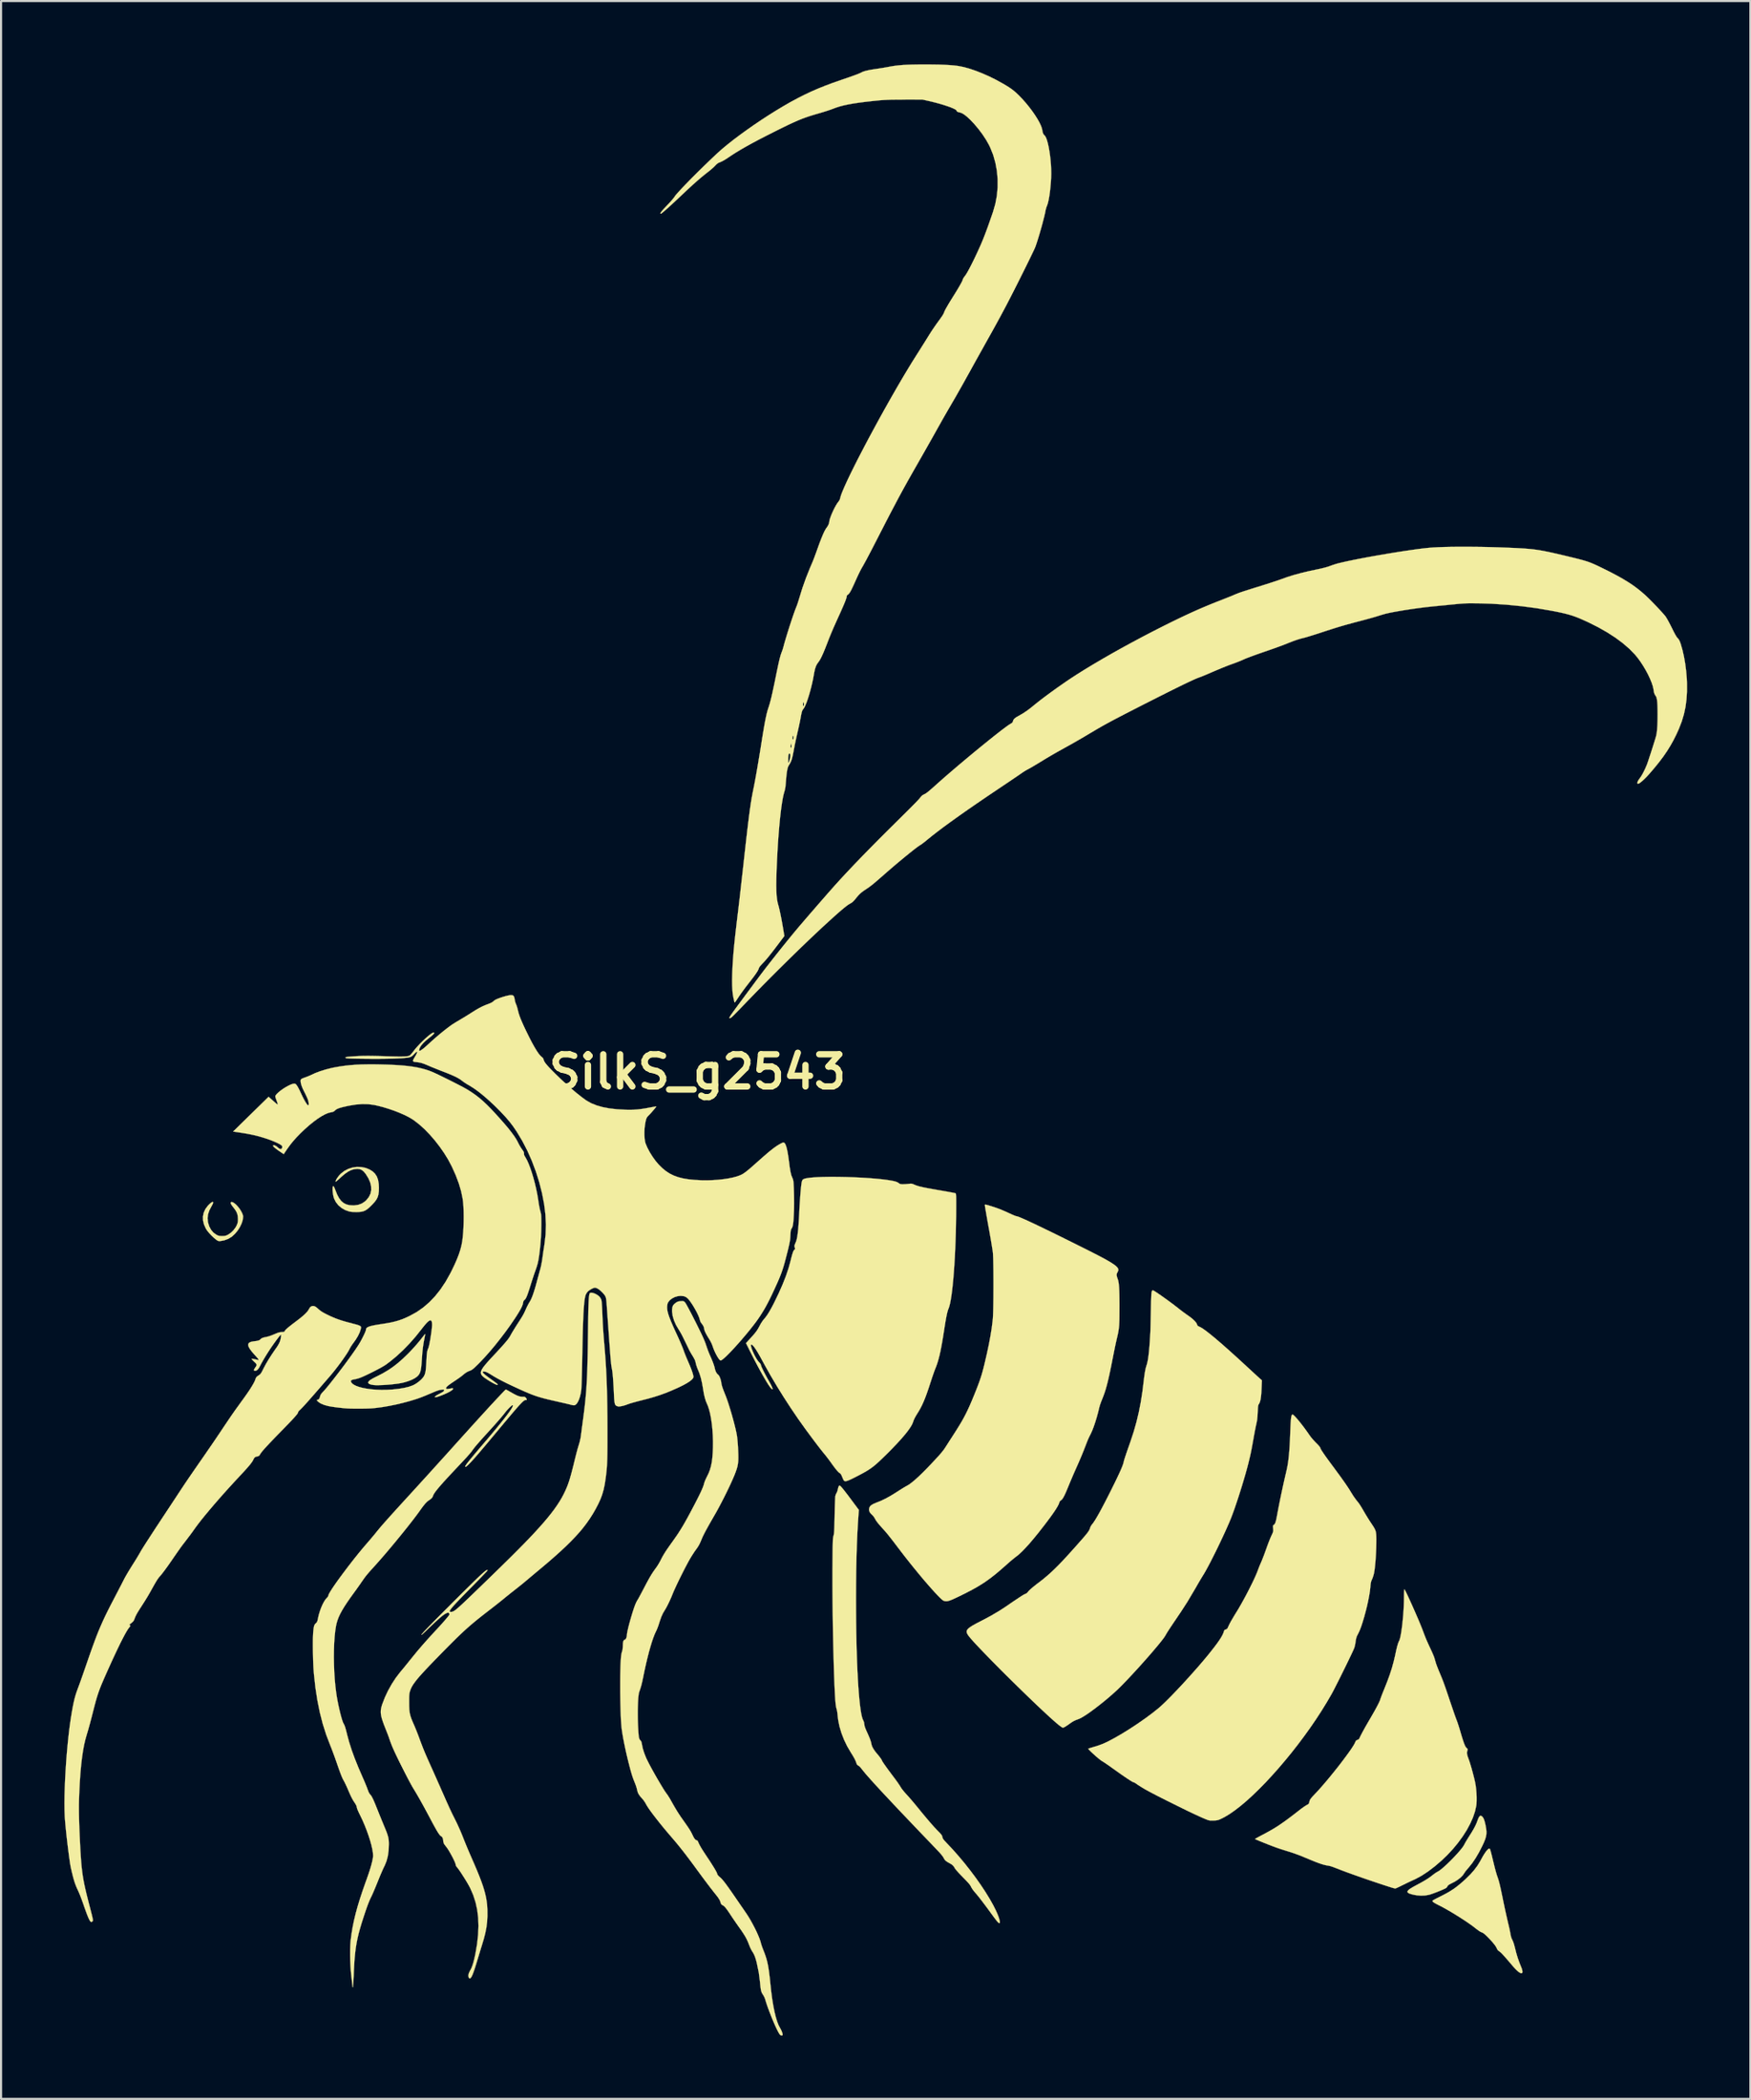
<source format=kicad_pcb>
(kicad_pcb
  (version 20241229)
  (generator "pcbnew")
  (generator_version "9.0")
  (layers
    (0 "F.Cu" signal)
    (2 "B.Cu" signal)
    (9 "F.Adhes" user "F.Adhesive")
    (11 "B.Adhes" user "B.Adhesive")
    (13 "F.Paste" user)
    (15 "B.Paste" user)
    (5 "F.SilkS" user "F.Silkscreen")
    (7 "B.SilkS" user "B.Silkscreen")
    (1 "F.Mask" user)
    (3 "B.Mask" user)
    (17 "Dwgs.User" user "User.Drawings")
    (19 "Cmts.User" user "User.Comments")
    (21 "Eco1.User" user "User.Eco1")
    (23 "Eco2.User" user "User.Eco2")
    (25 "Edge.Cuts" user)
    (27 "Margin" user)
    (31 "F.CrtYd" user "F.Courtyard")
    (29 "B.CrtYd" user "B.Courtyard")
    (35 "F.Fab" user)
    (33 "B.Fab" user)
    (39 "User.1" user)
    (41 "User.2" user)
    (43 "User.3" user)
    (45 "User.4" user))
  (footprint "F.SilkS_g2543"
    (layer "F.Cu")
    (at 28.978 47.736)
    (property "Reference" "F.SilkS_g2543" (at 0 0 0) (layer "F.SilkS") (effects (font (size 1.524 1.524) (thickness 0.3))))
    (attr through_hole)
    (fp_poly (pts (xy -11.888 12.45) (xy -11.896 12.504) (xy -11.911 12.58) (xy -11.918 12.615) (xy -11.96 12.832) (xy -11.995 13.065) (xy -12.022 13.325) (xy -12.043 13.618) (xy -12.044 13.631) (xy -12.057 13.824) (xy -12.072 13.98) (xy -12.091 14.104) (xy -12.115 14.204) (xy -12.147 14.283) (xy -12.186 14.349) (xy -12.237 14.406) (xy -12.28 14.446) (xy -12.387 14.519) (xy -12.528 14.59) (xy -12.694 14.655) (xy -12.876 14.71) (xy -13.007 14.74) (xy -13.15 14.766) (xy -13.319 14.788) (xy -13.502 14.808) (xy -13.692 14.824) (xy -13.878 14.836) (xy -14.051 14.842) (xy -14.202 14.843) (xy -14.321 14.837) (xy -14.325 14.836) (xy -14.435 14.818) (xy -14.519 14.791) (xy -14.57 14.756) (xy -14.584 14.724) (xy -14.574 14.685) (xy -14.541 14.643) (xy -14.482 14.595) (xy -14.393 14.54) (xy -14.27 14.475) (xy -14.153 14.417) (xy -13.89 14.281) (xy -13.646 14.137) (xy -13.415 13.981) (xy -13.188 13.805) (xy -12.958 13.604) (xy -12.715 13.372) (xy -12.689 13.346) (xy -12.57 13.223) (xy -12.441 13.083) (xy -12.309 12.935) (xy -12.182 12.786) (xy -12.067 12.644) (xy -11.97 12.52) (xy -11.927 12.461) (xy -11.901 12.431) (xy -11.888 12.426) (xy -11.888 12.45)) (stroke (width 0.01) (type solid)) (fill yes) (layer "F.SilkS"))
    (fp_poly (pts (xy -21.93 6.193) (xy -21.949 6.255) (xy -21.996 6.347) (xy -22.015 6.379) (xy -22.113 6.569) (xy -22.173 6.75) (xy -22.194 6.927) (xy -22.179 7.105) (xy -22.175 7.127) (xy -22.117 7.317) (xy -22.031 7.48) (xy -21.918 7.614) (xy -21.779 7.715) (xy -21.778 7.716) (xy -21.709 7.75) (xy -21.649 7.769) (xy -21.578 7.777) (xy -21.505 7.778) (xy -21.41 7.775) (xy -21.339 7.763) (xy -21.272 7.738) (xy -21.232 7.718) (xy -21.095 7.627) (xy -20.969 7.506) (xy -20.865 7.367) (xy -20.822 7.287) (xy -20.787 7.208) (xy -20.767 7.142) (xy -20.757 7.072) (xy -20.755 6.979) (xy -20.755 6.964) (xy -20.764 6.824) (xy -20.795 6.7) (xy -20.853 6.582) (xy -20.942 6.456) (xy -20.959 6.435) (xy -21.031 6.343) (xy -21.075 6.275) (xy -21.096 6.226) (xy -21.095 6.19) (xy -21.094 6.187) (xy -21.07 6.165) (xy -21.025 6.169) (xy -20.947 6.206) (xy -20.861 6.274) (xy -20.773 6.365) (xy -20.688 6.471) (xy -20.614 6.584) (xy -20.556 6.695) (xy -20.519 6.796) (xy -20.511 6.861) (xy -20.529 7.016) (xy -20.581 7.181) (xy -20.662 7.35) (xy -20.766 7.513) (xy -20.891 7.664) (xy -21.03 7.794) (xy -21.056 7.815) (xy -21.216 7.911) (xy -21.399 7.979) (xy -21.577 8.013) (xy -21.641 8.017) (xy -21.688 8.009) (xy -21.736 7.985) (xy -21.791 7.946) (xy -21.9 7.857) (xy -22.012 7.75) (xy -22.118 7.637) (xy -22.208 7.527) (xy -22.272 7.43) (xy -22.273 7.428) (xy -22.361 7.233) (xy -22.408 7.041) (xy -22.413 6.854) (xy -22.376 6.674) (xy -22.299 6.503) (xy -22.181 6.342) (xy -22.109 6.268) (xy -22.028 6.198) (xy -21.971 6.164) (xy -21.938 6.162) (xy -21.93 6.193)) (stroke (width 0.01) (type solid)) (fill yes) (layer "F.SilkS"))
    (fp_poly (pts (xy -14.905 4.509) (xy -14.697 4.553) (xy -14.521 4.625) (xy -14.375 4.715) (xy -14.261 4.825) (xy -14.175 4.957) (xy -14.117 5.116) (xy -14.085 5.304) (xy -14.076 5.493) (xy -14.081 5.667) (xy -14.1 5.81) (xy -14.136 5.933) (xy -14.193 6.046) (xy -14.277 6.16) (xy -14.391 6.285) (xy -14.415 6.309) (xy -14.531 6.422) (xy -14.631 6.506) (xy -14.722 6.565) (xy -14.815 6.604) (xy -14.917 6.627) (xy -15.038 6.638) (xy -15.113 6.64) (xy -15.271 6.639) (xy -15.401 6.628) (xy -15.477 6.615) (xy -15.672 6.547) (xy -15.846 6.447) (xy -15.995 6.321) (xy -16.114 6.171) (xy -16.199 6.002) (xy -16.203 5.989) (xy -16.228 5.903) (xy -16.248 5.807) (xy -16.261 5.707) (xy -16.269 5.612) (xy -16.27 5.528) (xy -16.264 5.462) (xy -16.251 5.421) (xy -16.232 5.414) (xy -16.225 5.418) (xy -16.206 5.447) (xy -16.178 5.506) (xy -16.147 5.582) (xy -16.139 5.604) (xy -16.055 5.813) (xy -15.964 5.982) (xy -15.864 6.114) (xy -15.751 6.211) (xy -15.622 6.278) (xy -15.473 6.315) (xy -15.302 6.327) (xy -15.243 6.325) (xy -15.054 6.299) (xy -14.885 6.237) (xy -14.735 6.137) (xy -14.67 6.076) (xy -14.553 5.929) (xy -14.476 5.771) (xy -14.44 5.602) (xy -14.445 5.423) (xy -14.49 5.235) (xy -14.575 5.039) (xy -14.701 4.836) (xy -14.704 4.832) (xy -14.796 4.72) (xy -14.89 4.646) (xy -14.993 4.605) (xy -15.104 4.594) (xy -15.249 4.609) (xy -15.394 4.653) (xy -15.543 4.729) (xy -15.699 4.838) (xy -15.868 4.984) (xy -15.9 5.014) (xy -15.977 5.086) (xy -16.044 5.143) (xy -16.093 5.183) (xy -16.121 5.199) (xy -16.124 5.198) (xy -16.125 5.169) (xy -16.104 5.116) (xy -16.064 5.047) (xy -16.011 4.971) (xy -15.95 4.895) (xy -15.888 4.83) (xy -15.72 4.697) (xy -15.531 4.597) (xy -15.328 4.532) (xy -15.118 4.502) (xy -14.905 4.509)) (stroke (width 0.01) (type solid)) (fill yes) (layer "F.SilkS"))
    (fp_poly (pts (xy 38.177 35.268) (xy 38.201 35.29) (xy 38.241 35.343) (xy 38.276 35.414) (xy 38.307 35.509) (xy 38.339 35.635) (xy 38.353 35.703) (xy 38.38 35.857) (xy 38.394 35.99) (xy 38.391 36.113) (xy 38.371 36.233) (xy 38.333 36.362) (xy 38.274 36.508) (xy 38.198 36.671) (xy 38.042 36.977) (xy 37.885 37.245) (xy 37.726 37.481) (xy 37.56 37.689) (xy 37.511 37.745) (xy 37.447 37.82) (xy 37.389 37.894) (xy 37.349 37.954) (xy 37.34 37.968) (xy 37.274 38.065) (xy 37.173 38.168) (xy 37.046 38.269) (xy 36.899 38.364) (xy 36.74 38.446) (xy 36.737 38.448) (xy 36.637 38.499) (xy 36.577 38.542) (xy 36.557 38.57) (xy 36.526 38.622) (xy 36.495 38.658) (xy 36.457 38.682) (xy 36.387 38.716) (xy 36.292 38.758) (xy 36.181 38.805) (xy 36.061 38.853) (xy 35.941 38.899) (xy 35.827 38.94) (xy 35.729 38.973) (xy 35.668 38.99) (xy 35.493 39.021) (xy 35.297 39.029) (xy 35.096 39.014) (xy 34.953 38.989) (xy 34.825 38.956) (xy 34.731 38.924) (xy 34.673 38.889) (xy 34.65 38.85) (xy 34.664 38.805) (xy 34.714 38.751) (xy 34.802 38.688) (xy 34.928 38.613) (xy 35.092 38.524) (xy 35.288 38.418) (xy 35.452 38.325) (xy 35.593 38.238) (xy 35.716 38.154) (xy 35.83 38.068) (xy 35.856 38.047) (xy 35.936 37.987) (xy 36.018 37.932) (xy 36.086 37.892) (xy 36.094 37.889) (xy 36.165 37.846) (xy 36.258 37.775) (xy 36.368 37.682) (xy 36.491 37.57) (xy 36.621 37.446) (xy 36.754 37.314) (xy 36.885 37.178) (xy 37.008 37.044) (xy 37.12 36.917) (xy 37.215 36.802) (xy 37.289 36.703) (xy 37.336 36.626) (xy 37.339 36.621) (xy 37.375 36.552) (xy 37.428 36.459) (xy 37.492 36.353) (xy 37.559 36.245) (xy 37.572 36.225) (xy 37.691 36.037) (xy 37.786 35.876) (xy 37.861 35.735) (xy 37.92 35.608) (xy 37.963 35.496) (xy 38.008 35.375) (xy 38.05 35.294) (xy 38.09 35.251) (xy 38.132 35.243) (xy 38.177 35.268)) (stroke (width 0.01) (type solid)) (fill yes) (layer "F.SilkS"))
    (fp_poly (pts (xy 38.565 36.828) (xy 38.565 36.829) (xy 38.576 36.861) (xy 38.595 36.928) (xy 38.621 37.024) (xy 38.651 37.142) (xy 38.684 37.278) (xy 38.712 37.396) (xy 38.75 37.549) (xy 38.787 37.698) (xy 38.823 37.835) (xy 38.856 37.952) (xy 38.882 38.04) (xy 38.895 38.079) (xy 38.924 38.161) (xy 38.95 38.239) (xy 38.975 38.32) (xy 38.999 38.408) (xy 39.024 38.509) (xy 39.052 38.628) (xy 39.083 38.77) (xy 39.119 38.942) (xy 39.162 39.147) (xy 39.179 39.233) (xy 39.219 39.424) (xy 39.261 39.622) (xy 39.303 39.816) (xy 39.344 40) (xy 39.381 40.163) (xy 39.412 40.297) (xy 39.423 40.343) (xy 39.455 40.476) (xy 39.484 40.604) (xy 39.508 40.718) (xy 39.525 40.808) (xy 39.533 40.861) (xy 39.57 41.018) (xy 39.615 41.116) (xy 39.657 41.209) (xy 39.699 41.331) (xy 39.736 41.469) (xy 39.741 41.487) (xy 39.804 41.738) (xy 39.876 41.978) (xy 39.953 42.197) (xy 40.017 42.355) (xy 40.069 42.485) (xy 40.096 42.586) (xy 40.1 42.658) (xy 40.08 42.698) (xy 40.037 42.706) (xy 39.972 42.679) (xy 39.903 42.631) (xy 39.845 42.579) (xy 39.77 42.505) (xy 39.69 42.42) (xy 39.63 42.351) (xy 39.488 42.184) (xy 39.37 42.047) (xy 39.274 41.936) (xy 39.196 41.849) (xy 39.134 41.782) (xy 39.084 41.733) (xy 39.046 41.699) (xy 39.014 41.676) (xy 39.003 41.669) (xy 38.932 41.613) (xy 38.894 41.545) (xy 38.852 41.459) (xy 38.778 41.352) (xy 38.672 41.223) (xy 38.532 41.071) (xy 38.47 41.008) (xy 38.374 40.913) (xy 38.3 40.846) (xy 38.242 40.802) (xy 38.194 40.776) (xy 38.174 40.769) (xy 38.116 40.744) (xy 38.036 40.694) (xy 37.941 40.625) (xy 37.888 40.584) (xy 37.749 40.476) (xy 37.579 40.354) (xy 37.386 40.223) (xy 37.178 40.087) (xy 36.962 39.951) (xy 36.746 39.819) (xy 36.538 39.698) (xy 36.344 39.59) (xy 36.173 39.501) (xy 36.161 39.495) (xy 36.063 39.445) (xy 35.975 39.398) (xy 35.908 39.357) (xy 35.869 39.329) (xy 35.865 39.326) (xy 35.838 39.293) (xy 35.841 39.272) (xy 35.867 39.25) (xy 35.899 39.23) (xy 35.962 39.196) (xy 36.049 39.15) (xy 36.154 39.097) (xy 36.259 39.044) (xy 36.467 38.937) (xy 36.649 38.834) (xy 36.814 38.729) (xy 36.973 38.615) (xy 37.134 38.486) (xy 37.308 38.335) (xy 37.417 38.235) (xy 37.633 38.023) (xy 37.815 37.816) (xy 37.97 37.608) (xy 38.104 37.389) (xy 38.143 37.316) (xy 38.234 37.151) (xy 38.32 37.014) (xy 38.398 36.907) (xy 38.466 36.835) (xy 38.503 36.808) (xy 38.539 36.8) (xy 38.565 36.828)) (stroke (width 0.01) (type solid)) (fill yes) (layer "F.SilkS"))
    (fp_poly (pts (xy 7.77 19.61) (xy 7.804 19.64) (xy 7.853 19.693) (xy 7.919 19.771) (xy 8.002 19.877) (xy 8.106 20.011) (xy 8.232 20.178) (xy 8.282 20.246) (xy 8.661 20.754) (xy 8.648 20.923) (xy 8.616 21.399) (xy 8.588 21.903) (xy 8.566 22.438) (xy 8.549 23.006) (xy 8.536 23.61) (xy 8.529 24.25) (xy 8.526 24.931) (xy 8.526 24.998) (xy 8.528 25.542) (xy 8.532 26.068) (xy 8.539 26.574) (xy 8.549 27.059) (xy 8.561 27.522) (xy 8.576 27.96) (xy 8.594 28.372) (xy 8.613 28.757) (xy 8.635 29.113) (xy 8.659 29.439) (xy 8.685 29.732) (xy 8.713 29.993) (xy 8.743 30.218) (xy 8.774 30.406) (xy 8.807 30.557) (xy 8.842 30.668) (xy 8.869 30.724) (xy 8.906 30.815) (xy 8.92 30.909) (xy 8.928 30.97) (xy 8.947 31.041) (xy 8.98 31.13) (xy 9.03 31.246) (xy 9.053 31.295) (xy 9.124 31.454) (xy 9.178 31.583) (xy 9.217 31.691) (xy 9.244 31.785) (xy 9.261 31.871) (xy 9.287 31.955) (xy 9.341 32.059) (xy 9.416 32.174) (xy 9.51 32.292) (xy 9.53 32.315) (xy 9.593 32.39) (xy 9.654 32.468) (xy 9.706 32.54) (xy 9.742 32.597) (xy 9.758 32.632) (xy 9.758 32.634) (xy 9.77 32.661) (xy 9.806 32.718) (xy 9.862 32.8) (xy 9.936 32.905) (xy 10.024 33.028) (xy 10.126 33.165) (xy 10.236 33.314) (xy 10.313 33.415) (xy 10.397 33.528) (xy 10.477 33.638) (xy 10.546 33.738) (xy 10.601 33.82) (xy 10.635 33.876) (xy 10.636 33.878) (xy 10.674 33.939) (xy 10.735 34.02) (xy 10.811 34.114) (xy 10.896 34.21) (xy 10.918 34.234) (xy 11.001 34.326) (xy 11.102 34.441) (xy 11.213 34.57) (xy 11.324 34.703) (xy 11.429 34.83) (xy 11.437 34.84) (xy 11.666 35.12) (xy 11.871 35.367) (xy 12.053 35.579) (xy 12.21 35.758) (xy 12.344 35.902) (xy 12.421 35.98) (xy 12.501 36.061) (xy 12.554 36.121) (xy 12.588 36.168) (xy 12.608 36.211) (xy 12.618 36.252) (xy 12.63 36.297) (xy 12.651 36.34) (xy 12.687 36.39) (xy 12.743 36.454) (xy 12.824 36.539) (xy 12.825 36.54) (xy 13.108 36.841) (xy 13.39 37.16) (xy 13.668 37.492) (xy 13.936 37.832) (xy 14.193 38.175) (xy 14.434 38.517) (xy 14.656 38.851) (xy 14.854 39.174) (xy 15.026 39.48) (xy 15.146 39.719) (xy 15.215 39.871) (xy 15.27 40.007) (xy 15.309 40.123) (xy 15.334 40.216) (xy 15.342 40.284) (xy 15.335 40.324) (xy 15.311 40.332) (xy 15.27 40.307) (xy 15.238 40.276) (xy 15.201 40.232) (xy 15.146 40.162) (xy 15.081 40.077) (xy 15.014 39.986) (xy 15.012 39.984) (xy 14.849 39.76) (xy 14.697 39.554) (xy 14.557 39.368) (xy 14.432 39.204) (xy 14.324 39.067) (xy 14.236 38.959) (xy 14.173 38.887) (xy 14.098 38.797) (xy 14.032 38.706) (xy 13.985 38.626) (xy 13.98 38.615) (xy 13.955 38.567) (xy 13.92 38.514) (xy 13.87 38.452) (xy 13.802 38.376) (xy 13.711 38.28) (xy 13.594 38.161) (xy 13.494 38.058) (xy 13.401 37.96) (xy 13.321 37.871) (xy 13.259 37.799) (xy 13.22 37.748) (xy 13.213 37.736) (xy 13.162 37.652) (xy 13.106 37.588) (xy 13.033 37.534) (xy 12.947 37.485) (xy 12.845 37.427) (xy 12.773 37.375) (xy 12.723 37.318) (xy 12.684 37.25) (xy 12.679 37.239) (xy 12.649 37.189) (xy 12.596 37.118) (xy 12.528 37.036) (xy 12.453 36.953) (xy 12.392 36.889) (xy 12.306 36.799) (xy 12.202 36.69) (xy 12.085 36.567) (xy 11.959 36.436) (xy 11.83 36.302) (xy 11.769 36.238) (xy 11.37 35.821) (xy 11 35.433) (xy 10.66 35.075) (xy 10.349 34.746) (xy 10.067 34.446) (xy 9.813 34.174) (xy 9.588 33.931) (xy 9.39 33.715) (xy 9.22 33.527) (xy 9.077 33.366) (xy 8.962 33.232) (xy 8.873 33.124) (xy 8.818 33.054) (xy 8.746 32.964) (xy 8.683 32.899) (xy 8.635 32.865) (xy 8.633 32.864) (xy 8.586 32.834) (xy 8.556 32.78) (xy 8.549 32.756) (xy 8.512 32.654) (xy 8.451 32.527) (xy 8.363 32.374) (xy 8.278 32.239) (xy 8.107 31.946) (xy 7.959 31.639) (xy 7.837 31.323) (xy 7.743 31.009) (xy 7.682 30.703) (xy 7.661 30.526) (xy 7.65 30.417) (xy 7.637 30.317) (xy 7.622 30.238) (xy 7.609 30.191) (xy 7.594 30.138) (xy 7.578 30.057) (xy 7.564 29.96) (xy 7.558 29.902) (xy 7.545 29.753) (xy 7.533 29.565) (xy 7.521 29.34) (xy 7.509 29.084) (xy 7.498 28.798) (xy 7.486 28.487) (xy 7.476 28.153) (xy 7.466 27.8) (xy 7.456 27.43) (xy 7.447 27.048) (xy 7.439 26.657) (xy 7.432 26.26) (xy 7.426 25.86) (xy 7.421 25.46) (xy 7.417 25.064) (xy 7.414 24.676) (xy 7.412 24.297) (xy 7.412 23.933) (xy 7.412 23.585) (xy 7.414 23.389) (xy 7.416 23.119) (xy 7.418 22.888) (xy 7.42 22.692) (xy 7.422 22.529) (xy 7.425 22.395) (xy 7.428 22.286) (xy 7.431 22.199) (xy 7.435 22.132) (xy 7.44 22.08) (xy 7.446 22.04) (xy 7.452 22.009) (xy 7.46 21.983) (xy 7.46 21.982) (xy 7.47 21.949) (xy 7.478 21.909) (xy 7.485 21.857) (xy 7.491 21.789) (xy 7.496 21.7) (xy 7.501 21.586) (xy 7.505 21.443) (xy 7.509 21.267) (xy 7.514 21.053) (xy 7.514 21.029) (xy 7.519 20.84) (xy 7.523 20.662) (xy 7.528 20.499) (xy 7.533 20.357) (xy 7.538 20.24) (xy 7.542 20.154) (xy 7.546 20.104) (xy 7.547 20.098) (xy 7.568 20.028) (xy 7.597 19.967) (xy 7.602 19.96) (xy 7.627 19.91) (xy 7.652 19.837) (xy 7.665 19.78) (xy 7.689 19.682) (xy 7.714 19.623) (xy 7.743 19.601) (xy 7.748 19.6) (xy 7.77 19.61)) (stroke (width 0.01) (type solid)) (fill yes) (layer "F.SilkS"))
    (fp_poly (pts (xy 34.525 24.538) (xy 34.555 24.594) (xy 34.598 24.681) (xy 34.652 24.792) (xy 34.714 24.926) (xy 34.783 25.076) (xy 34.856 25.238) (xy 34.932 25.409) (xy 35.009 25.583) (xy 35.084 25.757) (xy 35.157 25.925) (xy 35.224 26.083) (xy 35.283 26.228) (xy 35.334 26.354) (xy 35.366 26.437) (xy 35.429 26.603) (xy 35.481 26.739) (xy 35.529 26.858) (xy 35.577 26.97) (xy 35.629 27.086) (xy 35.689 27.218) (xy 35.74 27.326) (xy 35.794 27.443) (xy 35.844 27.555) (xy 35.886 27.653) (xy 35.915 27.728) (xy 35.926 27.76) (xy 35.95 27.843) (xy 35.978 27.939) (xy 35.993 27.993) (xy 36.014 28.057) (xy 36.048 28.149) (xy 36.091 28.26) (xy 36.139 28.38) (xy 36.168 28.448) (xy 36.218 28.568) (xy 36.262 28.675) (xy 36.303 28.775) (xy 36.341 28.874) (xy 36.379 28.976) (xy 36.419 29.087) (xy 36.464 29.214) (xy 36.514 29.361) (xy 36.573 29.535) (xy 36.642 29.74) (xy 36.681 29.856) (xy 36.74 30.03) (xy 36.797 30.197) (xy 36.85 30.351) (xy 36.897 30.487) (xy 36.937 30.598) (xy 36.967 30.679) (xy 36.984 30.723) (xy 37.007 30.783) (xy 37.038 30.874) (xy 37.076 30.99) (xy 37.117 31.121) (xy 37.158 31.259) (xy 37.167 31.29) (xy 37.225 31.486) (xy 37.275 31.645) (xy 37.317 31.771) (xy 37.354 31.869) (xy 37.387 31.942) (xy 37.418 31.994) (xy 37.448 32.03) (xy 37.458 32.04) (xy 37.493 32.071) (xy 37.504 32.1) (xy 37.496 32.143) (xy 37.487 32.172) (xy 37.473 32.227) (xy 37.471 32.284) (xy 37.482 32.351) (xy 37.507 32.439) (xy 37.548 32.554) (xy 37.56 32.585) (xy 37.593 32.681) (xy 37.633 32.81) (xy 37.678 32.961) (xy 37.724 33.126) (xy 37.769 33.296) (xy 37.811 33.461) (xy 37.847 33.613) (xy 37.858 33.666) (xy 37.885 33.815) (xy 37.906 33.988) (xy 37.921 34.172) (xy 37.929 34.357) (xy 37.929 34.53) (xy 37.922 34.681) (xy 37.912 34.768) (xy 37.852 35.039) (xy 37.756 35.324) (xy 37.625 35.618) (xy 37.463 35.919) (xy 37.27 36.221) (xy 37.051 36.522) (xy 36.807 36.818) (xy 36.54 37.105) (xy 36.274 37.361) (xy 35.948 37.641) (xy 35.632 37.881) (xy 35.327 38.082) (xy 35.032 38.242) (xy 34.935 38.286) (xy 34.848 38.326) (xy 34.735 38.379) (xy 34.608 38.44) (xy 34.48 38.503) (xy 34.422 38.531) (xy 34.314 38.585) (xy 34.218 38.63) (xy 34.142 38.665) (xy 34.091 38.686) (xy 34.073 38.691) (xy 34.039 38.684) (xy 33.98 38.669) (xy 33.941 38.658) (xy 33.763 38.602) (xy 33.555 38.535) (xy 33.324 38.459) (xy 33.078 38.376) (xy 32.822 38.289) (xy 32.564 38.2) (xy 32.31 38.111) (xy 32.067 38.025) (xy 31.843 37.944) (xy 31.644 37.87) (xy 31.477 37.807) (xy 31.443 37.794) (xy 31.297 37.737) (xy 31.184 37.693) (xy 31.095 37.661) (xy 31.026 37.638) (xy 30.968 37.622) (xy 30.915 37.611) (xy 30.861 37.602) (xy 30.85 37.601) (xy 30.781 37.587) (xy 30.688 37.564) (xy 30.589 37.535) (xy 30.559 37.525) (xy 30.5 37.505) (xy 30.441 37.484) (xy 30.379 37.461) (xy 30.307 37.434) (xy 30.221 37.399) (xy 30.116 37.357) (xy 29.987 37.303) (xy 29.828 37.237) (xy 29.676 37.173) (xy 29.541 37.119) (xy 29.382 37.061) (xy 29.217 37.003) (xy 29.063 36.952) (xy 29.02 36.939) (xy 28.887 36.898) (xy 28.751 36.855) (xy 28.625 36.815) (xy 28.521 36.78) (xy 28.48 36.766) (xy 28.389 36.733) (xy 28.279 36.692) (xy 28.157 36.645) (xy 28.027 36.595) (xy 27.897 36.543) (xy 27.772 36.493) (xy 27.658 36.446) (xy 27.562 36.406) (xy 27.488 36.374) (xy 27.443 36.353) (xy 27.432 36.345) (xy 27.45 36.332) (xy 27.5 36.303) (xy 27.576 36.26) (xy 27.674 36.207) (xy 27.786 36.147) (xy 27.816 36.132) (xy 27.993 36.037) (xy 28.155 35.947) (xy 28.308 35.858) (xy 28.457 35.766) (xy 28.607 35.668) (xy 28.764 35.559) (xy 28.933 35.438) (xy 29.118 35.299) (xy 29.326 35.14) (xy 29.538 34.975) (xy 29.632 34.903) (xy 29.725 34.837) (xy 29.806 34.782) (xy 29.866 34.746) (xy 29.872 34.742) (xy 29.931 34.709) (xy 29.972 34.679) (xy 29.983 34.665) (xy 29.993 34.63) (xy 30.008 34.572) (xy 30.015 34.546) (xy 30.03 34.504) (xy 30.055 34.458) (xy 30.097 34.403) (xy 30.158 34.332) (xy 30.244 34.241) (xy 30.282 34.2) (xy 30.412 34.062) (xy 30.553 33.904) (xy 30.703 33.732) (xy 30.859 33.548) (xy 31.017 33.356) (xy 31.176 33.16) (xy 31.333 32.963) (xy 31.485 32.768) (xy 31.628 32.58) (xy 31.761 32.401) (xy 31.881 32.236) (xy 31.985 32.087) (xy 32.069 31.958) (xy 32.133 31.853) (xy 32.172 31.775) (xy 32.179 31.757) (xy 32.207 31.697) (xy 32.251 31.663) (xy 32.279 31.652) (xy 32.331 31.629) (xy 32.363 31.603) (xy 32.365 31.599) (xy 32.437 31.447) (xy 32.532 31.265) (xy 32.649 31.053) (xy 32.79 30.807) (xy 32.821 30.755) (xy 32.959 30.517) (xy 33.076 30.312) (xy 33.172 30.138) (xy 33.249 29.993) (xy 33.307 29.876) (xy 33.348 29.783) (xy 33.371 29.716) (xy 33.39 29.659) (xy 33.423 29.571) (xy 33.464 29.463) (xy 33.512 29.343) (xy 33.553 29.243) (xy 33.694 28.889) (xy 33.814 28.561) (xy 33.915 28.249) (xy 33.999 27.944) (xy 34.071 27.639) (xy 34.09 27.548) (xy 34.127 27.377) (xy 34.164 27.225) (xy 34.201 27.099) (xy 34.235 27.005) (xy 34.26 26.956) (xy 34.285 26.896) (xy 34.311 26.798) (xy 34.338 26.669) (xy 34.364 26.513) (xy 34.389 26.335) (xy 34.413 26.14) (xy 34.434 25.934) (xy 34.453 25.721) (xy 34.468 25.507) (xy 34.479 25.297) (xy 34.486 25.096) (xy 34.488 24.939) (xy 34.49 24.79) (xy 34.492 24.669) (xy 34.497 24.582) (xy 34.503 24.53) (xy 34.509 24.517) (xy 34.525 24.538)) (stroke (width 0.01) (type solid)) (fill yes) (layer "F.SilkS"))
    (fp_poly (pts (xy 7.764 4.977) (xy 8.064 4.983) (xy 8.367 4.993) (xy 8.67 5.006) (xy 8.967 5.023) (xy 9.255 5.043) (xy 9.527 5.066) (xy 9.779 5.092) (xy 9.948 5.113) (xy 10.129 5.14) (xy 10.273 5.166) (xy 10.384 5.192) (xy 10.467 5.221) (xy 10.527 5.253) (xy 10.546 5.267) (xy 10.589 5.299) (xy 10.635 5.316) (xy 10.698 5.322) (xy 10.751 5.323) (xy 10.854 5.32) (xy 10.966 5.311) (xy 11.029 5.305) (xy 11.11 5.296) (xy 11.169 5.299) (xy 11.225 5.315) (xy 11.283 5.341) (xy 11.347 5.368) (xy 11.42 5.394) (xy 11.507 5.42) (xy 11.612 5.446) (xy 11.741 5.475) (xy 11.896 5.506) (xy 12.084 5.54) (xy 12.308 5.58) (xy 12.355 5.589) (xy 12.57 5.626) (xy 12.748 5.657) (xy 12.891 5.682) (xy 13.004 5.703) (xy 13.09 5.719) (xy 13.154 5.731) (xy 13.2 5.741) (xy 13.23 5.748) (xy 13.234 5.75) (xy 13.245 5.755) (xy 13.254 5.769) (xy 13.26 5.794) (xy 13.265 5.837) (xy 13.268 5.901) (xy 13.27 5.99) (xy 13.271 6.11) (xy 13.271 6.266) (xy 13.271 6.378) (xy 13.269 6.795) (xy 13.263 7.21) (xy 13.254 7.62) (xy 13.241 8.022) (xy 13.225 8.412) (xy 13.207 8.79) (xy 13.185 9.151) (xy 13.161 9.493) (xy 13.135 9.814) (xy 13.106 10.111) (xy 13.076 10.38) (xy 13.044 10.62) (xy 13.01 10.828) (xy 12.975 11) (xy 12.939 11.134) (xy 12.915 11.201) (xy 12.89 11.265) (xy 12.866 11.341) (xy 12.842 11.433) (xy 12.818 11.546) (xy 12.791 11.682) (xy 12.762 11.848) (xy 12.73 12.046) (xy 12.693 12.282) (xy 12.69 12.304) (xy 12.635 12.646) (xy 12.582 12.95) (xy 12.53 13.217) (xy 12.477 13.452) (xy 12.423 13.657) (xy 12.368 13.836) (xy 12.311 13.991) (xy 12.298 14.022) (xy 12.268 14.098) (xy 12.228 14.205) (xy 12.182 14.336) (xy 12.132 14.481) (xy 12.082 14.634) (xy 12.053 14.721) (xy 11.963 14.996) (xy 11.881 15.234) (xy 11.804 15.441) (xy 11.729 15.624) (xy 11.656 15.786) (xy 11.581 15.933) (xy 11.503 16.071) (xy 11.445 16.164) (xy 11.362 16.299) (xy 11.301 16.411) (xy 11.256 16.511) (xy 11.226 16.599) (xy 11.18 16.707) (xy 11.102 16.841) (xy 10.992 16.998) (xy 10.85 17.178) (xy 10.677 17.38) (xy 10.474 17.603) (xy 10.242 17.846) (xy 10.066 18.025) (xy 9.885 18.204) (xy 9.728 18.356) (xy 9.59 18.486) (xy 9.465 18.597) (xy 9.347 18.694) (xy 9.233 18.779) (xy 9.115 18.858) (xy 8.99 18.935) (xy 8.852 19.012) (xy 8.695 19.096) (xy 8.624 19.133) (xy 8.452 19.221) (xy 8.313 19.29) (xy 8.203 19.34) (xy 8.118 19.373) (xy 8.054 19.39) (xy 8.007 19.391) (xy 7.972 19.377) (xy 7.945 19.349) (xy 7.923 19.309) (xy 7.914 19.288) (xy 7.881 19.211) (xy 7.849 19.135) (xy 7.839 19.111) (xy 7.806 19.055) (xy 7.766 19.016) (xy 7.759 19.012) (xy 7.711 18.977) (xy 7.644 18.908) (xy 7.557 18.804) (xy 7.451 18.664) (xy 7.34 18.51) (xy 7.261 18.401) (xy 7.174 18.286) (xy 7.091 18.179) (xy 7.021 18.093) (xy 7.016 18.087) (xy 6.948 18.004) (xy 6.858 17.89) (xy 6.75 17.752) (xy 6.629 17.593) (xy 6.496 17.417) (xy 6.357 17.23) (xy 6.214 17.037) (xy 6.115 16.902) (xy 5.778 16.428) (xy 5.44 15.93) (xy 5.108 15.419) (xy 4.787 14.903) (xy 4.484 14.391) (xy 4.204 13.894) (xy 4.096 13.695) (xy 3.974 13.471) (xy 3.867 13.285) (xy 3.774 13.137) (xy 3.696 13.027) (xy 3.633 12.954) (xy 3.586 12.921) (xy 3.554 12.926) (xy 3.547 12.961) (xy 3.557 13.026) (xy 3.584 13.113) (xy 3.623 13.215) (xy 3.672 13.326) (xy 3.727 13.439) (xy 3.785 13.546) (xy 3.843 13.641) (xy 3.898 13.717) (xy 3.929 13.751) (xy 3.986 13.816) (xy 4.018 13.87) (xy 4.022 13.89) (xy 4.032 13.931) (xy 4.062 14.004) (xy 4.109 14.105) (xy 4.171 14.229) (xy 4.246 14.371) (xy 4.331 14.528) (xy 4.422 14.689) (xy 4.476 14.788) (xy 4.521 14.878) (xy 4.554 14.951) (xy 4.57 14.998) (xy 4.571 15.007) (xy 4.569 15.035) (xy 4.56 15.041) (xy 4.535 15.021) (xy 4.49 14.975) (xy 4.439 14.911) (xy 4.371 14.812) (xy 4.289 14.681) (xy 4.194 14.521) (xy 4.088 14.337) (xy 3.973 14.129) (xy 3.851 13.903) (xy 3.724 13.661) (xy 3.593 13.406) (xy 3.459 13.142) (xy 3.438 13.098) (xy 3.315 12.851) (xy 3.505 12.643) (xy 3.616 12.521) (xy 3.703 12.421) (xy 3.772 12.337) (xy 3.827 12.261) (xy 3.876 12.185) (xy 3.923 12.103) (xy 3.961 12.031) (xy 4.015 11.932) (xy 4.075 11.837) (xy 4.131 11.758) (xy 4.161 11.723) (xy 4.244 11.624) (xy 4.331 11.502) (xy 4.425 11.351) (xy 4.528 11.168) (xy 4.642 10.95) (xy 4.655 10.923) (xy 4.868 10.482) (xy 5.052 10.064) (xy 5.207 9.67) (xy 5.331 9.302) (xy 5.416 8.995) (xy 5.457 8.828) (xy 5.492 8.698) (xy 5.521 8.599) (xy 5.546 8.527) (xy 5.569 8.476) (xy 5.592 8.442) (xy 5.612 8.422) (xy 5.642 8.391) (xy 5.639 8.356) (xy 5.633 8.344) (xy 5.611 8.275) (xy 5.62 8.196) (xy 5.661 8.1) (xy 5.663 8.096) (xy 5.693 8.025) (xy 5.72 7.927) (xy 5.745 7.801) (xy 5.767 7.645) (xy 5.788 7.455) (xy 5.806 7.23) (xy 5.823 6.968) (xy 5.84 6.667) (xy 5.842 6.604) (xy 5.854 6.373) (xy 5.868 6.147) (xy 5.883 5.931) (xy 5.898 5.731) (xy 5.914 5.553) (xy 5.93 5.403) (xy 5.945 5.288) (xy 5.95 5.256) (xy 5.969 5.172) (xy 5.997 5.115) (xy 6.043 5.079) (xy 6.116 5.054) (xy 6.181 5.04) (xy 6.319 5.019) (xy 6.494 5.002) (xy 6.702 4.989) (xy 6.937 4.98) (xy 7.196 4.975) (xy 7.473 4.974) (xy 7.764 4.977)) (stroke (width 0.01) (type solid)) (fill yes) (layer "F.SilkS"))
    (fp_poly (pts (xy 14.7 6.296) (xy 14.766 6.313) (xy 14.863 6.342) (xy 14.922 6.36) (xy 15.076 6.409) (xy 15.212 6.456) (xy 15.343 6.505) (xy 15.478 6.561) (xy 15.63 6.627) (xy 15.805 6.707) (xy 15.907 6.754) (xy 15.998 6.793) (xy 16.069 6.821) (xy 16.113 6.836) (xy 16.121 6.837) (xy 16.165 6.846) (xy 16.243 6.873) (xy 16.356 6.919) (xy 16.504 6.984) (xy 16.688 7.067) (xy 16.907 7.169) (xy 17.162 7.291) (xy 17.453 7.431) (xy 17.781 7.59) (xy 18.146 7.769) (xy 18.547 7.968) (xy 18.764 8.075) (xy 19.068 8.227) (xy 19.337 8.361) (xy 19.574 8.48) (xy 19.78 8.585) (xy 19.96 8.677) (xy 20.116 8.758) (xy 20.251 8.83) (xy 20.367 8.894) (xy 20.467 8.951) (xy 20.555 9.002) (xy 20.633 9.051) (xy 20.704 9.097) (xy 20.715 9.104) (xy 20.829 9.187) (xy 20.905 9.261) (xy 20.946 9.328) (xy 20.954 9.394) (xy 20.931 9.463) (xy 20.913 9.493) (xy 20.88 9.563) (xy 20.874 9.638) (xy 20.895 9.731) (xy 20.912 9.778) (xy 20.935 9.842) (xy 20.954 9.915) (xy 20.969 9.999) (xy 20.981 10.099) (xy 20.991 10.219) (xy 20.998 10.363) (xy 21.003 10.535) (xy 21.006 10.739) (xy 21.008 10.979) (xy 21.008 11.123) (xy 21.007 11.36) (xy 21.006 11.56) (xy 21.004 11.729) (xy 20.999 11.873) (xy 20.993 11.998) (xy 20.983 12.109) (xy 20.97 12.212) (xy 20.953 12.314) (xy 20.933 12.419) (xy 20.907 12.534) (xy 20.881 12.644) (xy 20.858 12.746) (xy 20.828 12.881) (xy 20.794 13.039) (xy 20.759 13.212) (xy 20.723 13.39) (xy 20.69 13.557) (xy 20.626 13.882) (xy 20.567 14.169) (xy 20.512 14.422) (xy 20.46 14.645) (xy 20.41 14.842) (xy 20.361 15.018) (xy 20.312 15.176) (xy 20.261 15.32) (xy 20.209 15.455) (xy 20.191 15.499) (xy 20.146 15.61) (xy 20.105 15.722) (xy 20.072 15.823) (xy 20.054 15.891) (xy 19.996 16.128) (xy 19.932 16.363) (xy 19.863 16.589) (xy 19.792 16.799) (xy 19.721 16.985) (xy 19.652 17.139) (xy 19.622 17.198) (xy 19.573 17.295) (xy 19.522 17.407) (xy 19.478 17.512) (xy 19.477 17.515) (xy 19.387 17.747) (xy 19.308 17.949) (xy 19.235 18.129) (xy 19.165 18.297) (xy 19.094 18.463) (xy 19.018 18.636) (xy 18.97 18.743) (xy 18.898 18.906) (xy 18.819 19.085) (xy 18.741 19.269) (xy 18.667 19.443) (xy 18.605 19.594) (xy 18.597 19.612) (xy 18.519 19.801) (xy 18.453 19.955) (xy 18.396 20.075) (xy 18.347 20.166) (xy 18.305 20.232) (xy 18.266 20.276) (xy 18.234 20.299) (xy 18.178 20.352) (xy 18.159 20.398) (xy 18.132 20.478) (xy 18.075 20.587) (xy 17.99 20.728) (xy 17.876 20.898) (xy 17.733 21.099) (xy 17.561 21.33) (xy 17.417 21.518) (xy 17.177 21.825) (xy 16.954 22.099) (xy 16.75 22.34) (xy 16.563 22.546) (xy 16.397 22.719) (xy 16.25 22.856) (xy 16.14 22.945) (xy 16.045 23.018) (xy 15.934 23.108) (xy 15.822 23.202) (xy 15.739 23.275) (xy 15.492 23.494) (xy 15.269 23.686) (xy 15.062 23.856) (xy 14.865 24.007) (xy 14.673 24.145) (xy 14.479 24.273) (xy 14.278 24.396) (xy 14.062 24.517) (xy 13.827 24.641) (xy 13.573 24.769) (xy 13.387 24.86) (xy 13.233 24.933) (xy 13.109 24.99) (xy 13.008 25.031) (xy 12.926 25.059) (xy 12.859 25.075) (xy 12.802 25.08) (xy 12.751 25.076) (xy 12.7 25.065) (xy 12.686 25.061) (xy 12.64 25.034) (xy 12.57 24.976) (xy 12.479 24.889) (xy 12.369 24.776) (xy 12.241 24.64) (xy 12.099 24.482) (xy 11.945 24.306) (xy 11.779 24.115) (xy 11.606 23.909) (xy 11.427 23.693) (xy 11.243 23.468) (xy 11.058 23.237) (xy 10.873 23.003) (xy 10.691 22.768) (xy 10.513 22.535) (xy 10.471 22.479) (xy 10.362 22.336) (xy 10.254 22.195) (xy 10.149 22.061) (xy 10.054 21.941) (xy 9.972 21.841) (xy 9.91 21.768) (xy 9.896 21.752) (xy 9.771 21.615) (xy 9.672 21.503) (xy 9.595 21.413) (xy 9.536 21.339) (xy 9.491 21.278) (xy 9.456 21.224) (xy 9.431 21.177) (xy 9.387 21.103) (xy 9.336 21.035) (xy 9.305 21.002) (xy 9.221 20.92) (xy 9.17 20.847) (xy 9.147 20.775) (xy 9.144 20.735) (xy 9.155 20.655) (xy 9.191 20.585) (xy 9.257 20.524) (xy 9.355 20.466) (xy 9.49 20.409) (xy 9.537 20.392) (xy 9.722 20.317) (xy 9.93 20.216) (xy 10.156 20.092) (xy 10.391 19.948) (xy 10.483 19.889) (xy 10.597 19.816) (xy 10.71 19.745) (xy 10.814 19.682) (xy 10.898 19.633) (xy 10.938 19.612) (xy 11.046 19.547) (xy 11.177 19.449) (xy 11.332 19.32) (xy 11.508 19.16) (xy 11.704 18.97) (xy 11.919 18.752) (xy 12.152 18.507) (xy 12.159 18.5) (xy 12.3 18.348) (xy 12.416 18.222) (xy 12.51 18.116) (xy 12.586 18.027) (xy 12.649 17.948) (xy 12.703 17.876) (xy 12.751 17.805) (xy 12.774 17.769) (xy 12.809 17.715) (xy 12.862 17.632) (xy 12.929 17.527) (xy 13.006 17.407) (xy 13.089 17.28) (xy 13.134 17.209) (xy 13.286 16.971) (xy 13.417 16.76) (xy 13.532 16.568) (xy 13.634 16.386) (xy 13.728 16.207) (xy 13.818 16.023) (xy 13.908 15.826) (xy 14.002 15.608) (xy 14.104 15.362) (xy 14.148 15.254) (xy 14.239 15.027) (xy 14.315 14.829) (xy 14.38 14.652) (xy 14.436 14.487) (xy 14.486 14.327) (xy 14.533 14.16) (xy 14.58 13.98) (xy 14.624 13.801) (xy 14.731 13.341) (xy 14.822 12.912) (xy 14.896 12.516) (xy 14.955 12.154) (xy 14.996 11.829) (xy 15.011 11.684) (xy 15.017 11.584) (xy 15.023 11.449) (xy 15.028 11.284) (xy 15.032 11.093) (xy 15.035 10.882) (xy 15.038 10.656) (xy 15.039 10.418) (xy 15.04 10.175) (xy 15.04 9.932) (xy 15.039 9.692) (xy 15.038 9.461) (xy 15.035 9.245) (xy 15.032 9.047) (xy 15.028 8.872) (xy 15.022 8.727) (xy 15.017 8.614) (xy 15.011 8.552) (xy 15.002 8.48) (xy 14.985 8.373) (xy 14.963 8.234) (xy 14.936 8.071) (xy 14.905 7.888) (xy 14.87 7.691) (xy 14.834 7.485) (xy 14.804 7.324) (xy 14.768 7.125) (xy 14.735 6.937) (xy 14.705 6.766) (xy 14.679 6.616) (xy 14.658 6.49) (xy 14.642 6.394) (xy 14.633 6.331) (xy 14.631 6.306) (xy 14.638 6.294) (xy 14.659 6.29) (xy 14.7 6.296)) (stroke (width 0.01) (type solid)) (fill yes) (layer "F.SilkS"))
    (fp_poly (pts (xy 22.624 10.363) (xy 22.683 10.397) (xy 22.766 10.451) (xy 22.869 10.521) (xy 22.988 10.603) (xy 23.117 10.695) (xy 23.254 10.793) (xy 23.392 10.894) (xy 23.528 10.994) (xy 23.656 11.092) (xy 23.773 11.182) (xy 23.839 11.235) (xy 23.942 11.315) (xy 24.058 11.402) (xy 24.17 11.483) (xy 24.225 11.521) (xy 24.375 11.628) (xy 24.499 11.731) (xy 24.594 11.825) (xy 24.657 11.907) (xy 24.68 11.96) (xy 24.7 12.012) (xy 24.734 12.045) (xy 24.794 12.073) (xy 24.798 12.075) (xy 24.878 12.115) (xy 24.988 12.186) (xy 25.127 12.286) (xy 25.293 12.417) (xy 25.488 12.576) (xy 25.711 12.765) (xy 25.961 12.982) (xy 26.239 13.229) (xy 26.543 13.503) (xy 26.874 13.806) (xy 27.049 13.968) (xy 27.178 14.087) (xy 27.301 14.2) (xy 27.413 14.303) (xy 27.51 14.393) (xy 27.589 14.464) (xy 27.643 14.514) (xy 27.661 14.53) (xy 27.756 14.614) (xy 27.741 14.982) (xy 27.73 15.201) (xy 27.713 15.381) (xy 27.692 15.524) (xy 27.664 15.632) (xy 27.631 15.709) (xy 27.619 15.727) (xy 27.601 15.755) (xy 27.587 15.787) (xy 27.577 15.831) (xy 27.57 15.893) (xy 27.564 15.981) (xy 27.558 16.103) (xy 27.557 16.135) (xy 27.546 16.327) (xy 27.53 16.482) (xy 27.508 16.608) (xy 27.499 16.648) (xy 27.483 16.716) (xy 27.462 16.818) (xy 27.436 16.945) (xy 27.408 17.091) (xy 27.379 17.247) (xy 27.358 17.367) (xy 27.319 17.582) (xy 27.286 17.764) (xy 27.256 17.921) (xy 27.227 18.063) (xy 27.198 18.196) (xy 27.166 18.331) (xy 27.131 18.476) (xy 27.112 18.553) (xy 27.051 18.786) (xy 26.98 19.043) (xy 26.9 19.317) (xy 26.815 19.6) (xy 26.726 19.886) (xy 26.636 20.168) (xy 26.546 20.438) (xy 26.46 20.691) (xy 26.378 20.918) (xy 26.304 21.114) (xy 26.283 21.167) (xy 26.204 21.356) (xy 26.112 21.567) (xy 26.009 21.796) (xy 25.898 22.037) (xy 25.781 22.284) (xy 25.662 22.533) (xy 25.542 22.777) (xy 25.424 23.012) (xy 25.312 23.233) (xy 25.206 23.433) (xy 25.111 23.608) (xy 25.029 23.752) (xy 24.992 23.812) (xy 24.918 23.933) (xy 24.832 24.076) (xy 24.743 24.228) (xy 24.659 24.374) (xy 24.62 24.443) (xy 24.228 25.105) (xy 23.911 25.595) (xy 23.841 25.698) (xy 23.755 25.826) (xy 23.661 25.966) (xy 23.565 26.106) (xy 23.487 26.223) (xy 23.409 26.34) (xy 23.337 26.45) (xy 23.275 26.547) (xy 23.228 26.625) (xy 23.199 26.675) (xy 23.196 26.681) (xy 23.16 26.743) (xy 23.097 26.833) (xy 23.01 26.946) (xy 22.903 27.081) (xy 22.777 27.233) (xy 22.636 27.4) (xy 22.483 27.579) (xy 22.32 27.765) (xy 22.15 27.957) (xy 21.976 28.151) (xy 21.801 28.344) (xy 21.628 28.532) (xy 21.459 28.713) (xy 21.297 28.883) (xy 21.146 29.039) (xy 21.007 29.178) (xy 20.884 29.297) (xy 20.839 29.338) (xy 20.659 29.501) (xy 20.47 29.664) (xy 20.276 29.825) (xy 20.083 29.98) (xy 19.893 30.127) (xy 19.711 30.263) (xy 19.541 30.385) (xy 19.386 30.489) (xy 19.252 30.572) (xy 19.141 30.632) (xy 19.077 30.66) (xy 18.956 30.705) (xy 18.862 30.746) (xy 18.783 30.79) (xy 18.703 30.843) (xy 18.68 30.859) (xy 18.55 30.952) (xy 18.447 31.019) (xy 18.372 31.06) (xy 18.328 31.073) (xy 18.297 31.06) (xy 18.243 31.026) (xy 18.174 30.976) (xy 18.124 30.937) (xy 18.009 30.841) (xy 17.869 30.718) (xy 17.706 30.572) (xy 17.524 30.404) (xy 17.325 30.219) (xy 17.111 30.017) (xy 16.886 29.802) (xy 16.651 29.576) (xy 16.41 29.342) (xy 16.165 29.103) (xy 15.919 28.86) (xy 15.674 28.618) (xy 15.433 28.378) (xy 15.2 28.143) (xy 14.975 27.916) (xy 14.763 27.699) (xy 14.565 27.495) (xy 14.385 27.306) (xy 14.225 27.136) (xy 14.087 26.986) (xy 13.975 26.86) (xy 13.891 26.759) (xy 13.884 26.75) (xy 13.826 26.672) (xy 13.788 26.603) (xy 13.77 26.54) (xy 13.774 26.481) (xy 13.804 26.422) (xy 13.862 26.361) (xy 13.949 26.295) (xy 14.067 26.221) (xy 14.219 26.137) (xy 14.408 26.039) (xy 14.465 26.01) (xy 14.919 25.769) (xy 15.336 25.523) (xy 15.632 25.329) (xy 15.843 25.184) (xy 16.022 25.062) (xy 16.172 24.962) (xy 16.293 24.882) (xy 16.39 24.82) (xy 16.462 24.776) (xy 16.514 24.748) (xy 16.548 24.734) (xy 16.552 24.733) (xy 16.618 24.699) (xy 16.667 24.646) (xy 16.719 24.583) (xy 16.806 24.501) (xy 16.924 24.4) (xy 17.072 24.282) (xy 17.187 24.194) (xy 17.374 24.05) (xy 17.556 23.899) (xy 17.739 23.738) (xy 17.926 23.562) (xy 18.122 23.367) (xy 18.331 23.15) (xy 18.557 22.905) (xy 18.732 22.712) (xy 18.908 22.515) (xy 19.058 22.346) (xy 19.184 22.203) (xy 19.289 22.083) (xy 19.374 21.984) (xy 19.442 21.901) (xy 19.495 21.833) (xy 19.536 21.777) (xy 19.566 21.729) (xy 19.587 21.688) (xy 19.603 21.65) (xy 19.616 21.612) (xy 19.619 21.598) (xy 19.649 21.529) (xy 19.694 21.459) (xy 19.711 21.439) (xy 19.77 21.363) (xy 19.846 21.249) (xy 19.938 21.097) (xy 20.047 20.906) (xy 20.171 20.677) (xy 20.311 20.411) (xy 20.467 20.107) (xy 20.639 19.766) (xy 20.668 19.706) (xy 20.798 19.444) (xy 20.908 19.216) (xy 20.999 19.021) (xy 21.073 18.857) (xy 21.13 18.721) (xy 21.172 18.611) (xy 21.199 18.525) (xy 21.208 18.486) (xy 21.218 18.442) (xy 21.235 18.382) (xy 21.259 18.303) (xy 21.292 18.203) (xy 21.334 18.076) (xy 21.388 17.92) (xy 21.454 17.732) (xy 21.533 17.507) (xy 21.535 17.5) (xy 21.685 17.046) (xy 21.814 16.59) (xy 21.925 16.126) (xy 22.019 15.644) (xy 22.098 15.136) (xy 22.151 14.7) (xy 22.178 14.479) (xy 22.205 14.288) (xy 22.233 14.13) (xy 22.26 14.009) (xy 22.281 13.94) (xy 22.31 13.848) (xy 22.337 13.737) (xy 22.362 13.606) (xy 22.384 13.449) (xy 22.405 13.265) (xy 22.425 13.05) (xy 22.444 12.8) (xy 22.462 12.513) (xy 22.469 12.393) (xy 22.473 12.319) (xy 22.477 12.21) (xy 22.481 12.07) (xy 22.485 11.906) (xy 22.489 11.725) (xy 22.493 11.533) (xy 22.497 11.336) (xy 22.498 11.303) (xy 22.502 11.077) (xy 22.506 10.889) (xy 22.511 10.736) (xy 22.516 10.615) (xy 22.522 10.522) (xy 22.53 10.454) (xy 22.54 10.406) (xy 22.552 10.375) (xy 22.566 10.358) (xy 22.583 10.351) (xy 22.595 10.351) (xy 22.624 10.363)) (stroke (width 0.01) (type solid)) (fill yes) (layer "F.SilkS"))
    (fp_poly (pts (xy 29.243 16.252) (xy 29.296 16.299) (xy 29.366 16.373) (xy 29.45 16.469) (xy 29.545 16.583) (xy 29.647 16.712) (xy 29.752 16.85) (xy 29.858 16.994) (xy 29.961 17.14) (xy 30.015 17.219) (xy 30.077 17.304) (xy 30.16 17.403) (xy 30.251 17.504) (xy 30.325 17.58) (xy 30.402 17.657) (xy 30.464 17.726) (xy 30.506 17.779) (xy 30.522 17.81) (xy 30.522 17.811) (xy 30.532 17.844) (xy 30.562 17.9) (xy 30.613 17.982) (xy 30.686 18.091) (xy 30.782 18.228) (xy 30.902 18.394) (xy 31.047 18.592) (xy 31.136 18.711) (xy 31.319 18.96) (xy 31.479 19.178) (xy 31.615 19.369) (xy 31.732 19.536) (xy 31.83 19.681) (xy 31.912 19.808) (xy 31.971 19.906) (xy 32.091 20.098) (xy 32.214 20.27) (xy 32.324 20.408) (xy 32.362 20.458) (xy 32.414 20.537) (xy 32.475 20.635) (xy 32.54 20.744) (xy 32.576 20.807) (xy 32.652 20.937) (xy 32.738 21.079) (xy 32.825 21.219) (xy 32.903 21.34) (xy 32.922 21.368) (xy 32.999 21.484) (xy 33.059 21.578) (xy 33.104 21.659) (xy 33.136 21.734) (xy 33.157 21.811) (xy 33.169 21.899) (xy 33.175 22.004) (xy 33.177 22.136) (xy 33.176 22.302) (xy 33.176 22.31) (xy 33.172 22.534) (xy 33.163 22.766) (xy 33.15 22.998) (xy 33.133 23.219) (xy 33.114 23.423) (xy 33.092 23.601) (xy 33.071 23.733) (xy 33.046 23.836) (xy 33.012 23.944) (xy 32.977 24.034) (xy 32.975 24.038) (xy 32.945 24.104) (xy 32.925 24.169) (xy 32.91 24.244) (xy 32.899 24.342) (xy 32.893 24.419) (xy 32.873 24.601) (xy 32.839 24.814) (xy 32.793 25.05) (xy 32.738 25.303) (xy 32.673 25.562) (xy 32.603 25.822) (xy 32.527 26.073) (xy 32.501 26.154) (xy 32.457 26.287) (xy 32.417 26.394) (xy 32.377 26.49) (xy 32.33 26.589) (xy 32.27 26.707) (xy 32.261 26.723) (xy 32.235 26.793) (xy 32.211 26.891) (xy 32.196 26.988) (xy 32.181 27.089) (xy 32.16 27.192) (xy 32.137 27.275) (xy 32.134 27.284) (xy 32.112 27.339) (xy 32.073 27.427) (xy 32.019 27.544) (xy 31.952 27.685) (xy 31.876 27.844) (xy 31.792 28.018) (xy 31.702 28.202) (xy 31.609 28.391) (xy 31.515 28.581) (xy 31.423 28.766) (xy 31.334 28.943) (xy 31.251 29.106) (xy 31.177 29.251) (xy 31.113 29.374) (xy 31.062 29.469) (xy 31.055 29.481) (xy 30.826 29.875) (xy 30.58 30.274) (xy 30.319 30.675) (xy 30.045 31.075) (xy 29.759 31.473) (xy 29.465 31.865) (xy 29.164 32.25) (xy 28.857 32.625) (xy 28.549 32.987) (xy 28.239 33.335) (xy 27.932 33.666) (xy 27.627 33.977) (xy 27.329 34.266) (xy 27.039 34.531) (xy 26.758 34.769) (xy 26.489 34.978) (xy 26.235 35.156) (xy 25.997 35.3) (xy 25.873 35.364) (xy 25.778 35.409) (xy 25.707 35.438) (xy 25.645 35.455) (xy 25.577 35.465) (xy 25.491 35.469) (xy 25.465 35.47) (xy 25.367 35.472) (xy 25.295 35.469) (xy 25.233 35.458) (xy 25.165 35.435) (xy 25.084 35.402) (xy 24.949 35.345) (xy 24.802 35.279) (xy 24.638 35.204) (xy 24.454 35.117) (xy 24.245 35.018) (xy 24.01 34.903) (xy 23.742 34.771) (xy 23.551 34.676) (xy 23.268 34.536) (xy 23.02 34.411) (xy 22.804 34.301) (xy 22.615 34.203) (xy 22.451 34.116) (xy 22.307 34.038) (xy 22.181 33.967) (xy 22.069 33.9) (xy 21.967 33.836) (xy 21.872 33.774) (xy 21.781 33.71) (xy 21.772 33.704) (xy 21.72 33.673) (xy 21.677 33.657) (xy 21.672 33.656) (xy 21.639 33.643) (xy 21.576 33.607) (xy 21.484 33.55) (xy 21.368 33.474) (xy 21.231 33.381) (xy 21.075 33.273) (xy 20.904 33.152) (xy 20.727 33.026) (xy 20.609 32.941) (xy 20.496 32.861) (xy 20.394 32.791) (xy 20.312 32.735) (xy 20.254 32.697) (xy 20.24 32.689) (xy 20.168 32.645) (xy 20.09 32.589) (xy 20 32.517) (xy 19.892 32.425) (xy 19.763 32.308) (xy 19.722 32.271) (xy 19.647 32.2) (xy 19.586 32.139) (xy 19.546 32.094) (xy 19.531 32.069) (xy 19.531 32.067) (xy 19.556 32.057) (xy 19.615 32.037) (xy 19.699 32.011) (xy 19.802 31.98) (xy 19.865 31.961) (xy 20.042 31.905) (xy 20.202 31.845) (xy 20.365 31.773) (xy 20.5 31.707) (xy 20.772 31.562) (xy 21.065 31.393) (xy 21.373 31.206) (xy 21.685 31.005) (xy 21.994 30.796) (xy 22.292 30.586) (xy 22.57 30.378) (xy 22.82 30.18) (xy 22.871 30.138) (xy 22.994 30.029) (xy 23.14 29.892) (xy 23.306 29.729) (xy 23.488 29.545) (xy 23.682 29.342) (xy 23.886 29.127) (xy 24.095 28.901) (xy 24.307 28.668) (xy 24.517 28.433) (xy 24.723 28.2) (xy 24.92 27.971) (xy 25.105 27.751) (xy 25.274 27.544) (xy 25.299 27.513) (xy 25.473 27.292) (xy 25.619 27.099) (xy 25.737 26.932) (xy 25.829 26.788) (xy 25.896 26.666) (xy 25.941 26.563) (xy 25.96 26.496) (xy 25.983 26.448) (xy 26.036 26.422) (xy 26.039 26.421) (xy 26.09 26.4) (xy 26.121 26.373) (xy 26.121 26.373) (xy 26.137 26.34) (xy 26.165 26.28) (xy 26.2 26.204) (xy 26.21 26.183) (xy 26.242 26.121) (xy 26.292 26.029) (xy 26.357 25.917) (xy 26.432 25.79) (xy 26.514 25.655) (xy 26.574 25.559) (xy 26.667 25.405) (xy 26.768 25.229) (xy 26.875 25.037) (xy 26.985 24.834) (xy 27.094 24.626) (xy 27.199 24.42) (xy 27.298 24.221) (xy 27.386 24.036) (xy 27.462 23.869) (xy 27.522 23.729) (xy 27.559 23.633) (xy 27.599 23.524) (xy 27.649 23.398) (xy 27.7 23.278) (xy 27.717 23.241) (xy 27.753 23.158) (xy 27.798 23.044) (xy 27.85 22.911) (xy 27.903 22.767) (xy 27.955 22.623) (xy 27.961 22.606) (xy 28.012 22.463) (xy 28.066 22.318) (xy 28.119 22.183) (xy 28.166 22.068) (xy 28.204 21.981) (xy 28.208 21.973) (xy 28.251 21.882) (xy 28.278 21.817) (xy 28.292 21.766) (xy 28.295 21.717) (xy 28.292 21.658) (xy 28.289 21.631) (xy 28.283 21.554) (xy 28.284 21.508) (xy 28.294 21.482) (xy 28.316 21.466) (xy 28.319 21.464) (xy 28.35 21.44) (xy 28.377 21.398) (xy 28.403 21.335) (xy 28.428 21.245) (xy 28.455 21.122) (xy 28.479 20.992) (xy 28.525 20.749) (xy 28.577 20.481) (xy 28.634 20.2) (xy 28.694 19.914) (xy 28.754 19.634) (xy 28.813 19.369) (xy 28.868 19.13) (xy 28.902 18.986) (xy 28.937 18.832) (xy 28.968 18.676) (xy 28.995 18.514) (xy 29.018 18.341) (xy 29.038 18.151) (xy 29.056 17.942) (xy 29.072 17.706) (xy 29.086 17.44) (xy 29.099 17.139) (xy 29.104 16.997) (xy 29.113 16.791) (xy 29.121 16.624) (xy 29.131 16.492) (xy 29.141 16.391) (xy 29.154 16.319) (xy 29.169 16.271) (xy 29.186 16.244) (xy 29.207 16.235) (xy 29.211 16.235) (xy 29.243 16.252)) (stroke (width 0.01) (type solid)) (fill yes) (layer "F.SilkS"))
    (fp_poly (pts (xy -8.038 15.06) (xy -7.986 15.087) (xy -7.914 15.127) (xy -7.862 15.158) (xy -7.712 15.243) (xy -7.591 15.307) (xy -7.492 15.351) (xy -7.407 15.378) (xy -7.332 15.391) (xy -7.279 15.392) (xy -7.207 15.392) (xy -7.162 15.401) (xy -7.131 15.424) (xy -7.113 15.444) (xy -7.077 15.501) (xy -7.072 15.537) (xy -7.097 15.549) (xy -7.117 15.546) (xy -7.14 15.546) (xy -7.167 15.555) (xy -7.202 15.576) (xy -7.246 15.612) (xy -7.301 15.663) (xy -7.368 15.732) (xy -7.45 15.82) (xy -7.549 15.931) (xy -7.665 16.065) (xy -7.801 16.224) (xy -7.958 16.411) (xy -8.139 16.627) (xy -8.306 16.828) (xy -8.528 17.094) (xy -8.725 17.329) (xy -8.898 17.537) (xy -9.051 17.719) (xy -9.185 17.877) (xy -9.302 18.015) (xy -9.403 18.133) (xy -9.492 18.236) (xy -9.57 18.324) (xy -9.639 18.4) (xy -9.7 18.467) (xy -9.757 18.527) (xy -9.787 18.558) (xy -9.871 18.64) (xy -9.934 18.692) (xy -9.974 18.714) (xy -9.99 18.704) (xy -9.991 18.7) (xy -9.982 18.674) (xy -9.955 18.629) (xy -9.909 18.563) (xy -9.842 18.476) (xy -9.753 18.365) (xy -9.64 18.228) (xy -9.503 18.064) (xy -9.34 17.871) (xy -9.217 17.727) (xy -8.941 17.403) (xy -8.694 17.11) (xy -8.475 16.847) (xy -8.285 16.613) (xy -8.124 16.41) (xy -7.99 16.236) (xy -7.884 16.091) (xy -7.805 15.974) (xy -7.754 15.887) (xy -7.73 15.827) (xy -7.732 15.796) (xy -7.748 15.79) (xy -7.778 15.805) (xy -7.828 15.846) (xy -7.892 15.905) (xy -7.96 15.976) (xy -8.027 16.051) (xy -8.082 16.118) (xy -8.179 16.242) (xy -8.304 16.392) (xy -8.455 16.567) (xy -8.63 16.764) (xy -8.826 16.981) (xy -8.858 17.016) (xy -9.043 17.218) (xy -9.2 17.393) (xy -9.331 17.541) (xy -9.439 17.665) (xy -9.524 17.767) (xy -9.589 17.849) (xy -9.632 17.907) (xy -9.667 17.957) (xy -9.708 18.01) (xy -9.757 18.07) (xy -9.817 18.14) (xy -9.891 18.224) (xy -9.983 18.324) (xy -10.094 18.444) (xy -10.228 18.587) (xy -10.388 18.757) (xy -10.435 18.807) (xy -10.654 19.04) (xy -10.845 19.245) (xy -11.008 19.424) (xy -11.145 19.579) (xy -11.259 19.712) (xy -11.35 19.824) (xy -11.42 19.917) (xy -11.47 19.993) (xy -11.502 20.054) (xy -11.515 20.089) (xy -11.538 20.147) (xy -11.579 20.2) (xy -11.645 20.254) (xy -11.718 20.303) (xy -11.796 20.365) (xy -11.884 20.456) (xy -11.986 20.581) (xy -12.104 20.742) (xy -12.115 20.759) (xy -12.226 20.913) (xy -12.361 21.094) (xy -12.517 21.297) (xy -12.69 21.518) (xy -12.877 21.752) (xy -13.073 21.994) (xy -13.275 22.241) (xy -13.479 22.486) (xy -13.681 22.726) (xy -13.877 22.955) (xy -14.065 23.171) (xy -14.239 23.367) (xy -14.316 23.451) (xy -14.443 23.591) (xy -14.547 23.708) (xy -14.634 23.811) (xy -14.71 23.905) (xy -14.781 24.001) (xy -14.853 24.104) (xy -14.904 24.177) (xy -14.959 24.258) (xy -15.033 24.363) (xy -15.117 24.481) (xy -15.203 24.601) (xy -15.257 24.675) (xy -15.437 24.924) (xy -15.59 25.145) (xy -15.72 25.344) (xy -15.827 25.523) (xy -15.915 25.686) (xy -15.985 25.839) (xy -16.04 25.984) (xy -16.082 26.127) (xy -16.108 26.244) (xy -16.146 26.485) (xy -16.175 26.761) (xy -16.196 27.065) (xy -16.207 27.39) (xy -16.211 27.73) (xy -16.205 28.079) (xy -16.192 28.428) (xy -16.17 28.773) (xy -16.139 29.106) (xy -16.1 29.42) (xy -16.074 29.591) (xy -16.042 29.773) (xy -16.006 29.958) (xy -15.966 30.142) (xy -15.925 30.318) (xy -15.884 30.481) (xy -15.844 30.625) (xy -15.807 30.743) (xy -15.774 30.832) (xy -15.749 30.882) (xy -15.724 30.925) (xy -15.699 30.984) (xy -15.671 31.066) (xy -15.64 31.175) (xy -15.604 31.317) (xy -15.578 31.422) (xy -15.485 31.763) (xy -15.366 32.135) (xy -15.219 32.537) (xy -15.046 32.967) (xy -14.85 33.42) (xy -14.79 33.555) (xy -14.733 33.69) (xy -14.682 33.814) (xy -14.64 33.919) (xy -14.612 33.996) (xy -14.61 34.002) (xy -14.567 34.116) (xy -14.523 34.198) (xy -14.497 34.229) (xy -14.463 34.267) (xy -14.427 34.32) (xy -14.387 34.392) (xy -14.341 34.486) (xy -14.288 34.607) (xy -14.225 34.76) (xy -14.15 34.947) (xy -14.087 35.104) (xy -14.016 35.28) (xy -13.944 35.458) (xy -13.875 35.624) (xy -13.831 35.731) (xy -13.762 35.897) (xy -13.709 36.031) (xy -13.67 36.143) (xy -13.642 36.239) (xy -13.624 36.327) (xy -13.613 36.414) (xy -13.608 36.509) (xy -13.607 36.599) (xy -13.618 36.891) (xy -13.654 37.153) (xy -13.716 37.39) (xy -13.805 37.609) (xy -13.829 37.656) (xy -13.863 37.726) (xy -13.909 37.828) (xy -13.964 37.954) (xy -14.024 38.095) (xy -14.085 38.245) (xy -14.129 38.354) (xy -14.19 38.505) (xy -14.251 38.653) (xy -14.309 38.791) (xy -14.361 38.911) (xy -14.403 39.005) (xy -14.426 39.053) (xy -14.474 39.15) (xy -14.521 39.254) (xy -14.568 39.368) (xy -14.618 39.5) (xy -14.673 39.654) (xy -14.736 39.838) (xy -14.805 40.047) (xy -14.895 40.327) (xy -14.971 40.583) (xy -15.037 40.824) (xy -15.091 41.055) (xy -15.137 41.284) (xy -15.174 41.517) (xy -15.204 41.762) (xy -15.229 42.024) (xy -15.248 42.31) (xy -15.264 42.628) (xy -15.273 42.852) (xy -15.279 42.975) (xy -15.285 43.09) (xy -15.293 43.193) (xy -15.301 43.278) (xy -15.308 43.34) (xy -15.315 43.374) (xy -15.32 43.373) (xy -15.323 43.358) (xy -15.326 43.331) (xy -15.333 43.268) (xy -15.344 43.176) (xy -15.357 43.06) (xy -15.373 42.928) (xy -15.381 42.86) (xy -15.405 42.621) (xy -15.423 42.365) (xy -15.435 42.103) (xy -15.44 41.842) (xy -15.439 41.594) (xy -15.431 41.367) (xy -15.417 41.17) (xy -15.413 41.137) (xy -15.372 40.829) (xy -15.32 40.52) (xy -15.256 40.206) (xy -15.178 39.882) (xy -15.085 39.542) (xy -14.976 39.183) (xy -14.849 38.798) (xy -14.703 38.382) (xy -14.658 38.259) (xy -14.578 38.031) (xy -14.507 37.816) (xy -14.448 37.619) (xy -14.402 37.444) (xy -14.37 37.297) (xy -14.353 37.181) (xy -14.351 37.134) (xy -14.361 36.993) (xy -14.39 36.82) (xy -14.435 36.622) (xy -14.496 36.405) (xy -14.57 36.175) (xy -14.655 35.937) (xy -14.749 35.698) (xy -14.85 35.463) (xy -14.957 35.238) (xy -14.966 35.221) (xy -15.027 35.094) (xy -15.076 34.986) (xy -15.109 34.901) (xy -15.123 34.846) (xy -15.123 34.841) (xy -15.144 34.763) (xy -15.195 34.671) (xy -15.202 34.66) (xy -15.267 34.564) (xy -15.326 34.465) (xy -15.386 34.351) (xy -15.449 34.217) (xy -15.521 34.052) (xy -15.536 34.015) (xy -15.589 33.895) (xy -15.644 33.775) (xy -15.696 33.667) (xy -15.741 33.583) (xy -15.753 33.562) (xy -15.792 33.489) (xy -15.838 33.384) (xy -15.893 33.245) (xy -15.958 33.069) (xy -16.033 32.856) (xy -16.044 32.822) (xy -16.104 32.651) (xy -16.166 32.475) (xy -16.229 32.303) (xy -16.288 32.145) (xy -16.34 32.009) (xy -16.38 31.91) (xy -16.57 31.415) (xy -16.735 30.896) (xy -16.875 30.35) (xy -16.991 29.775) (xy -17.084 29.17) (xy -17.154 28.532) (xy -17.166 28.384) (xy -17.177 28.232) (xy -17.185 28.053) (xy -17.193 27.855) (xy -17.198 27.646) (xy -17.202 27.433) (xy -17.204 27.223) (xy -17.204 27.026) (xy -17.202 26.848) (xy -17.197 26.697) (xy -17.191 26.583) (xy -17.178 26.443) (xy -17.165 26.339) (xy -17.149 26.262) (xy -17.128 26.205) (xy -17.1 26.162) (xy -17.064 26.125) (xy -17.058 26.12) (xy -17.025 26.086) (xy -17.001 26.045) (xy -16.982 25.984) (xy -16.963 25.893) (xy -16.962 25.888) (xy -16.925 25.724) (xy -16.874 25.556) (xy -16.814 25.39) (xy -16.747 25.237) (xy -16.677 25.102) (xy -16.607 24.995) (xy -16.551 24.931) (xy -16.49 24.862) (xy -16.468 24.803) (xy -16.468 24.801) (xy -16.455 24.757) (xy -16.417 24.684) (xy -16.357 24.585) (xy -16.278 24.462) (xy -16.181 24.319) (xy -16.069 24.159) (xy -15.944 23.985) (xy -15.808 23.801) (xy -15.664 23.609) (xy -15.515 23.412) (xy -15.362 23.215) (xy -15.208 23.019) (xy -15.055 22.828) (xy -14.905 22.646) (xy -14.762 22.475) (xy -14.628 22.32) (xy -14.529 22.205) (xy -14.42 22.077) (xy -14.313 21.95) (xy -14.22 21.836) (xy -14.192 21.802) (xy -14.129 21.723) (xy -14.059 21.639) (xy -13.982 21.547) (xy -13.895 21.446) (xy -13.795 21.332) (xy -13.68 21.203) (xy -13.549 21.056) (xy -13.398 20.889) (xy -13.225 20.699) (xy -13.029 20.483) (xy -12.807 20.24) (xy -12.764 20.193) (xy -12.524 19.931) (xy -12.283 19.667) (xy -12.038 19.397) (xy -11.785 19.119) (xy -11.522 18.829) (xy -11.246 18.524) (xy -10.953 18.2) (xy -10.641 17.854) (xy -10.306 17.482) (xy -10.002 17.145) (xy -9.785 16.904) (xy -9.572 16.669) (xy -9.366 16.442) (xy -9.168 16.225) (xy -8.981 16.02) (xy -8.806 15.829) (xy -8.644 15.655) (xy -8.499 15.498) (xy -8.371 15.362) (xy -8.263 15.247) (xy -8.176 15.157) (xy -8.113 15.093) (xy -8.074 15.057) (xy -8.063 15.05) (xy -8.038 15.06)) (stroke (width 0.01) (type solid)) (fill yes) (layer "F.SilkS"))
    (fp_poly (pts (xy -3.972 10.466) (xy -3.891 10.488) (xy -3.802 10.526) (xy -3.717 10.577) (xy -3.642 10.637) (xy -3.619 10.661) (xy -3.574 10.726) (xy -3.539 10.798) (xy -3.535 10.81) (xy -3.528 10.853) (xy -3.52 10.932) (xy -3.512 11.039) (xy -3.504 11.168) (xy -3.497 11.312) (xy -3.492 11.43) (xy -3.482 11.685) (xy -3.471 11.919) (xy -3.458 12.143) (xy -3.443 12.371) (xy -3.424 12.613) (xy -3.401 12.884) (xy -3.397 12.933) (xy -3.365 13.322) (xy -3.337 13.712) (xy -3.313 14.106) (xy -3.294 14.511) (xy -3.278 14.932) (xy -3.266 15.373) (xy -3.258 15.84) (xy -3.252 16.338) (xy -3.25 16.873) (xy -3.25 16.965) (xy -3.25 17.274) (xy -3.25 17.545) (xy -3.251 17.782) (xy -3.253 17.989) (xy -3.255 18.17) (xy -3.259 18.329) (xy -3.264 18.47) (xy -3.27 18.598) (xy -3.277 18.717) (xy -3.286 18.83) (xy -3.297 18.941) (xy -3.31 19.056) (xy -3.325 19.178) (xy -3.336 19.262) (xy -3.379 19.545) (xy -3.433 19.798) (xy -3.5 20.031) (xy -3.584 20.254) (xy -3.688 20.478) (xy -3.69 20.482) (xy -3.812 20.715) (xy -3.941 20.939) (xy -4.079 21.157) (xy -4.228 21.371) (xy -4.39 21.585) (xy -4.569 21.801) (xy -4.767 22.02) (xy -4.985 22.247) (xy -5.226 22.484) (xy -5.493 22.733) (xy -5.789 22.997) (xy -6.114 23.279) (xy -6.473 23.581) (xy -6.506 23.609) (xy -6.642 23.722) (xy -6.772 23.831) (xy -6.893 23.932) (xy -6.999 24.021) (xy -7.086 24.094) (xy -7.147 24.146) (xy -7.165 24.161) (xy -7.222 24.209) (xy -7.304 24.276) (xy -7.405 24.357) (xy -7.517 24.446) (xy -7.631 24.536) (xy -7.641 24.544) (xy -7.762 24.638) (xy -7.885 24.736) (xy -8.003 24.831) (xy -8.105 24.913) (xy -8.181 24.976) (xy -8.248 25.031) (xy -8.343 25.107) (xy -8.458 25.198) (xy -8.587 25.3) (xy -8.725 25.408) (xy -8.864 25.515) (xy -8.879 25.527) (xy -9.081 25.683) (xy -9.264 25.827) (xy -9.434 25.963) (xy -9.594 26.095) (xy -9.749 26.226) (xy -9.901 26.36) (xy -10.054 26.499) (xy -10.213 26.648) (xy -10.382 26.81) (xy -10.563 26.989) (xy -10.762 27.188) (xy -10.981 27.41) (xy -11.225 27.659) (xy -11.258 27.693) (xy -11.49 27.931) (xy -11.693 28.142) (xy -11.869 28.329) (xy -12.021 28.494) (xy -12.151 28.639) (xy -12.26 28.767) (xy -12.35 28.881) (xy -12.424 28.982) (xy -12.484 29.073) (xy -12.531 29.157) (xy -12.568 29.237) (xy -12.596 29.313) (xy -12.599 29.323) (xy -12.616 29.381) (xy -12.629 29.437) (xy -12.637 29.498) (xy -12.643 29.572) (xy -12.646 29.669) (xy -12.646 29.795) (xy -12.646 29.877) (xy -12.644 30.061) (xy -12.637 30.213) (xy -12.621 30.346) (xy -12.596 30.469) (xy -12.558 30.593) (xy -12.506 30.73) (xy -12.437 30.891) (xy -12.427 30.912) (xy -12.375 31.033) (xy -12.315 31.179) (xy -12.253 31.334) (xy -12.196 31.483) (xy -12.176 31.538) (xy -12.107 31.726) (xy -12.044 31.892) (xy -11.984 32.046) (xy -11.923 32.197) (xy -11.857 32.353) (xy -11.782 32.524) (xy -11.696 32.718) (xy -11.627 32.872) (xy -11.549 33.044) (xy -11.46 33.243) (xy -11.365 33.456) (xy -11.271 33.669) (xy -11.181 33.871) (xy -11.123 34.004) (xy -11.021 34.235) (xy -10.934 34.432) (xy -10.86 34.6) (xy -10.794 34.745) (xy -10.737 34.872) (xy -10.684 34.985) (xy -10.634 35.091) (xy -10.584 35.194) (xy -10.531 35.299) (xy -10.475 35.412) (xy -10.451 35.459) (xy -10.378 35.608) (xy -10.298 35.782) (xy -10.217 35.965) (xy -10.142 36.143) (xy -10.088 36.28) (xy -10.028 36.432) (xy -9.956 36.609) (xy -9.877 36.799) (xy -9.797 36.988) (xy -9.721 37.163) (xy -9.7 37.211) (xy -9.556 37.54) (xy -9.43 37.836) (xy -9.322 38.102) (xy -9.23 38.342) (xy -9.153 38.56) (xy -9.09 38.761) (xy -9.04 38.948) (xy -9.001 39.124) (xy -8.972 39.294) (xy -8.952 39.462) (xy -8.941 39.632) (xy -8.938 39.702) (xy -8.936 39.993) (xy -8.951 40.266) (xy -8.984 40.533) (xy -9.037 40.805) (xy -9.111 41.093) (xy -9.165 41.271) (xy -9.203 41.397) (xy -9.251 41.55) (xy -9.302 41.719) (xy -9.354 41.891) (xy -9.403 42.053) (xy -9.408 42.069) (xy -9.479 42.303) (xy -9.541 42.497) (xy -9.596 42.654) (xy -9.643 42.776) (xy -9.685 42.864) (xy -9.722 42.921) (xy -9.754 42.948) (xy -9.784 42.948) (xy -9.811 42.921) (xy -9.823 42.902) (xy -9.839 42.828) (xy -9.825 42.734) (xy -9.78 42.625) (xy -9.751 42.573) (xy -9.694 42.464) (xy -9.642 42.329) (xy -9.591 42.163) (xy -9.542 41.962) (xy -9.504 41.785) (xy -9.424 41.319) (xy -9.376 40.88) (xy -9.359 40.465) (xy -9.373 40.072) (xy -9.419 39.699) (xy -9.497 39.343) (xy -9.608 39.002) (xy -9.75 38.674) (xy -9.768 38.639) (xy -9.817 38.547) (xy -9.88 38.437) (xy -9.953 38.314) (xy -10.032 38.187) (xy -10.113 38.06) (xy -10.191 37.94) (xy -10.263 37.834) (xy -10.324 37.749) (xy -10.37 37.689) (xy -10.39 37.668) (xy -10.424 37.62) (xy -10.435 37.576) (xy -10.446 37.524) (xy -10.476 37.443) (xy -10.522 37.342) (xy -10.578 37.227) (xy -10.643 37.106) (xy -10.711 36.985) (xy -10.778 36.872) (xy -10.842 36.775) (xy -10.898 36.7) (xy -10.912 36.684) (xy -10.987 36.583) (xy -11.023 36.485) (xy -11.028 36.43) (xy -11.039 36.345) (xy -11.068 36.272) (xy -11.109 36.224) (xy -11.124 36.216) (xy -11.156 36.196) (xy -11.195 36.155) (xy -11.242 36.092) (xy -11.3 36.003) (xy -11.369 35.885) (xy -11.452 35.737) (xy -11.551 35.555) (xy -11.624 35.417) (xy -11.814 35.06) (xy -11.987 34.742) (xy -12.143 34.461) (xy -12.282 34.22) (xy -12.404 34.016) (xy -12.444 33.951) (xy -12.493 33.869) (xy -12.557 33.754) (xy -12.634 33.612) (xy -12.72 33.449) (xy -12.812 33.271) (xy -12.908 33.083) (xy -13.005 32.891) (xy -13.1 32.7) (xy -13.189 32.517) (xy -13.271 32.347) (xy -13.342 32.196) (xy -13.399 32.069) (xy -13.416 32.031) (xy -13.463 31.918) (xy -13.507 31.805) (xy -13.545 31.703) (xy -13.571 31.629) (xy -13.593 31.561) (xy -13.628 31.464) (xy -13.672 31.348) (xy -13.722 31.222) (xy -13.761 31.123) (xy -13.841 30.92) (xy -13.902 30.748) (xy -13.947 30.602) (xy -13.975 30.474) (xy -13.988 30.36) (xy -13.986 30.252) (xy -13.97 30.145) (xy -13.941 30.031) (xy -13.917 29.958) (xy -13.796 29.642) (xy -13.644 29.32) (xy -13.467 29.004) (xy -13.272 28.705) (xy -13.065 28.436) (xy -13.048 28.415) (xy -12.99 28.347) (xy -12.913 28.253) (xy -12.822 28.142) (xy -12.725 28.022) (xy -12.628 27.901) (xy -12.608 27.877) (xy -12.46 27.694) (xy -12.323 27.526) (xy -12.19 27.367) (xy -12.056 27.21) (xy -11.917 27.051) (xy -11.766 26.882) (xy -11.599 26.698) (xy -11.411 26.493) (xy -11.3 26.374) (xy -11.184 26.248) (xy -11.074 26.125) (xy -10.974 26.011) (xy -10.886 25.909) (xy -10.815 25.823) (xy -10.763 25.757) (xy -10.736 25.716) (xy -10.732 25.706) (xy -10.743 25.672) (xy -10.759 25.645) (xy -10.78 25.623) (xy -10.806 25.619) (xy -10.852 25.635) (xy -10.865 25.641) (xy -10.924 25.67) (xy -10.992 25.713) (xy -11.073 25.773) (xy -11.17 25.853) (xy -11.285 25.953) (xy -11.42 26.077) (xy -11.579 26.227) (xy -11.764 26.404) (xy -11.813 26.452) (xy -11.893 26.529) (xy -11.963 26.594) (xy -12.016 26.641) (xy -12.048 26.667) (xy -12.053 26.67) (xy -12.056 26.663) (xy -12.041 26.639) (xy -12.009 26.599) (xy -11.958 26.541) (xy -11.886 26.464) (xy -11.793 26.366) (xy -11.677 26.246) (xy -11.537 26.103) (xy -11.372 25.936) (xy -11.182 25.744) (xy -10.963 25.525) (xy -10.716 25.278) (xy -10.602 25.163) (xy -10.34 24.902) (xy -10.106 24.67) (xy -9.899 24.465) (xy -9.717 24.285) (xy -9.559 24.13) (xy -9.423 23.998) (xy -9.307 23.888) (xy -9.21 23.798) (xy -9.131 23.727) (xy -9.067 23.673) (xy -9.018 23.634) (xy -8.981 23.611) (xy -8.956 23.6) (xy -8.941 23.601) (xy -8.933 23.612) (xy -8.932 23.624) (xy -8.947 23.643) (xy -8.988 23.689) (xy -9.055 23.759) (xy -9.143 23.851) (xy -9.25 23.962) (xy -9.373 24.089) (xy -9.51 24.229) (xy -9.658 24.38) (xy -9.753 24.476) (xy -9.962 24.688) (xy -10.142 24.872) (xy -10.294 25.03) (xy -10.421 25.165) (xy -10.524 25.277) (xy -10.603 25.368) (xy -10.661 25.44) (xy -10.7 25.495) (xy -10.721 25.535) (xy -10.725 25.561) (xy -10.722 25.568) (xy -10.687 25.588) (xy -10.628 25.586) (xy -10.558 25.564) (xy -10.507 25.535) (xy -10.473 25.511) (xy -10.435 25.483) (xy -10.392 25.448) (xy -10.342 25.405) (xy -10.282 25.353) (xy -10.211 25.289) (xy -10.127 25.212) (xy -10.029 25.12) (xy -9.915 25.011) (xy -9.782 24.885) (xy -9.629 24.738) (xy -9.455 24.57) (xy -9.257 24.379) (xy -9.034 24.163) (xy -8.784 23.92) (xy -8.576 23.718) (xy -8.19 23.341) (xy -7.834 22.991) (xy -7.507 22.664) (xy -7.208 22.361) (xy -6.935 22.078) (xy -6.687 21.814) (xy -6.462 21.567) (xy -6.259 21.337) (xy -6.076 21.12) (xy -5.912 20.915) (xy -5.765 20.72) (xy -5.635 20.535) (xy -5.519 20.356) (xy -5.415 20.182) (xy -5.324 20.012) (xy -5.243 19.843) (xy -5.17 19.675) (xy -5.146 19.615) (xy -5.103 19.498) (xy -5.059 19.369) (xy -5.015 19.222) (xy -4.967 19.053) (xy -4.915 18.856) (xy -4.857 18.628) (xy -4.797 18.383) (xy -4.759 18.229) (xy -4.719 18.074) (xy -4.68 17.927) (xy -4.644 17.799) (xy -4.614 17.699) (xy -4.606 17.672) (xy -4.571 17.556) (xy -4.54 17.428) (xy -4.516 17.311) (xy -4.509 17.26) (xy -4.499 17.184) (xy -4.485 17.076) (xy -4.468 16.943) (xy -4.448 16.793) (xy -4.427 16.636) (xy -4.414 16.542) (xy -4.379 16.281) (xy -4.348 16.035) (xy -4.32 15.799) (xy -4.296 15.569) (xy -4.274 15.341) (xy -4.255 15.11) (xy -4.239 14.874) (xy -4.225 14.626) (xy -4.213 14.364) (xy -4.202 14.083) (xy -4.194 13.78) (xy -4.186 13.449) (xy -4.179 13.086) (xy -4.174 12.689) (xy -4.17 12.404) (xy -4.166 12.073) (xy -4.162 11.782) (xy -4.157 11.528) (xy -4.153 11.309) (xy -4.148 11.122) (xy -4.142 10.965) (xy -4.136 10.835) (xy -4.13 10.729) (xy -4.122 10.646) (xy -4.113 10.582) (xy -4.104 10.536) (xy -4.093 10.503) (xy -4.081 10.483) (xy -4.039 10.463) (xy -3.972 10.466)) (stroke (width 0.01) (type solid)) (fill yes) (layer "F.SilkS"))
    (fp_poly (pts (xy -17.151 11.097) (xy -17.101 11.116) (xy -17.043 11.153) (xy -16.969 11.215) (xy -16.926 11.254) (xy -16.845 11.32) (xy -16.745 11.386) (xy -16.618 11.456) (xy -16.524 11.504) (xy -16.383 11.571) (xy -16.251 11.629) (xy -16.123 11.682) (xy -15.991 11.731) (xy -15.849 11.778) (xy -15.69 11.826) (xy -15.506 11.877) (xy -15.293 11.933) (xy -15.149 11.97) (xy -15.069 11.994) (xy -15.001 12.021) (xy -14.96 12.044) (xy -14.934 12.068) (xy -14.924 12.095) (xy -14.928 12.139) (xy -14.94 12.194) (xy -14.99 12.346) (xy -15.07 12.514) (xy -15.177 12.69) (xy -15.264 12.811) (xy -15.33 12.902) (xy -15.392 12.994) (xy -15.44 13.074) (xy -15.464 13.119) (xy -15.508 13.204) (xy -15.575 13.315) (xy -15.662 13.447) (xy -15.764 13.595) (xy -15.877 13.753) (xy -15.998 13.916) (xy -16.122 14.078) (xy -16.245 14.233) (xy -16.364 14.376) (xy -16.415 14.436) (xy -16.488 14.52) (xy -16.582 14.628) (xy -16.691 14.753) (xy -16.808 14.889) (xy -16.927 15.026) (xy -17.021 15.134) (xy -17.215 15.357) (xy -17.382 15.547) (xy -17.524 15.706) (xy -17.641 15.835) (xy -17.735 15.933) (xy -17.804 16.003) (xy -17.838 16.033) (xy -17.881 16.078) (xy -17.905 16.12) (xy -17.907 16.13) (xy -17.913 16.153) (xy -17.932 16.187) (xy -17.967 16.235) (xy -18.019 16.297) (xy -18.09 16.378) (xy -18.182 16.478) (xy -18.297 16.6) (xy -18.438 16.746) (xy -18.605 16.918) (xy -18.726 17.042) (xy -18.936 17.258) (xy -19.117 17.446) (xy -19.271 17.608) (xy -19.399 17.745) (xy -19.504 17.86) (xy -19.586 17.955) (xy -19.647 18.03) (xy -19.688 18.089) (xy -19.708 18.121) (xy -19.744 18.178) (xy -19.789 18.206) (xy -19.828 18.216) (xy -19.909 18.235) (xy -19.961 18.266) (xy -20 18.318) (xy -20.023 18.366) (xy -20.053 18.424) (xy -20.098 18.493) (xy -20.158 18.574) (xy -20.238 18.672) (xy -20.339 18.788) (xy -20.465 18.928) (xy -20.618 19.092) (xy -20.655 19.131) (xy -20.919 19.416) (xy -21.18 19.701) (xy -21.433 19.982) (xy -21.676 20.258) (xy -21.907 20.524) (xy -22.122 20.778) (xy -22.319 21.015) (xy -22.496 21.234) (xy -22.648 21.43) (xy -22.774 21.6) (xy -22.803 21.641) (xy -22.912 21.794) (xy -23.042 21.97) (xy -23.186 22.161) (xy -23.336 22.356) (xy -23.358 22.384) (xy -23.404 22.445) (xy -23.469 22.533) (xy -23.546 22.643) (xy -23.632 22.765) (xy -23.721 22.894) (xy -23.764 22.955) (xy -23.916 23.176) (xy -24.047 23.364) (xy -24.161 23.523) (xy -24.259 23.656) (xy -24.343 23.765) (xy -24.416 23.855) (xy -24.458 23.902) (xy -24.49 23.939) (xy -24.522 23.98) (xy -24.556 24.028) (xy -24.595 24.087) (xy -24.64 24.162) (xy -24.696 24.257) (xy -24.764 24.376) (xy -24.847 24.525) (xy -24.945 24.701) (xy -24.996 24.789) (xy -25.064 24.903) (xy -25.143 25.032) (xy -25.229 25.168) (xy -25.314 25.3) (xy -25.321 25.312) (xy -25.411 25.45) (xy -25.481 25.562) (xy -25.536 25.654) (xy -25.579 25.734) (xy -25.615 25.811) (xy -25.648 25.891) (xy -25.677 25.969) (xy -25.718 26.034) (xy -25.789 26.101) (xy -25.808 26.116) (xy -25.865 26.158) (xy -25.891 26.184) (xy -25.892 26.202) (xy -25.876 26.218) (xy -25.855 26.237) (xy -25.857 26.259) (xy -25.882 26.294) (xy -25.903 26.318) (xy -25.959 26.393) (xy -26.029 26.505) (xy -26.114 26.655) (xy -26.212 26.841) (xy -26.324 27.061) (xy -26.447 27.315) (xy -26.583 27.601) (xy -26.73 27.918) (xy -26.887 28.265) (xy -26.985 28.484) (xy -27.079 28.697) (xy -27.16 28.884) (xy -27.23 29.049) (xy -27.29 29.201) (xy -27.344 29.346) (xy -27.393 29.491) (xy -27.441 29.642) (xy -27.489 29.807) (xy -27.539 29.992) (xy -27.594 30.204) (xy -27.657 30.45) (xy -27.662 30.47) (xy -27.707 30.644) (xy -27.754 30.823) (xy -27.802 30.998) (xy -27.847 31.16) (xy -27.888 31.299) (xy -27.916 31.39) (xy -27.983 31.626) (xy -28.044 31.888) (xy -28.097 32.178) (xy -28.144 32.499) (xy -28.185 32.853) (xy -28.22 33.241) (xy -28.249 33.666) (xy -28.272 34.131) (xy -28.279 34.313) (xy -28.286 34.517) (xy -28.29 34.722) (xy -28.29 34.935) (xy -28.288 35.161) (xy -28.283 35.404) (xy -28.275 35.669) (xy -28.264 35.963) (xy -28.249 36.29) (xy -28.236 36.565) (xy -28.219 36.885) (xy -28.201 37.169) (xy -28.183 37.424) (xy -28.162 37.657) (xy -28.137 37.873) (xy -28.109 38.08) (xy -28.075 38.284) (xy -28.035 38.492) (xy -27.987 38.71) (xy -27.932 38.946) (xy -27.867 39.205) (xy -27.814 39.412) (xy -27.761 39.615) (xy -27.719 39.78) (xy -27.685 39.912) (xy -27.66 40.015) (xy -27.643 40.093) (xy -27.632 40.15) (xy -27.628 40.19) (xy -27.629 40.216) (xy -27.635 40.233) (xy -27.645 40.244) (xy -27.654 40.251) (xy -27.695 40.275) (xy -27.724 40.271) (xy -27.757 40.235) (xy -27.766 40.222) (xy -27.801 40.161) (xy -27.844 40.069) (xy -27.896 39.942) (xy -27.957 39.779) (xy -28.029 39.578) (xy -28.08 39.429) (xy -28.131 39.286) (xy -28.185 39.139) (xy -28.239 39.001) (xy -28.289 38.881) (xy -28.326 38.798) (xy -28.382 38.678) (xy -28.43 38.563) (xy -28.474 38.448) (xy -28.514 38.323) (xy -28.555 38.183) (xy -28.597 38.019) (xy -28.643 37.825) (xy -28.67 37.708) (xy -28.688 37.618) (xy -28.709 37.492) (xy -28.732 37.335) (xy -28.758 37.152) (xy -28.784 36.951) (xy -28.811 36.736) (xy -28.838 36.514) (xy -28.864 36.289) (xy -28.888 36.069) (xy -28.91 35.858) (xy -28.929 35.662) (xy -28.944 35.487) (xy -28.956 35.339) (xy -28.96 35.265) (xy -28.97 34.97) (xy -28.973 34.64) (xy -28.969 34.28) (xy -28.958 33.897) (xy -28.941 33.496) (xy -28.918 33.084) (xy -28.891 32.667) (xy -28.858 32.25) (xy -28.82 31.84) (xy -28.779 31.443) (xy -28.734 31.065) (xy -28.685 30.712) (xy -28.638 30.416) (xy -28.597 30.181) (xy -28.558 29.979) (xy -28.52 29.804) (xy -28.481 29.647) (xy -28.438 29.499) (xy -28.39 29.353) (xy -28.334 29.201) (xy -28.323 29.171) (xy -28.292 29.088) (xy -28.249 28.972) (xy -28.198 28.829) (xy -28.14 28.665) (xy -28.078 28.488) (xy -28.014 28.303) (xy -27.954 28.13) (xy -27.835 27.785) (xy -27.727 27.476) (xy -27.627 27.197) (xy -27.534 26.944) (xy -27.445 26.71) (xy -27.358 26.492) (xy -27.27 26.284) (xy -27.181 26.081) (xy -27.088 25.878) (xy -26.988 25.67) (xy -26.88 25.452) (xy -26.761 25.219) (xy -26.629 24.966) (xy -26.61 24.928) (xy -26.524 24.764) (xy -26.439 24.601) (xy -26.358 24.445) (xy -26.284 24.303) (xy -26.222 24.181) (xy -26.174 24.087) (xy -26.157 24.053) (xy -26.111 23.965) (xy -26.046 23.85) (xy -25.969 23.718) (xy -25.884 23.577) (xy -25.797 23.436) (xy -25.759 23.375) (xy -25.673 23.239) (xy -25.588 23.103) (xy -25.509 22.973) (xy -25.441 22.859) (xy -25.388 22.768) (xy -25.37 22.734) (xy -25.34 22.682) (xy -25.288 22.597) (xy -25.218 22.485) (xy -25.131 22.348) (xy -25.03 22.191) (xy -24.916 22.016) (xy -24.794 21.827) (xy -24.664 21.628) (xy -24.529 21.423) (xy -24.49 21.364) (xy -24.347 21.147) (xy -24.202 20.928) (xy -24.059 20.711) (xy -23.921 20.502) (xy -23.791 20.304) (xy -23.671 20.123) (xy -23.566 19.962) (xy -23.477 19.828) (xy -23.409 19.724) (xy -23.407 19.722) (xy -23.329 19.604) (xy -23.231 19.458) (xy -23.117 19.29) (xy -22.991 19.105) (xy -22.858 18.911) (xy -22.721 18.713) (xy -22.586 18.518) (xy -22.499 18.394) (xy -22.362 18.196) (xy -22.216 17.984) (xy -22.066 17.766) (xy -21.918 17.55) (xy -21.777 17.342) (xy -21.648 17.151) (xy -21.535 16.983) (xy -21.488 16.912) (xy -21.38 16.75) (xy -21.268 16.584) (xy -21.158 16.421) (xy -21.054 16.269) (xy -20.961 16.135) (xy -20.884 16.025) (xy -20.852 15.981) (xy -20.761 15.855) (xy -20.661 15.716) (xy -20.561 15.577) (xy -20.471 15.454) (xy -20.439 15.409) (xy -20.312 15.229) (xy -20.198 15.06) (xy -20.1 14.905) (xy -20.021 14.77) (xy -19.964 14.659) (xy -19.93 14.575) (xy -19.929 14.571) (xy -19.905 14.503) (xy -19.876 14.457) (xy -19.828 14.415) (xy -19.783 14.386) (xy -19.738 14.355) (xy -19.702 14.325) (xy -19.67 14.287) (xy -19.636 14.234) (xy -19.596 14.16) (xy -19.544 14.055) (xy -19.532 14.031) (xy -19.433 13.846) (xy -19.309 13.636) (xy -19.162 13.405) (xy -18.996 13.16) (xy -18.915 13.046) (xy -18.86 12.96) (xy -18.808 12.866) (xy -18.774 12.792) (xy -18.749 12.716) (xy -18.73 12.636) (xy -18.717 12.56) (xy -18.712 12.499) (xy -18.716 12.461) (xy -18.73 12.455) (xy -18.755 12.48) (xy -18.8 12.534) (xy -18.86 12.611) (xy -18.931 12.704) (xy -19.007 12.809) (xy -19.085 12.918) (xy -19.16 13.026) (xy -19.212 13.102) (xy -19.335 13.29) (xy -19.452 13.478) (xy -19.558 13.656) (xy -19.647 13.814) (xy -19.694 13.904) (xy -19.756 14.017) (xy -19.812 14.095) (xy -19.864 14.14) (xy -19.919 14.159) (xy -19.938 14.161) (xy -19.985 14.153) (xy -20 14.13) (xy -19.984 14.085) (xy -19.943 14.021) (xy -19.895 13.951) (xy -19.871 13.9) (xy -19.874 13.858) (xy -19.904 13.813) (xy -19.964 13.753) (xy -19.985 13.734) (xy -20.043 13.677) (xy -20.085 13.631) (xy -20.104 13.603) (xy -20.103 13.598) (xy -20.078 13.596) (xy -20.022 13.603) (xy -19.949 13.617) (xy -19.942 13.619) (xy -19.867 13.635) (xy -19.81 13.647) (xy -19.782 13.652) (xy -19.781 13.652) (xy -19.771 13.647) (xy -19.778 13.627) (xy -19.804 13.589) (xy -19.853 13.53) (xy -19.928 13.446) (xy -19.971 13.398) (xy -20.098 13.252) (xy -20.19 13.128) (xy -20.248 13.025) (xy -20.271 12.942) (xy -20.259 12.876) (xy -20.214 12.826) (xy -20.134 12.791) (xy -20.019 12.768) (xy -19.991 12.765) (xy -19.87 12.749) (xy -19.784 12.729) (xy -19.725 12.703) (xy -19.686 12.669) (xy -19.645 12.631) (xy -19.589 12.603) (xy -19.509 12.579) (xy -19.419 12.561) (xy -19.33 12.54) (xy -19.219 12.505) (xy -19.101 12.46) (xy -19.037 12.433) (xy -18.924 12.385) (xy -18.838 12.354) (xy -18.767 12.336) (xy -18.7 12.329) (xy -18.681 12.328) (xy -18.608 12.324) (xy -18.566 12.314) (xy -18.545 12.294) (xy -18.541 12.285) (xy -18.518 12.247) (xy -18.471 12.196) (xy -18.397 12.129) (xy -18.295 12.045) (xy -18.161 11.941) (xy -18.01 11.827) (xy -17.825 11.685) (xy -17.675 11.561) (xy -17.557 11.453) (xy -17.47 11.359) (xy -17.411 11.277) (xy -17.394 11.244) (xy -17.339 11.156) (xy -17.275 11.106) (xy -17.202 11.091) (xy -17.151 11.097)) (stroke (width 0.01) (type solid)) (fill yes) (layer "F.SilkS"))
    (fp_poly (pts (xy -14.259 -0.356) (xy -14.076 -0.353) (xy -13.689 -0.343) (xy -13.341 -0.329) (xy -13.027 -0.308) (xy -12.743 -0.282) (xy -12.486 -0.248) (xy -12.252 -0.208) (xy -12.036 -0.159) (xy -11.835 -0.103) (xy -11.646 -0.037) (xy -11.581 -0.012) (xy -11.493 0.026) (xy -11.375 0.08) (xy -11.231 0.148) (xy -11.07 0.226) (xy -10.896 0.312) (xy -10.716 0.401) (xy -10.538 0.491) (xy -10.366 0.579) (xy -10.208 0.661) (xy -10.069 0.735) (xy -9.957 0.797) (xy -9.889 0.836) (xy -9.689 0.962) (xy -9.502 1.092) (xy -9.321 1.232) (xy -9.141 1.387) (xy -8.955 1.562) (xy -8.757 1.763) (xy -8.581 1.951) (xy -8.34 2.217) (xy -8.13 2.456) (xy -7.949 2.671) (xy -7.798 2.863) (xy -7.673 3.033) (xy -7.575 3.183) (xy -7.502 3.313) (xy -7.488 3.344) (xy -7.435 3.448) (xy -7.371 3.557) (xy -7.309 3.653) (xy -7.298 3.668) (xy -7.243 3.745) (xy -7.213 3.8) (xy -7.202 3.842) (xy -7.203 3.869) (xy -7.203 3.914) (xy -7.182 3.97) (xy -7.136 4.048) (xy -7.133 4.053) (xy -7.06 4.184) (xy -6.985 4.351) (xy -6.909 4.548) (xy -6.834 4.77) (xy -6.761 5.011) (xy -6.693 5.264) (xy -6.631 5.525) (xy -6.577 5.787) (xy -6.533 6.045) (xy -6.519 6.142) (xy -6.5 6.267) (xy -6.477 6.393) (xy -6.453 6.507) (xy -6.432 6.594) (xy -6.429 6.603) (xy -6.414 6.659) (xy -6.402 6.711) (xy -6.393 6.769) (xy -6.388 6.837) (xy -6.385 6.924) (xy -6.383 7.036) (xy -6.383 7.182) (xy -6.383 7.239) (xy -6.388 7.556) (xy -6.401 7.855) (xy -6.424 8.153) (xy -6.457 8.469) (xy -6.468 8.562) (xy -6.495 8.76) (xy -6.523 8.927) (xy -6.555 9.075) (xy -6.595 9.215) (xy -6.643 9.359) (xy -6.657 9.398) (xy -6.692 9.494) (xy -6.736 9.621) (xy -6.784 9.766) (xy -6.834 9.92) (xy -6.882 10.072) (xy -6.888 10.092) (xy -6.948 10.282) (xy -6.999 10.435) (xy -7.041 10.556) (xy -7.078 10.648) (xy -7.11 10.716) (xy -7.139 10.763) (xy -7.168 10.794) (xy -7.181 10.805) (xy -7.219 10.843) (xy -7.24 10.903) (xy -7.245 10.936) (xy -7.262 11.013) (xy -7.298 11.108) (xy -7.356 11.226) (xy -7.437 11.368) (xy -7.541 11.537) (xy -7.643 11.693) (xy -7.854 12.003) (xy -8.082 12.319) (xy -8.321 12.634) (xy -8.565 12.941) (xy -8.809 13.232) (xy -9.047 13.502) (xy -9.273 13.742) (xy -9.323 13.792) (xy -9.432 13.901) (xy -9.518 13.984) (xy -9.585 14.046) (xy -9.639 14.09) (xy -9.685 14.121) (xy -9.728 14.143) (xy -9.767 14.158) (xy -9.86 14.197) (xy -9.941 14.242) (xy -10.024 14.301) (xy -10.118 14.379) (xy -10.168 14.419) (xy -10.246 14.477) (xy -10.342 14.545) (xy -10.448 14.617) (xy -10.509 14.658) (xy -10.645 14.749) (xy -10.747 14.822) (xy -10.82 14.879) (xy -10.867 14.924) (xy -10.891 14.959) (xy -10.895 14.988) (xy -10.893 14.998) (xy -10.883 15.015) (xy -10.864 15.024) (xy -10.829 15.025) (xy -10.77 15.017) (xy -10.68 15.002) (xy -10.642 14.995) (xy -10.589 14.989) (xy -10.566 14.997) (xy -10.562 15.014) (xy -10.582 15.05) (xy -10.638 15.097) (xy -10.727 15.152) (xy -10.845 15.213) (xy -10.989 15.278) (xy -11.137 15.338) (xy -11.262 15.382) (xy -11.353 15.407) (xy -11.408 15.413) (xy -11.427 15.401) (xy -11.409 15.374) (xy -11.353 15.332) (xy -11.257 15.277) (xy -11.206 15.251) (xy -11.11 15.2) (xy -11.046 15.162) (xy -11.008 15.132) (xy -10.991 15.105) (xy -10.989 15.094) (xy -10.987 15.066) (xy -10.998 15.052) (xy -11.031 15.049) (xy -11.095 15.054) (xy -11.107 15.055) (xy -11.211 15.074) (xy -11.341 15.115) (xy -11.442 15.156) (xy -11.624 15.233) (xy -11.774 15.296) (xy -11.898 15.348) (xy -12.001 15.389) (xy -12.091 15.424) (xy -12.173 15.454) (xy -12.255 15.483) (xy -12.341 15.511) (xy -12.343 15.512) (xy -12.636 15.601) (xy -12.948 15.684) (xy -13.269 15.76) (xy -13.59 15.825) (xy -13.9 15.879) (xy -14.189 15.918) (xy -14.393 15.938) (xy -14.525 15.946) (xy -14.689 15.951) (xy -14.871 15.954) (xy -15.062 15.955) (xy -15.251 15.954) (xy -15.424 15.951) (xy -15.568 15.945) (xy -15.696 15.936) (xy -15.846 15.921) (xy -16.007 15.903) (xy -16.167 15.883) (xy -16.313 15.861) (xy -16.434 15.84) (xy -16.476 15.832) (xy -16.672 15.778) (xy -16.832 15.711) (xy -16.949 15.633) (xy -17.001 15.583) (xy -17.015 15.551) (xy -16.993 15.537) (xy -16.976 15.536) (xy -16.93 15.516) (xy -16.89 15.461) (xy -16.863 15.376) (xy -16.861 15.363) (xy -16.838 15.3) (xy -16.787 15.228) (xy -16.734 15.17) (xy -16.659 15.089) (xy -16.563 14.978) (xy -16.45 14.84) (xy -16.322 14.682) (xy -16.297 14.649) (xy -15.407 14.649) (xy -15.393 14.699) (xy -15.365 14.741) (xy -15.289 14.808) (xy -15.176 14.869) (xy -15.03 14.924) (xy -14.856 14.971) (xy -14.657 15.009) (xy -14.439 15.039) (xy -14.206 15.058) (xy -13.963 15.067) (xy -13.713 15.065) (xy -13.462 15.051) (xy -13.441 15.05) (xy -13.138 15.017) (xy -12.876 14.973) (xy -12.654 14.919) (xy -12.472 14.854) (xy -12.435 14.837) (xy -12.313 14.768) (xy -12.188 14.678) (xy -12.075 14.579) (xy -11.987 14.482) (xy -11.944 14.419) (xy -11.91 14.351) (xy -11.884 14.272) (xy -11.864 14.175) (xy -11.849 14.053) (xy -11.838 13.9) (xy -11.831 13.78) (xy -11.822 13.61) (xy -11.814 13.476) (xy -11.805 13.372) (xy -11.796 13.291) (xy -11.784 13.227) (xy -11.769 13.173) (xy -11.75 13.123) (xy -11.736 13.092) (xy -11.717 13.036) (xy -11.695 12.946) (xy -11.671 12.829) (xy -11.646 12.695) (xy -11.623 12.551) (xy -11.601 12.404) (xy -11.582 12.263) (xy -11.567 12.137) (xy -11.559 12.032) (xy -11.557 11.975) (xy -11.563 11.873) (xy -11.582 11.805) (xy -11.615 11.772) (xy -11.663 11.774) (xy -11.727 11.812) (xy -11.807 11.886) (xy -11.905 11.996) (xy -12.023 12.143) (xy -12.05 12.179) (xy -12.332 12.534) (xy -12.628 12.871) (xy -12.934 13.185) (xy -13.243 13.472) (xy -13.552 13.726) (xy -13.765 13.883) (xy -13.846 13.934) (xy -13.958 13.999) (xy -14.093 14.073) (xy -14.244 14.152) (xy -14.404 14.233) (xy -14.563 14.311) (xy -14.716 14.384) (xy -14.853 14.446) (xy -14.953 14.487) (xy -15.047 14.52) (xy -15.148 14.548) (xy -15.224 14.563) (xy -15.324 14.583) (xy -15.385 14.611) (xy -15.407 14.649) (xy -16.297 14.649) (xy -16.185 14.506) (xy -16.04 14.319) (xy -15.891 14.123) (xy -15.742 13.925) (xy -15.596 13.727) (xy -15.456 13.535) (xy -15.326 13.354) (xy -15.209 13.187) (xy -15.109 13.039) (xy -15.029 12.915) (xy -15.026 12.909) (xy -14.965 12.808) (xy -14.903 12.695) (xy -14.843 12.579) (xy -14.788 12.468) (xy -14.742 12.368) (xy -14.708 12.287) (xy -14.691 12.232) (xy -14.69 12.22) (xy -14.683 12.175) (xy -14.66 12.136) (xy -14.617 12.102) (xy -14.551 12.071) (xy -14.458 12.042) (xy -14.333 12.013) (xy -14.175 11.984) (xy -13.978 11.953) (xy -13.957 11.95) (xy -13.712 11.911) (xy -13.5 11.872) (xy -13.314 11.828) (xy -13.143 11.779) (xy -12.978 11.722) (xy -12.812 11.653) (xy -12.635 11.57) (xy -12.605 11.555) (xy -12.277 11.373) (xy -11.969 11.157) (xy -11.68 10.907) (xy -11.409 10.622) (xy -11.155 10.301) (xy -10.916 9.943) (xy -10.693 9.545) (xy -10.639 9.44) (xy -10.5 9.151) (xy -10.384 8.889) (xy -10.291 8.65) (xy -10.218 8.429) (xy -10.164 8.22) (xy -10.128 8.026) (xy -10.103 7.826) (xy -10.083 7.599) (xy -10.069 7.355) (xy -10.061 7.101) (xy -10.059 6.847) (xy -10.062 6.601) (xy -10.072 6.372) (xy -10.088 6.169) (xy -10.107 6.017) (xy -10.18 5.659) (xy -10.291 5.283) (xy -10.439 4.889) (xy -10.625 4.478) (xy -10.636 4.456) (xy -10.8 4.148) (xy -10.989 3.841) (xy -11.199 3.54) (xy -11.424 3.25) (xy -11.66 2.977) (xy -11.903 2.726) (xy -12.148 2.503) (xy -12.391 2.313) (xy -12.507 2.234) (xy -12.676 2.135) (xy -12.879 2.034) (xy -13.109 1.934) (xy -13.356 1.838) (xy -13.613 1.75) (xy -13.872 1.671) (xy -14.125 1.605) (xy -14.309 1.565) (xy -14.578 1.53) (xy -14.868 1.524) (xy -15.18 1.549) (xy -15.517 1.605) (xy -15.778 1.664) (xy -15.908 1.699) (xy -16.005 1.732) (xy -16.077 1.766) (xy -16.134 1.805) (xy -16.171 1.841) (xy -16.225 1.882) (xy -16.297 1.905) (xy -16.334 1.911) (xy -16.467 1.942) (xy -16.62 2.005) (xy -16.793 2.099) (xy -16.981 2.22) (xy -17.181 2.368) (xy -17.391 2.539) (xy -17.608 2.732) (xy -17.803 2.92) (xy -17.982 3.104) (xy -18.135 3.276) (xy -18.274 3.448) (xy -18.407 3.631) (xy -18.461 3.709) (xy -18.586 3.895) (xy -18.749 3.786) (xy -18.891 3.688) (xy -18.995 3.609) (xy -19.062 3.548) (xy -19.091 3.507) (xy -19.092 3.499) (xy -19.077 3.475) (xy -19.038 3.475) (xy -18.983 3.496) (xy -18.921 3.534) (xy -18.868 3.579) (xy -18.794 3.639) (xy -18.733 3.659) (xy -18.687 3.641) (xy -18.66 3.594) (xy -18.652 3.542) (xy -18.675 3.498) (xy -18.681 3.491) (xy -18.73 3.453) (xy -18.812 3.405) (xy -18.922 3.351) (xy -19.053 3.294) (xy -19.197 3.236) (xy -19.35 3.181) (xy -19.389 3.168) (xy -19.576 3.108) (xy -19.754 3.056) (xy -19.932 3.01) (xy -20.119 2.969) (xy -20.322 2.929) (xy -20.551 2.891) (xy -20.804 2.852) (xy -20.982 2.826) (xy -20.143 2.003) (xy -19.303 1.18) (xy -19.129 1.335) (xy -19.036 1.418) (xy -18.969 1.476) (xy -18.924 1.514) (xy -18.897 1.535) (xy -18.881 1.544) (xy -18.873 1.544) (xy -18.869 1.541) (xy -18.871 1.517) (xy -18.886 1.465) (xy -18.911 1.392) (xy -18.922 1.363) (xy -18.952 1.282) (xy -18.974 1.213) (xy -18.986 1.168) (xy -18.986 1.161) (xy -18.969 1.113) (xy -18.919 1.049) (xy -18.842 0.975) (xy -18.745 0.895) (xy -18.632 0.813) (xy -18.508 0.733) (xy -18.382 0.663) (xy -18.256 0.602) (xy -18.158 0.567) (xy -18.084 0.556) (xy -18.031 0.569) (xy -18.012 0.583) (xy -17.966 0.639) (xy -17.908 0.733) (xy -17.84 0.864) (xy -17.761 1.031) (xy -17.747 1.063) (xy -17.689 1.185) (xy -17.629 1.301) (xy -17.57 1.406) (xy -17.516 1.492) (xy -17.471 1.553) (xy -17.438 1.585) (xy -17.429 1.587) (xy -17.407 1.569) (xy -17.399 1.518) (xy -17.407 1.442) (xy -17.43 1.348) (xy -17.442 1.31) (xy -17.469 1.24) (xy -17.512 1.146) (xy -17.562 1.04) (xy -17.612 0.942) (xy -17.689 0.785) (xy -17.744 0.643) (xy -17.777 0.52) (xy -17.786 0.423) (xy -17.781 0.382) (xy -17.767 0.354) (xy -17.738 0.33) (xy -17.685 0.304) (xy -17.601 0.272) (xy -17.578 0.264) (xy -17.482 0.229) (xy -17.392 0.193) (xy -17.321 0.162) (xy -17.302 0.153) (xy -17.096 0.058) (xy -16.858 -0.032) (xy -16.601 -0.112) (xy -16.336 -0.18) (xy -16.192 -0.21) (xy -15.941 -0.255) (xy -15.693 -0.29) (xy -15.442 -0.318) (xy -15.179 -0.338) (xy -14.899 -0.351) (xy -14.595 -0.356) (xy -14.259 -0.356)) (stroke (width 0.01) (type solid)) (fill yes) (layer "F.SilkS"))
    (fp_poly (pts (xy 0.346 10.863) (xy 0.38 10.88) (xy 0.416 10.913) (xy 0.429 10.927) (xy 0.455 10.963) (xy 0.497 11.034) (xy 0.553 11.136) (xy 0.623 11.265) (xy 0.704 11.419) (xy 0.793 11.592) (xy 0.89 11.783) (xy 0.916 11.834) (xy 1.026 12.056) (xy 1.119 12.245) (xy 1.197 12.405) (xy 1.261 12.541) (xy 1.313 12.658) (xy 1.355 12.759) (xy 1.39 12.849) (xy 1.42 12.934) (xy 1.426 12.954) (xy 1.468 13.076) (xy 1.513 13.202) (xy 1.558 13.316) (xy 1.595 13.404) (xy 1.598 13.409) (xy 1.676 13.586) (xy 1.743 13.752) (xy 1.796 13.9) (xy 1.831 14.021) (xy 1.839 14.061) (xy 1.867 14.161) (xy 1.909 14.251) (xy 1.959 14.317) (xy 1.983 14.336) (xy 2.029 14.383) (xy 2.072 14.463) (xy 2.109 14.564) (xy 2.136 14.676) (xy 2.139 14.7) (xy 2.149 14.766) (xy 2.162 14.827) (xy 2.179 14.892) (xy 2.203 14.966) (xy 2.236 15.058) (xy 2.281 15.174) (xy 2.34 15.321) (xy 2.346 15.335) (xy 2.4 15.479) (xy 2.46 15.651) (xy 2.522 15.845) (xy 2.586 16.052) (xy 2.649 16.266) (xy 2.708 16.481) (xy 2.763 16.688) (xy 2.811 16.881) (xy 2.85 17.053) (xy 2.878 17.196) (xy 2.89 17.269) (xy 2.907 17.421) (xy 2.922 17.591) (xy 2.934 17.77) (xy 2.943 17.949) (xy 2.949 18.12) (xy 2.951 18.274) (xy 2.948 18.401) (xy 2.943 18.479) (xy 2.928 18.593) (xy 2.907 18.699) (xy 2.876 18.809) (xy 2.834 18.933) (xy 2.776 19.084) (xy 2.773 19.092) (xy 2.7 19.265) (xy 2.61 19.466) (xy 2.506 19.689) (xy 2.392 19.925) (xy 2.271 20.168) (xy 2.147 20.409) (xy 2.024 20.642) (xy 1.906 20.858) (xy 1.808 21.029) (xy 1.654 21.296) (xy 1.523 21.528) (xy 1.414 21.725) (xy 1.329 21.888) (xy 1.266 22.017) (xy 1.229 22.101) (xy 1.168 22.249) (xy 1.112 22.369) (xy 1.055 22.472) (xy 0.99 22.57) (xy 0.941 22.638) (xy 0.887 22.712) (xy 0.821 22.812) (xy 0.749 22.924) (xy 0.68 23.038) (xy 0.666 23.061) (xy 0.595 23.187) (xy 0.512 23.341) (xy 0.42 23.514) (xy 0.325 23.701) (xy 0.228 23.894) (xy 0.133 24.087) (xy 0.045 24.271) (xy -0.034 24.441) (xy -0.101 24.588) (xy -0.151 24.707) (xy -0.157 24.723) (xy -0.221 24.879) (xy -0.291 25.037) (xy -0.362 25.188) (xy -0.43 25.323) (xy -0.491 25.434) (xy -0.529 25.495) (xy -0.62 25.648) (xy -0.701 25.826) (xy -0.775 26.037) (xy -0.794 26.099) (xy -0.831 26.216) (xy -0.875 26.337) (xy -0.92 26.445) (xy -0.953 26.514) (xy -1.012 26.641) (xy -1.075 26.805) (xy -1.143 27.003) (xy -1.212 27.23) (xy -1.283 27.482) (xy -1.353 27.756) (xy -1.422 28.046) (xy -1.489 28.349) (xy -1.524 28.516) (xy -1.562 28.703) (xy -1.595 28.856) (xy -1.624 28.982) (xy -1.652 29.091) (xy -1.681 29.188) (xy -1.712 29.283) (xy -1.746 29.379) (xy -1.764 29.451) (xy -1.78 29.559) (xy -1.793 29.698) (xy -1.803 29.863) (xy -1.81 30.048) (xy -1.815 30.247) (xy -1.815 30.455) (xy -1.813 30.666) (xy -1.806 30.875) (xy -1.804 30.941) (xy -1.794 31.127) (xy -1.785 31.277) (xy -1.776 31.394) (xy -1.766 31.483) (xy -1.754 31.55) (xy -1.739 31.598) (xy -1.721 31.634) (xy -1.699 31.662) (xy -1.688 31.673) (xy -1.657 31.712) (xy -1.634 31.768) (xy -1.617 31.853) (xy -1.613 31.879) (xy -1.574 32.062) (xy -1.511 32.265) (xy -1.427 32.478) (xy -1.398 32.544) (xy -1.343 32.656) (xy -1.273 32.793) (xy -1.191 32.947) (xy -1.1 33.114) (xy -1.003 33.287) (xy -0.904 33.461) (xy -0.805 33.63) (xy -0.711 33.789) (xy -0.624 33.932) (xy -0.548 34.053) (xy -0.485 34.146) (xy -0.449 34.195) (xy -0.402 34.26) (xy -0.345 34.349) (xy -0.285 34.447) (xy -0.254 34.502) (xy -0.141 34.703) (xy -0.042 34.874) (xy 0.048 35.024) (xy 0.135 35.16) (xy 0.222 35.292) (xy 0.317 35.426) (xy 0.336 35.453) (xy 0.449 35.613) (xy 0.541 35.746) (xy 0.615 35.856) (xy 0.674 35.951) (xy 0.722 36.036) (xy 0.763 36.118) (xy 0.785 36.165) (xy 0.845 36.284) (xy 0.9 36.362) (xy 0.951 36.401) (xy 0.978 36.407) (xy 1.015 36.426) (xy 1.039 36.465) (xy 1.073 36.544) (xy 1.115 36.63) (xy 1.169 36.727) (xy 1.238 36.842) (xy 1.326 36.979) (xy 1.435 37.144) (xy 1.456 37.175) (xy 1.581 37.363) (xy 1.69 37.532) (xy 1.782 37.679) (xy 1.856 37.802) (xy 1.909 37.898) (xy 1.94 37.964) (xy 1.948 37.993) (xy 1.967 38.043) (xy 2.02 38.105) (xy 2.08 38.157) (xy 2.131 38.202) (xy 2.193 38.269) (xy 2.268 38.359) (xy 2.358 38.476) (xy 2.464 38.621) (xy 2.589 38.797) (xy 2.734 39.006) (xy 2.759 39.042) (xy 2.863 39.194) (xy 2.969 39.348) (xy 3.072 39.499) (xy 3.168 39.637) (xy 3.25 39.757) (xy 3.314 39.85) (xy 3.322 39.862) (xy 3.423 40.016) (xy 3.526 40.188) (xy 3.628 40.371) (xy 3.726 40.558) (xy 3.816 40.743) (xy 3.894 40.917) (xy 3.958 41.075) (xy 4.003 41.209) (xy 4.019 41.274) (xy 4.037 41.337) (xy 4.067 41.427) (xy 4.105 41.532) (xy 4.148 41.641) (xy 4.148 41.642) (xy 4.208 41.796) (xy 4.259 41.945) (xy 4.303 42.097) (xy 4.341 42.258) (xy 4.374 42.433) (xy 4.404 42.631) (xy 4.432 42.856) (xy 4.46 43.115) (xy 4.467 43.189) (xy 4.508 43.568) (xy 4.554 43.918) (xy 4.606 44.237) (xy 4.663 44.524) (xy 4.724 44.775) (xy 4.789 44.99) (xy 4.857 45.166) (xy 4.919 45.284) (xy 4.967 45.372) (xy 5.008 45.461) (xy 5.037 45.541) (xy 5.051 45.603) (xy 5.049 45.635) (xy 5.015 45.655) (xy 4.967 45.648) (xy 4.925 45.618) (xy 4.885 45.562) (xy 4.834 45.472) (xy 4.774 45.353) (xy 4.707 45.21) (xy 4.636 45.05) (xy 4.563 44.877) (xy 4.491 44.698) (xy 4.421 44.518) (xy 4.355 44.343) (xy 4.298 44.178) (xy 4.25 44.028) (xy 4.225 43.942) (xy 4.193 43.855) (xy 4.146 43.764) (xy 4.118 43.72) (xy 4.083 43.666) (xy 4.056 43.61) (xy 4.034 43.545) (xy 4.017 43.462) (xy 4.002 43.356) (xy 3.988 43.219) (xy 3.98 43.131) (xy 3.922 42.679) (xy 3.825 42.212) (xy 3.819 42.188) (xy 3.777 42.033) (xy 3.736 41.91) (xy 3.691 41.806) (xy 3.637 41.71) (xy 3.608 41.667) (xy 3.566 41.595) (xy 3.52 41.502) (xy 3.478 41.403) (xy 3.47 41.381) (xy 3.413 41.235) (xy 3.352 41.1) (xy 3.281 40.967) (xy 3.195 40.828) (xy 3.09 40.671) (xy 3.018 40.57) (xy 2.927 40.442) (xy 2.829 40.301) (xy 2.732 40.16) (xy 2.646 40.032) (xy 2.607 39.973) (xy 2.509 39.825) (xy 2.428 39.709) (xy 2.362 39.621) (xy 2.308 39.558) (xy 2.261 39.515) (xy 2.218 39.488) (xy 2.207 39.483) (xy 2.147 39.442) (xy 2.126 39.396) (xy 2.073 39.246) (xy 1.978 39.098) (xy 1.973 39.091) (xy 1.814 38.891) (xy 1.663 38.698) (xy 1.516 38.506) (xy 1.365 38.305) (xy 1.204 38.089) (xy 1.027 37.848) (xy 0.976 37.778) (xy 0.769 37.496) (xy 0.58 37.243) (xy 0.404 37.013) (xy 0.237 36.801) (xy 0.075 36.599) (xy -0.089 36.403) (xy -0.234 36.234) (xy -0.406 36.032) (xy -0.575 35.831) (xy -0.736 35.634) (xy -0.887 35.444) (xy -1.026 35.265) (xy -1.15 35.101) (xy -1.255 34.956) (xy -1.339 34.832) (xy -1.399 34.735) (xy -1.422 34.692) (xy -1.473 34.602) (xy -1.539 34.507) (xy -1.597 34.438) (xy -1.696 34.326) (xy -1.766 34.229) (xy -1.811 34.138) (xy -1.838 34.043) (xy -1.842 34.021) (xy -1.859 33.948) (xy -1.889 33.851) (xy -1.927 33.744) (xy -1.958 33.667) (xy -2.001 33.559) (xy -2.042 33.449) (xy -2.082 33.33) (xy -2.122 33.197) (xy -2.165 33.044) (xy -2.212 32.864) (xy -2.266 32.652) (xy -2.296 32.53) (xy -2.354 32.286) (xy -2.408 32.039) (xy -2.458 31.797) (xy -2.503 31.567) (xy -2.539 31.357) (xy -2.567 31.174) (xy -2.581 31.062) (xy -2.594 30.91) (xy -2.607 30.721) (xy -2.617 30.502) (xy -2.626 30.259) (xy -2.633 29.997) (xy -2.639 29.722) (xy -2.643 29.442) (xy -2.644 29.16) (xy -2.644 28.884) (xy -2.642 28.619) (xy -2.637 28.372) (xy -2.631 28.148) (xy -2.625 28.009) (xy -2.616 27.849) (xy -2.606 27.725) (xy -2.595 27.629) (xy -2.582 27.554) (xy -2.566 27.494) (xy -2.561 27.481) (xy -2.532 27.368) (xy -2.52 27.235) (xy -2.519 27.178) (xy -2.513 27.052) (xy -2.493 26.965) (xy -2.461 26.916) (xy -2.421 26.903) (xy -2.392 26.884) (xy -2.363 26.836) (xy -2.34 26.772) (xy -2.329 26.704) (xy -2.328 26.691) (xy -2.322 26.62) (xy -2.303 26.513) (xy -2.272 26.375) (xy -2.232 26.212) (xy -2.182 26.028) (xy -2.125 25.829) (xy -2.058 25.606) (xy -1.998 25.421) (xy -1.944 25.271) (xy -1.895 25.154) (xy -1.851 25.066) (xy -1.826 25.026) (xy -1.801 24.985) (xy -1.76 24.912) (xy -1.707 24.814) (xy -1.644 24.697) (xy -1.576 24.568) (xy -1.524 24.469) (xy -1.416 24.262) (xy -1.322 24.088) (xy -1.239 23.94) (xy -1.162 23.811) (xy -1.088 23.696) (xy -1.013 23.588) (xy -0.945 23.495) (xy -0.883 23.405) (xy -0.814 23.294) (xy -0.75 23.179) (xy -0.718 23.116) (xy -0.671 23.023) (xy -0.621 22.932) (xy -0.564 22.836) (xy -0.498 22.731) (xy -0.418 22.611) (xy -0.321 22.471) (xy -0.203 22.305) (xy -0.141 22.219) (xy -0.02 22.047) (xy 0.094 21.88) (xy 0.202 21.711) (xy 0.31 21.535) (xy 0.421 21.344) (xy 0.539 21.133) (xy 0.668 20.895) (xy 0.776 20.69) (xy 0.904 20.447) (xy 1.011 20.237) (xy 1.101 20.058) (xy 1.174 19.907) (xy 1.231 19.78) (xy 1.275 19.674) (xy 1.307 19.586) (xy 1.328 19.513) (xy 1.331 19.497) (xy 1.352 19.43) (xy 1.388 19.34) (xy 1.434 19.241) (xy 1.47 19.169) (xy 1.546 19.013) (xy 1.608 18.852) (xy 1.657 18.681) (xy 1.695 18.493) (xy 1.722 18.282) (xy 1.741 18.041) (xy 1.751 17.791) (xy 1.753 17.507) (xy 1.744 17.222) (xy 1.725 16.942) (xy 1.697 16.673) (xy 1.66 16.42) (xy 1.616 16.19) (xy 1.564 15.986) (xy 1.507 15.816) (xy 1.472 15.738) (xy 1.412 15.594) (xy 1.361 15.426) (xy 1.316 15.228) (xy 1.281 15.013) (xy 1.234 14.743) (xy 1.177 14.498) (xy 1.11 14.283) (xy 1.061 14.162) (xy 1.021 14.067) (xy 0.986 13.973) (xy 0.96 13.895) (xy 0.955 13.875) (xy 0.935 13.795) (xy 0.916 13.719) (xy 0.91 13.695) (xy 0.89 13.644) (xy 0.852 13.57) (xy 0.805 13.487) (xy 0.783 13.451) (xy 0.726 13.358) (xy 0.67 13.26) (xy 0.624 13.175) (xy 0.615 13.155) (xy 0.515 12.947) (xy 0.43 12.773) (xy 0.359 12.629) (xy 0.3 12.51) (xy 0.249 12.413) (xy 0.204 12.333) (xy 0.165 12.266) (xy 0.127 12.207) (xy 0.121 12.198) (xy -0.002 11.989) (xy -0.096 11.775) (xy -0.158 11.564) (xy -0.186 11.363) (xy -0.186 11.256) (xy -0.173 11.151) (xy -0.143 11.07) (xy -0.088 11.002) (xy -0.003 10.934) (xy 0.062 10.895) (xy 0.13 10.873) (xy 0.221 10.862) (xy 0.223 10.862) (xy 0.298 10.859) (xy 0.346 10.863)) (stroke (width 0.01) (type solid)) (fill yes) (layer "F.SilkS"))
    (fp_poly (pts (xy 37.786 -24.877) (xy 38.177 -24.872) (xy 38.577 -24.863) (xy 38.983 -24.851) (xy 39.389 -24.836) (xy 39.592 -24.828) (xy 39.831 -24.817) (xy 40.044 -24.805) (xy 40.236 -24.793) (xy 40.414 -24.778) (xy 40.583 -24.761) (xy 40.748 -24.74) (xy 40.914 -24.715) (xy 41.089 -24.684) (xy 41.276 -24.647) (xy 41.482 -24.603) (xy 41.711 -24.551) (xy 41.971 -24.49) (xy 42.265 -24.42) (xy 42.28 -24.416) (xy 42.509 -24.361) (xy 42.703 -24.313) (xy 42.868 -24.27) (xy 43.011 -24.23) (xy 43.139 -24.191) (xy 43.256 -24.151) (xy 43.37 -24.107) (xy 43.488 -24.057) (xy 43.614 -24) (xy 43.757 -23.932) (xy 43.921 -23.852) (xy 43.941 -23.842) (xy 44.277 -23.675) (xy 44.576 -23.517) (xy 44.845 -23.366) (xy 45.088 -23.219) (xy 45.31 -23.073) (xy 45.514 -22.925) (xy 45.707 -22.772) (xy 45.893 -22.611) (xy 45.934 -22.574) (xy 46.027 -22.485) (xy 46.135 -22.379) (xy 46.253 -22.26) (xy 46.376 -22.133) (xy 46.497 -22.006) (xy 46.612 -21.883) (xy 46.715 -21.771) (xy 46.8 -21.675) (xy 46.863 -21.6) (xy 46.879 -21.579) (xy 46.917 -21.521) (xy 46.969 -21.433) (xy 47.03 -21.322) (xy 47.096 -21.197) (xy 47.162 -21.066) (xy 47.175 -21.04) (xy 47.256 -20.875) (xy 47.324 -20.746) (xy 47.38 -20.649) (xy 47.425 -20.583) (xy 47.454 -20.55) (xy 47.499 -20.499) (xy 47.536 -20.437) (xy 47.572 -20.353) (xy 47.599 -20.275) (xy 47.681 -19.99) (xy 47.753 -19.673) (xy 47.812 -19.336) (xy 47.856 -18.987) (xy 47.885 -18.637) (xy 47.894 -18.435) (xy 47.895 -18.029) (xy 47.872 -17.651) (xy 47.825 -17.293) (xy 47.751 -16.948) (xy 47.649 -16.607) (xy 47.516 -16.263) (xy 47.392 -15.988) (xy 47.255 -15.715) (xy 47.11 -15.455) (xy 46.953 -15.202) (xy 46.781 -14.95) (xy 46.587 -14.692) (xy 46.369 -14.422) (xy 46.122 -14.133) (xy 46.087 -14.094) (xy 45.985 -13.983) (xy 45.883 -13.881) (xy 45.788 -13.793) (xy 45.703 -13.722) (xy 45.635 -13.674) (xy 45.588 -13.653) (xy 45.582 -13.652) (xy 45.549 -13.667) (xy 45.545 -13.708) (xy 45.567 -13.771) (xy 45.615 -13.853) (xy 45.678 -13.938) (xy 45.728 -14.011) (xy 45.788 -14.113) (xy 45.852 -14.236) (xy 45.917 -14.369) (xy 45.975 -14.504) (xy 45.994 -14.549) (xy 46.015 -14.606) (xy 46.047 -14.698) (xy 46.086 -14.816) (xy 46.131 -14.953) (xy 46.181 -15.104) (xy 46.231 -15.261) (xy 46.281 -15.417) (xy 46.327 -15.565) (xy 46.369 -15.698) (xy 46.403 -15.811) (xy 46.428 -15.894) (xy 46.437 -15.928) (xy 46.461 -16.053) (xy 46.48 -16.217) (xy 46.494 -16.42) (xy 46.502 -16.659) (xy 46.505 -16.932) (xy 46.505 -16.933) (xy 46.503 -17.163) (xy 46.498 -17.354) (xy 46.489 -17.508) (xy 46.475 -17.628) (xy 46.457 -17.718) (xy 46.434 -17.781) (xy 46.422 -17.801) (xy 46.377 -17.868) (xy 46.348 -17.932) (xy 46.328 -18.008) (xy 46.313 -18.107) (xy 46.282 -18.256) (xy 46.226 -18.43) (xy 46.148 -18.621) (xy 46.053 -18.825) (xy 45.942 -19.033) (xy 45.82 -19.239) (xy 45.69 -19.438) (xy 45.556 -19.621) (xy 45.43 -19.774) (xy 45.164 -20.046) (xy 44.857 -20.312) (xy 44.509 -20.571) (xy 44.121 -20.822) (xy 43.693 -21.065) (xy 43.226 -21.3) (xy 42.918 -21.44) (xy 42.755 -21.51) (xy 42.598 -21.57) (xy 42.44 -21.625) (xy 42.274 -21.674) (xy 42.093 -21.721) (xy 41.889 -21.768) (xy 41.656 -21.816) (xy 41.465 -21.852) (xy 40.766 -21.971) (xy 40.052 -22.066) (xy 39.337 -22.137) (xy 38.632 -22.182) (xy 38.121 -22.198) (xy 37.921 -22.201) (xy 37.755 -22.202) (xy 37.615 -22.203) (xy 37.492 -22.201) (xy 37.379 -22.197) (xy 37.266 -22.19) (xy 37.145 -22.181) (xy 37.008 -22.169) (xy 36.847 -22.153) (xy 36.841 -22.153) (xy 36.659 -22.135) (xy 36.464 -22.115) (xy 36.267 -22.096) (xy 36.081 -22.078) (xy 35.919 -22.062) (xy 35.846 -22.054) (xy 35.534 -22.021) (xy 35.198 -21.978) (xy 34.851 -21.93) (xy 34.51 -21.878) (xy 34.19 -21.824) (xy 34.174 -21.821) (xy 33.997 -21.789) (xy 33.853 -21.761) (xy 33.731 -21.735) (xy 33.621 -21.709) (xy 33.513 -21.679) (xy 33.397 -21.645) (xy 33.263 -21.603) (xy 33.253 -21.6) (xy 33.15 -21.568) (xy 33.015 -21.529) (xy 32.86 -21.485) (xy 32.693 -21.439) (xy 32.524 -21.394) (xy 32.427 -21.368) (xy 32.189 -21.306) (xy 31.978 -21.249) (xy 31.786 -21.197) (xy 31.605 -21.145) (xy 31.425 -21.092) (xy 31.239 -21.035) (xy 31.037 -20.971) (xy 30.812 -20.899) (xy 30.596 -20.828) (xy 30.425 -20.772) (xy 30.259 -20.719) (xy 30.105 -20.671) (xy 29.969 -20.629) (xy 29.857 -20.596) (xy 29.775 -20.573) (xy 29.739 -20.564) (xy 29.591 -20.527) (xy 29.427 -20.477) (xy 29.242 -20.412) (xy 29.029 -20.329) (xy 28.913 -20.282) (xy 28.818 -20.245) (xy 28.691 -20.196) (xy 28.538 -20.14) (xy 28.366 -20.078) (xy 28.184 -20.014) (xy 27.999 -19.949) (xy 27.876 -19.907) (xy 27.696 -19.845) (xy 27.518 -19.782) (xy 27.348 -19.721) (xy 27.194 -19.664) (xy 27.061 -19.613) (xy 26.957 -19.571) (xy 26.903 -19.547) (xy 26.783 -19.495) (xy 26.641 -19.436) (xy 26.496 -19.38) (xy 26.379 -19.337) (xy 26.225 -19.282) (xy 26.047 -19.213) (xy 25.841 -19.13) (xy 25.605 -19.031) (xy 25.335 -18.916) (xy 25.162 -18.841) (xy 25.052 -18.795) (xy 24.943 -18.75) (xy 24.846 -18.712) (xy 24.781 -18.689) (xy 24.701 -18.659) (xy 24.59 -18.612) (xy 24.447 -18.547) (xy 24.271 -18.465) (xy 24.063 -18.366) (xy 23.822 -18.248) (xy 23.546 -18.112) (xy 23.236 -17.957) (xy 22.891 -17.784) (xy 22.51 -17.591) (xy 22.092 -17.379) (xy 21.706 -17.182) (xy 21.427 -17.039) (xy 21.181 -16.912) (xy 20.963 -16.799) (xy 20.769 -16.697) (xy 20.594 -16.604) (xy 20.432 -16.516) (xy 20.28 -16.432) (xy 20.132 -16.349) (xy 19.985 -16.264) (xy 19.832 -16.174) (xy 19.669 -16.078) (xy 19.569 -16.018) (xy 19.406 -15.921) (xy 19.231 -15.818) (xy 19.053 -15.715) (xy 18.883 -15.617) (xy 18.731 -15.53) (xy 18.637 -15.478) (xy 18.418 -15.357) (xy 18.229 -15.251) (xy 18.065 -15.16) (xy 17.92 -15.077) (xy 17.787 -15) (xy 17.661 -14.926) (xy 17.534 -14.851) (xy 17.401 -14.77) (xy 17.256 -14.682) (xy 17.245 -14.675) (xy 17.112 -14.594) (xy 16.984 -14.517) (xy 16.867 -14.448) (xy 16.768 -14.391) (xy 16.693 -14.35) (xy 16.659 -14.332) (xy 16.585 -14.292) (xy 16.493 -14.236) (xy 16.398 -14.173) (xy 16.358 -14.145) (xy 16.306 -14.109) (xy 16.223 -14.052) (xy 16.113 -13.977) (xy 15.98 -13.887) (xy 15.828 -13.784) (xy 15.661 -13.672) (xy 15.484 -13.553) (xy 15.301 -13.43) (xy 15.251 -13.396) (xy 14.735 -13.049) (xy 14.255 -12.722) (xy 13.811 -12.415) (xy 13.404 -12.129) (xy 13.032 -11.863) (xy 12.696 -11.618) (xy 12.397 -11.393) (xy 12.135 -11.189) (xy 11.909 -11.006) (xy 11.884 -10.985) (xy 11.793 -10.911) (xy 11.707 -10.844) (xy 11.635 -10.79) (xy 11.584 -10.756) (xy 11.575 -10.751) (xy 11.522 -10.718) (xy 11.44 -10.66) (xy 11.333 -10.58) (xy 11.205 -10.48) (xy 11.059 -10.363) (xy 10.898 -10.233) (xy 10.726 -10.091) (xy 10.546 -9.942) (xy 10.362 -9.787) (xy 10.178 -9.629) (xy 9.995 -9.471) (xy 9.876 -9.366) (xy 9.713 -9.223) (xy 9.577 -9.105) (xy 9.463 -9.007) (xy 9.366 -8.926) (xy 9.282 -8.858) (xy 9.206 -8.799) (xy 9.134 -8.746) (xy 9.06 -8.695) (xy 8.981 -8.642) (xy 8.876 -8.571) (xy 8.79 -8.506) (xy 8.713 -8.439) (xy 8.637 -8.361) (xy 8.554 -8.264) (xy 8.463 -8.151) (xy 8.365 -8.05) (xy 8.266 -7.984) (xy 8.208 -7.952) (xy 8.143 -7.91) (xy 8.067 -7.854) (xy 7.975 -7.782) (xy 7.865 -7.69) (xy 7.732 -7.576) (xy 7.575 -7.437) (xy 7.493 -7.364) (xy 7.221 -7.118) (xy 6.924 -6.845) (xy 6.607 -6.548) (xy 6.272 -6.23) (xy 5.924 -5.896) (xy 5.566 -5.549) (xy 5.203 -5.193) (xy 4.838 -4.832) (xy 4.475 -4.469) (xy 4.117 -4.108) (xy 3.769 -3.753) (xy 3.434 -3.407) (xy 3.298 -3.265) (xy 3.165 -3.127) (xy 3.038 -2.996) (xy 2.923 -2.878) (xy 2.821 -2.774) (xy 2.737 -2.689) (xy 2.673 -2.627) (xy 2.634 -2.59) (xy 2.625 -2.583) (xy 2.568 -2.548) (xy 2.536 -2.543) (xy 2.53 -2.567) (xy 2.533 -2.577) (xy 2.539 -2.592) (xy 2.549 -2.61) (xy 2.563 -2.634) (xy 2.583 -2.666) (xy 2.61 -2.707) (xy 2.647 -2.76) (xy 2.694 -2.826) (xy 2.752 -2.907) (xy 2.824 -3.006) (xy 2.911 -3.124) (xy 3.013 -3.263) (xy 3.133 -3.425) (xy 3.271 -3.612) (xy 3.43 -3.826) (xy 3.611 -4.069) (xy 3.814 -4.343) (xy 3.945 -4.519) (xy 4.076 -4.693) (xy 4.229 -4.894) (xy 4.401 -5.115) (xy 4.585 -5.35) (xy 4.778 -5.594) (xy 4.974 -5.84) (xy 5.169 -6.083) (xy 5.358 -6.316) (xy 5.537 -6.534) (xy 5.63 -6.646) (xy 5.721 -6.755) (xy 5.821 -6.874) (xy 5.932 -7.004) (xy 6.056 -7.149) (xy 6.195 -7.311) (xy 6.351 -7.492) (xy 6.527 -7.694) (xy 6.723 -7.921) (xy 6.944 -8.174) (xy 7.189 -8.456) (xy 7.226 -8.497) (xy 7.496 -8.803) (xy 7.79 -9.127) (xy 8.108 -9.47) (xy 8.452 -9.834) (xy 8.823 -10.219) (xy 9.222 -10.627) (xy 9.649 -11.059) (xy 10.107 -11.516) (xy 10.595 -11.999) (xy 10.608 -12.011) (xy 10.766 -12.168) (xy 10.918 -12.319) (xy 11.06 -12.461) (xy 11.19 -12.592) (xy 11.304 -12.707) (xy 11.398 -12.804) (xy 11.47 -12.88) (xy 11.516 -12.93) (xy 11.527 -12.943) (xy 11.591 -13.022) (xy 11.64 -13.075) (xy 11.681 -13.11) (xy 11.727 -13.137) (xy 11.767 -13.156) (xy 11.803 -13.174) (xy 11.843 -13.199) (xy 11.892 -13.234) (xy 11.953 -13.282) (xy 12.031 -13.348) (xy 12.13 -13.433) (xy 12.253 -13.542) (xy 12.34 -13.621) (xy 12.536 -13.795) (xy 12.747 -13.98) (xy 12.969 -14.172) (xy 13.2 -14.37) (xy 13.436 -14.571) (xy 13.677 -14.773) (xy 13.918 -14.974) (xy 14.156 -15.172) (xy 14.391 -15.365) (xy 14.618 -15.549) (xy 14.834 -15.724) (xy 15.039 -15.888) (xy 15.227 -16.036) (xy 15.398 -16.169) (xy 15.548 -16.283) (xy 15.674 -16.376) (xy 15.774 -16.446) (xy 15.846 -16.49) (xy 15.855 -16.495) (xy 15.918 -16.536) (xy 15.951 -16.578) (xy 15.962 -16.613) (xy 15.985 -16.678) (xy 16.031 -16.737) (xy 16.105 -16.794) (xy 16.213 -16.857) (xy 16.221 -16.861) (xy 16.423 -16.977) (xy 16.63 -17.114) (xy 16.822 -17.259) (xy 16.878 -17.305) (xy 17.019 -17.421) (xy 17.189 -17.556) (xy 17.384 -17.706) (xy 17.597 -17.865) (xy 17.822 -18.03) (xy 18.055 -18.197) (xy 18.288 -18.361) (xy 18.516 -18.518) (xy 18.673 -18.624) (xy 19.005 -18.84) (xy 19.373 -19.07) (xy 19.771 -19.311) (xy 20.195 -19.561) (xy 20.641 -19.817) (xy 21.104 -20.076) (xy 21.58 -20.336) (xy 22.064 -20.595) (xy 22.553 -20.85) (xy 23.041 -21.098) (xy 23.114 -21.135) (xy 23.478 -21.316) (xy 23.813 -21.479) (xy 24.124 -21.627) (xy 24.419 -21.763) (xy 24.703 -21.891) (xy 24.984 -22.012) (xy 25.269 -22.131) (xy 25.563 -22.25) (xy 25.718 -22.31) (xy 25.871 -22.371) (xy 26.017 -22.428) (xy 26.149 -22.481) (xy 26.26 -22.525) (xy 26.346 -22.56) (xy 26.4 -22.583) (xy 26.405 -22.585) (xy 26.479 -22.617) (xy 26.551 -22.647) (xy 26.628 -22.677) (xy 26.713 -22.709) (xy 26.812 -22.743) (xy 26.929 -22.782) (xy 27.07 -22.827) (xy 27.238 -22.88) (xy 27.439 -22.943) (xy 27.59 -22.989) (xy 27.781 -23.049) (xy 27.971 -23.109) (xy 28.152 -23.167) (xy 28.319 -23.222) (xy 28.466 -23.27) (xy 28.585 -23.311) (xy 28.671 -23.342) (xy 28.68 -23.345) (xy 28.96 -23.446) (xy 29.261 -23.54) (xy 29.586 -23.629) (xy 29.943 -23.716) (xy 30.336 -23.8) (xy 30.342 -23.801) (xy 30.556 -23.847) (xy 30.74 -23.893) (xy 30.89 -23.936) (xy 30.983 -23.969) (xy 31.099 -24.011) (xy 31.231 -24.054) (xy 31.357 -24.091) (xy 31.386 -24.098) (xy 31.591 -24.147) (xy 31.832 -24.201) (xy 32.103 -24.257) (xy 32.4 -24.316) (xy 32.716 -24.376) (xy 33.047 -24.436) (xy 33.385 -24.495) (xy 33.726 -24.553) (xy 34.064 -24.609) (xy 34.394 -24.661) (xy 34.709 -24.708) (xy 35.004 -24.75) (xy 35.274 -24.786) (xy 35.512 -24.814) (xy 35.655 -24.829) (xy 35.866 -24.845) (xy 36.115 -24.858) (xy 36.397 -24.868) (xy 36.71 -24.875) (xy 37.048 -24.879) (xy 37.408 -24.879) (xy 37.786 -24.877)) (stroke (width 0.01) (type solid)) (fill yes) (layer "F.SilkS"))
    (fp_poly (pts (xy -7.72 -3.62) (xy -7.683 -3.58) (xy -7.658 -3.508) (xy -7.644 -3.428) (xy -7.626 -3.339) (xy -7.601 -3.254) (xy -7.58 -3.206) (xy -7.555 -3.145) (xy -7.528 -3.059) (xy -7.502 -2.962) (xy -7.494 -2.927) (xy -7.464 -2.807) (xy -7.423 -2.676) (xy -7.368 -2.529) (xy -7.297 -2.359) (xy -7.209 -2.163) (xy -7.102 -1.937) (xy -6.962 -1.652) (xy -6.833 -1.402) (xy -6.715 -1.189) (xy -6.609 -1.013) (xy -6.516 -0.874) (xy -6.435 -0.774) (xy -6.371 -0.715) (xy -6.309 -0.661) (xy -6.279 -0.6) (xy -6.274 -0.582) (xy -6.259 -0.531) (xy -6.228 -0.473) (xy -6.18 -0.403) (xy -6.112 -0.32) (xy -6.021 -0.218) (xy -5.904 -0.097) (xy -5.76 0.048) (xy -5.68 0.127) (xy -5.426 0.372) (xy -5.174 0.604) (xy -4.931 0.819) (xy -4.699 1.013) (xy -4.484 1.183) (xy -4.29 1.326) (xy -4.233 1.364) (xy -4.019 1.485) (xy -3.767 1.587) (xy -3.478 1.669) (xy -3.154 1.731) (xy -2.794 1.772) (xy -2.413 1.793) (xy -2.202 1.797) (xy -2.015 1.793) (xy -1.838 1.782) (xy -1.658 1.761) (xy -1.463 1.731) (xy -1.265 1.694) (xy -1.154 1.673) (xy -1.059 1.656) (xy -0.987 1.644) (xy -0.944 1.639) (xy -0.936 1.639) (xy -0.945 1.658) (xy -0.977 1.701) (xy -1.026 1.761) (xy -1.087 1.832) (xy -1.152 1.907) (xy -1.217 1.979) (xy -1.276 2.041) (xy -1.303 2.067) (xy -1.347 2.114) (xy -1.382 2.162) (xy -1.408 2.219) (xy -1.43 2.293) (xy -1.451 2.392) (xy -1.473 2.526) (xy -1.474 2.529) (xy -1.491 2.68) (xy -1.499 2.842) (xy -1.498 3.004) (xy -1.488 3.157) (xy -1.47 3.289) (xy -1.445 3.387) (xy -1.36 3.588) (xy -1.248 3.801) (xy -1.116 4.013) (xy -0.972 4.214) (xy -0.822 4.391) (xy -0.815 4.398) (xy -0.65 4.561) (xy -0.481 4.699) (xy -0.304 4.815) (xy -0.114 4.91) (xy 0.094 4.986) (xy 0.324 5.045) (xy 0.582 5.089) (xy 0.871 5.118) (xy 1.196 5.136) (xy 1.46 5.139) (xy 1.726 5.131) (xy 1.987 5.113) (xy 2.239 5.086) (xy 2.476 5.05) (xy 2.692 5.006) (xy 2.883 4.955) (xy 3.041 4.898) (xy 3.151 4.844) (xy 3.224 4.796) (xy 3.306 4.737) (xy 3.401 4.662) (xy 3.513 4.568) (xy 3.648 4.45) (xy 3.8 4.315) (xy 3.995 4.141) (xy 4.165 3.992) (xy 4.311 3.866) (xy 4.439 3.759) (xy 4.553 3.668) (xy 4.656 3.59) (xy 4.69 3.566) (xy 4.785 3.5) (xy 4.882 3.441) (xy 4.97 3.392) (xy 5.041 3.358) (xy 5.088 3.345) (xy 5.091 3.345) (xy 5.133 3.362) (xy 5.173 3.415) (xy 5.211 3.505) (xy 5.247 3.632) (xy 5.283 3.797) (xy 5.317 4.003) (xy 5.351 4.249) (xy 5.356 4.288) (xy 5.383 4.495) (xy 5.409 4.664) (xy 5.436 4.797) (xy 5.462 4.899) (xy 5.49 4.973) (xy 5.496 4.984) (xy 5.525 5.052) (xy 5.549 5.122) (xy 5.558 5.179) (xy 5.567 5.273) (xy 5.574 5.395) (xy 5.581 5.542) (xy 5.586 5.705) (xy 5.59 5.88) (xy 5.592 6.059) (xy 5.593 6.236) (xy 5.591 6.405) (xy 5.588 6.56) (xy 5.586 6.605) (xy 5.577 6.814) (xy 5.567 6.984) (xy 5.555 7.121) (xy 5.541 7.228) (xy 5.524 7.311) (xy 5.503 7.372) (xy 5.478 7.417) (xy 5.477 7.419) (xy 5.457 7.451) (xy 5.443 7.49) (xy 5.432 7.544) (xy 5.425 7.622) (xy 5.418 7.733) (xy 5.417 7.758) (xy 5.412 7.846) (xy 5.405 7.927) (xy 5.394 8.007) (xy 5.379 8.093) (xy 5.358 8.194) (xy 5.33 8.315) (xy 5.294 8.465) (xy 5.261 8.592) (xy 5.2 8.829) (xy 5.146 9.033) (xy 5.095 9.211) (xy 5.045 9.37) (xy 4.993 9.52) (xy 4.937 9.667) (xy 4.875 9.819) (xy 4.803 9.985) (xy 4.755 10.091) (xy 4.636 10.351) (xy 4.53 10.577) (xy 4.433 10.776) (xy 4.342 10.954) (xy 4.255 11.117) (xy 4.167 11.27) (xy 4.075 11.421) (xy 3.977 11.575) (xy 3.964 11.594) (xy 3.873 11.728) (xy 3.765 11.877) (xy 3.643 12.036) (xy 3.51 12.204) (xy 3.37 12.376) (xy 3.224 12.55) (xy 3.076 12.723) (xy 2.929 12.89) (xy 2.785 13.05) (xy 2.647 13.198) (xy 2.518 13.332) (xy 2.402 13.448) (xy 2.3 13.544) (xy 2.216 13.615) (xy 2.152 13.66) (xy 2.114 13.674) (xy 2.079 13.655) (xy 2.032 13.603) (xy 1.978 13.524) (xy 1.921 13.425) (xy 1.863 13.313) (xy 1.808 13.193) (xy 1.761 13.073) (xy 1.732 12.986) (xy 1.693 12.885) (xy 1.636 12.769) (xy 1.571 12.658) (xy 1.491 12.529) (xy 1.425 12.41) (xy 1.374 12.306) (xy 1.343 12.224) (xy 1.334 12.175) (xy 1.317 12.091) (xy 1.271 11.999) (xy 1.213 11.923) (xy 1.157 11.839) (xy 1.125 11.735) (xy 1.097 11.642) (xy 1.048 11.524) (xy 0.983 11.389) (xy 0.906 11.246) (xy 0.823 11.104) (xy 0.737 10.969) (xy 0.654 10.852) (xy 0.578 10.759) (xy 0.558 10.739) (xy 0.485 10.677) (xy 0.408 10.64) (xy 0.353 10.625) (xy 0.216 10.612) (xy 0.073 10.628) (xy -0.066 10.671) (xy -0.193 10.737) (xy -0.299 10.821) (xy -0.376 10.919) (xy -0.394 10.956) (xy -0.41 11.016) (xy -0.42 11.097) (xy -0.423 11.163) (xy -0.419 11.242) (xy -0.405 11.331) (xy -0.38 11.433) (xy -0.344 11.551) (xy -0.293 11.689) (xy -0.228 11.85) (xy -0.147 12.038) (xy -0.048 12.258) (xy 0.05 12.47) (xy 0.118 12.618) (xy 0.185 12.77) (xy 0.247 12.915) (xy 0.301 13.045) (xy 0.342 13.15) (xy 0.356 13.189) (xy 0.396 13.3) (xy 0.449 13.434) (xy 0.507 13.575) (xy 0.565 13.709) (xy 0.577 13.737) (xy 0.651 13.909) (xy 0.715 14.069) (xy 0.766 14.21) (xy 0.802 14.329) (xy 0.822 14.419) (xy 0.826 14.455) (xy 0.805 14.514) (xy 0.746 14.582) (xy 0.649 14.66) (xy 0.516 14.746) (xy 0.348 14.839) (xy 0.148 14.938) (xy 0.046 14.985) (xy -0.239 15.11) (xy -0.506 15.218) (xy -0.765 15.312) (xy -1.029 15.397) (xy -1.311 15.478) (xy -1.622 15.558) (xy -1.628 15.56) (xy -1.779 15.598) (xy -1.925 15.637) (xy -2.058 15.674) (xy -2.17 15.707) (xy -2.254 15.735) (xy -2.289 15.748) (xy -2.401 15.789) (xy -2.52 15.823) (xy -2.632 15.846) (xy -2.719 15.854) (xy -2.771 15.844) (xy -2.815 15.826) (xy -2.848 15.806) (xy -2.873 15.778) (xy -2.893 15.738) (xy -2.908 15.68) (xy -2.92 15.598) (xy -2.93 15.488) (xy -2.938 15.344) (xy -2.943 15.235) (xy -2.957 14.949) (xy -2.972 14.698) (xy -2.987 14.482) (xy -3.003 14.304) (xy -3.02 14.165) (xy -3.037 14.067) (xy -3.038 14.065) (xy -3.046 14.024) (xy -3.055 13.976) (xy -3.063 13.921) (xy -3.072 13.853) (xy -3.08 13.771) (xy -3.09 13.67) (xy -3.101 13.549) (xy -3.113 13.403) (xy -3.126 13.23) (xy -3.141 13.027) (xy -3.159 12.79) (xy -3.178 12.516) (xy -3.196 12.266) (xy -3.212 12.04) (xy -3.228 11.822) (xy -3.243 11.617) (xy -3.256 11.429) (xy -3.268 11.262) (xy -3.278 11.121) (xy -3.286 11.011) (xy -3.291 10.937) (xy -3.293 10.911) (xy -3.305 10.791) (xy -3.322 10.7) (xy -3.35 10.627) (xy -3.394 10.559) (xy -3.459 10.483) (xy -3.468 10.473) (xy -3.576 10.367) (xy -3.679 10.287) (xy -3.771 10.239) (xy -3.841 10.224) (xy -3.905 10.237) (xy -3.987 10.273) (xy -4.075 10.324) (xy -4.155 10.383) (xy -4.186 10.412) (xy -4.233 10.473) (xy -4.274 10.549) (xy -4.285 10.577) (xy -4.303 10.641) (xy -4.32 10.722) (xy -4.336 10.822) (xy -4.35 10.943) (xy -4.363 11.087) (xy -4.375 11.256) (xy -4.387 11.453) (xy -4.397 11.678) (xy -4.407 11.934) (xy -4.416 12.224) (xy -4.424 12.548) (xy -4.432 12.91) (xy -4.44 13.311) (xy -4.445 13.568) (xy -4.449 13.804) (xy -4.454 14.033) (xy -4.459 14.251) (xy -4.464 14.452) (xy -4.47 14.634) (xy -4.475 14.79) (xy -4.481 14.917) (xy -4.485 15.01) (xy -4.489 15.059) (xy -4.516 15.235) (xy -4.555 15.396) (xy -4.604 15.537) (xy -4.66 15.653) (xy -4.723 15.739) (xy -4.788 15.788) (xy -4.794 15.79) (xy -4.856 15.797) (xy -4.945 15.78) (xy -4.954 15.778) (xy -5.004 15.764) (xy -5.088 15.743) (xy -5.201 15.716) (xy -5.334 15.685) (xy -5.481 15.652) (xy -5.616 15.621) (xy -5.861 15.565) (xy -6.071 15.516) (xy -6.253 15.47) (xy -6.416 15.425) (xy -6.565 15.38) (xy -6.709 15.331) (xy -6.853 15.277) (xy -7.006 15.215) (xy -7.174 15.143) (xy -7.364 15.058) (xy -7.429 15.028) (xy -7.742 14.884) (xy -8.016 14.754) (xy -8.253 14.635) (xy -8.454 14.528) (xy -8.621 14.432) (xy -8.668 14.403) (xy -8.791 14.327) (xy -8.886 14.272) (xy -8.958 14.234) (xy -9.015 14.211) (xy -9.063 14.2) (xy -9.082 14.198) (xy -9.136 14.199) (xy -9.159 14.214) (xy -9.152 14.245) (xy -9.112 14.292) (xy -9.039 14.357) (xy -8.932 14.441) (xy -8.79 14.544) (xy -8.765 14.562) (xy -8.669 14.631) (xy -8.585 14.693) (xy -8.518 14.743) (xy -8.475 14.777) (xy -8.465 14.788) (xy -8.446 14.82) (xy -8.459 14.831) (xy -8.5 14.822) (xy -8.566 14.796) (xy -8.652 14.753) (xy -8.756 14.695) (xy -8.873 14.625) (xy -8.974 14.56) (xy -9.069 14.495) (xy -9.145 14.435) (xy -9.201 14.377) (xy -9.235 14.318) (xy -9.247 14.255) (xy -9.236 14.184) (xy -9.2 14.102) (xy -9.14 14.006) (xy -9.053 13.893) (xy -8.939 13.76) (xy -8.798 13.603) (xy -8.637 13.43) (xy -8.464 13.244) (xy -8.317 13.084) (xy -8.195 12.948) (xy -8.095 12.834) (xy -8.014 12.737) (xy -7.95 12.655) (xy -7.9 12.584) (xy -7.861 12.522) (xy -7.837 12.478) (xy -7.801 12.412) (xy -7.747 12.32) (xy -7.68 12.21) (xy -7.606 12.09) (xy -7.536 11.98) (xy -7.44 11.832) (xy -7.364 11.713) (xy -7.303 11.616) (xy -7.256 11.536) (xy -7.216 11.464) (xy -7.182 11.396) (xy -7.149 11.325) (xy -7.114 11.244) (xy -7.111 11.238) (xy -7.064 11.135) (xy -7.01 11.029) (xy -6.959 10.937) (xy -6.941 10.91) (xy -6.889 10.82) (xy -6.838 10.71) (xy -6.785 10.575) (xy -6.73 10.412) (xy -6.67 10.216) (xy -6.605 9.983) (xy -6.593 9.938) (xy -6.555 9.795) (xy -6.516 9.653) (xy -6.48 9.521) (xy -6.449 9.409) (xy -6.426 9.328) (xy -6.426 9.327) (xy -6.403 9.235) (xy -6.377 9.115) (xy -6.353 8.981) (xy -6.332 8.848) (xy -6.328 8.819) (xy -6.308 8.672) (xy -6.284 8.503) (xy -6.258 8.332) (xy -6.234 8.181) (xy -6.232 8.17) (xy -6.178 7.711) (xy -6.163 7.237) (xy -6.187 6.751) (xy -6.246 6.276) (xy -6.346 5.753) (xy -6.479 5.231) (xy -6.641 4.716) (xy -6.831 4.213) (xy -7.046 3.728) (xy -7.285 3.267) (xy -7.544 2.836) (xy -7.722 2.574) (xy -7.89 2.355) (xy -8.091 2.12) (xy -8.323 1.873) (xy -8.554 1.642) (xy -8.821 1.39) (xy -9.069 1.171) (xy -9.3 0.982) (xy -9.517 0.821) (xy -9.724 0.686) (xy -9.832 0.623) (xy -9.93 0.564) (xy -10.031 0.499) (xy -10.117 0.437) (xy -10.14 0.419) (xy -10.214 0.363) (xy -10.298 0.31) (xy -10.396 0.256) (xy -10.513 0.199) (xy -10.655 0.136) (xy -10.826 0.066) (xy -11.032 -0.014) (xy -11.047 -0.02) (xy -11.192 -0.076) (xy -11.338 -0.134) (xy -11.475 -0.189) (xy -11.594 -0.237) (xy -11.685 -0.276) (xy -11.704 -0.284) (xy -11.853 -0.348) (xy -11.975 -0.395) (xy -12.079 -0.427) (xy -12.175 -0.448) (xy -12.274 -0.461) (xy -12.296 -0.463) (xy -12.384 -0.473) (xy -12.438 -0.489) (xy -12.46 -0.517) (xy -12.453 -0.564) (xy -12.417 -0.635) (xy -12.376 -0.704) (xy -12.313 -0.811) (xy -12.276 -0.89) (xy -12.262 -0.939) (xy -12.271 -0.957) (xy -12.304 -0.942) (xy -12.36 -0.894) (xy -12.414 -0.837) (xy -12.478 -0.772) (xy -12.532 -0.731) (xy -12.592 -0.704) (xy -12.647 -0.688) (xy -12.724 -0.674) (xy -12.84 -0.661) (xy -12.99 -0.649) (xy -13.17 -0.64) (xy -13.377 -0.631) (xy -13.606 -0.625) (xy -13.854 -0.62) (xy -14.116 -0.618) (xy -14.388 -0.618) (xy -14.667 -0.62) (xy -14.732 -0.621) (xy -14.958 -0.624) (xy -15.146 -0.627) (xy -15.298 -0.631) (xy -15.418 -0.635) (xy -15.51 -0.64) (xy -15.576 -0.646) (xy -15.621 -0.652) (xy -15.649 -0.66) (xy -15.661 -0.67) (xy -15.663 -0.677) (xy -15.656 -0.689) (xy -15.63 -0.699) (xy -15.582 -0.709) (xy -15.508 -0.717) (xy -15.404 -0.726) (xy -15.264 -0.736) (xy -15.119 -0.745) (xy -14.99 -0.751) (xy -14.859 -0.756) (xy -14.72 -0.758) (xy -14.568 -0.759) (xy -14.396 -0.757) (xy -14.198 -0.753) (xy -13.968 -0.747) (xy -13.786 -0.742) (xy -13.537 -0.735) (xy -13.327 -0.73) (xy -13.152 -0.727) (xy -13.009 -0.727) (xy -12.893 -0.729) (xy -12.801 -0.734) (xy -12.73 -0.742) (xy -12.676 -0.754) (xy -12.635 -0.768) (xy -12.604 -0.786) (xy -12.588 -0.799) (xy -12.557 -0.832) (xy -12.51 -0.889) (xy -12.452 -0.961) (xy -12.418 -1.005) (xy -12.335 -1.11) (xy -12.236 -1.221) (xy -12.128 -1.336) (xy -12.014 -1.45) (xy -11.901 -1.558) (xy -11.791 -1.657) (xy -11.69 -1.741) (xy -11.604 -1.806) (xy -11.535 -1.848) (xy -11.491 -1.863) (xy -11.459 -1.854) (xy -11.459 -1.829) (xy -11.493 -1.785) (xy -11.56 -1.721) (xy -11.662 -1.637) (xy -11.728 -1.586) (xy -11.859 -1.478) (xy -11.975 -1.366) (xy -12.068 -1.258) (xy -12.13 -1.161) (xy -12.13 -1.161) (xy -12.159 -1.091) (xy -12.17 -1.034) (xy -12.162 -1) (xy -12.148 -0.995) (xy -12.11 -1.009) (xy -12.047 -1.049) (xy -11.965 -1.11) (xy -11.871 -1.189) (xy -11.77 -1.28) (xy -11.747 -1.301) (xy -11.576 -1.458) (xy -11.393 -1.62) (xy -11.203 -1.781) (xy -11.017 -1.934) (xy -10.84 -2.072) (xy -10.68 -2.191) (xy -10.604 -2.244) (xy -10.539 -2.286) (xy -10.448 -2.343) (xy -10.343 -2.406) (xy -10.235 -2.47) (xy -10.22 -2.479) (xy -10.096 -2.553) (xy -9.957 -2.637) (xy -9.82 -2.722) (xy -9.716 -2.789) (xy -9.515 -2.916) (xy -9.338 -3.018) (xy -9.177 -3.101) (xy -9.024 -3.168) (xy -8.917 -3.208) (xy -8.806 -3.251) (xy -8.722 -3.292) (xy -8.672 -3.327) (xy -8.668 -3.331) (xy -8.623 -3.372) (xy -8.559 -3.414) (xy -8.533 -3.428) (xy -8.443 -3.468) (xy -8.329 -3.51) (xy -8.203 -3.552) (xy -8.076 -3.589) (xy -7.963 -3.617) (xy -7.874 -3.633) (xy -7.864 -3.634) (xy -7.779 -3.636) (xy -7.72 -3.62)) (stroke (width 0.01) (type solid)) (fill yes) (layer "F.SilkS"))
    (fp_poly (pts (xy 12.153 -47.729) (xy 12.456 -47.724) (xy 12.723 -47.715) (xy 12.956 -47.702) (xy 13.16 -47.685) (xy 13.336 -47.664) (xy 13.39 -47.656) (xy 13.637 -47.606) (xy 13.91 -47.53) (xy 14.203 -47.43) (xy 14.51 -47.309) (xy 14.825 -47.17) (xy 15.141 -47.014) (xy 15.453 -46.843) (xy 15.473 -46.832) (xy 15.638 -46.735) (xy 15.775 -46.65) (xy 15.891 -46.571) (xy 15.995 -46.491) (xy 16.098 -46.403) (xy 16.206 -46.3) (xy 16.268 -46.239) (xy 16.428 -46.072) (xy 16.585 -45.893) (xy 16.736 -45.707) (xy 16.878 -45.519) (xy 17.007 -45.333) (xy 17.12 -45.154) (xy 17.214 -44.987) (xy 17.286 -44.837) (xy 17.332 -44.708) (xy 17.347 -44.64) (xy 17.369 -44.524) (xy 17.397 -44.444) (xy 17.434 -44.392) (xy 17.451 -44.378) (xy 17.495 -44.329) (xy 17.538 -44.243) (xy 17.579 -44.124) (xy 17.619 -43.977) (xy 17.656 -43.808) (xy 17.689 -43.62) (xy 17.718 -43.418) (xy 17.742 -43.209) (xy 17.76 -42.995) (xy 17.771 -42.783) (xy 17.775 -42.577) (xy 17.771 -42.386) (xy 17.757 -42.147) (xy 17.737 -41.915) (xy 17.713 -41.696) (xy 17.685 -41.496) (xy 17.653 -41.321) (xy 17.62 -41.175) (xy 17.585 -41.065) (xy 17.577 -41.047) (xy 17.545 -40.96) (xy 17.516 -40.859) (xy 17.504 -40.803) (xy 17.481 -40.685) (xy 17.446 -40.534) (xy 17.401 -40.359) (xy 17.351 -40.167) (xy 17.295 -39.966) (xy 17.237 -39.764) (xy 17.179 -39.569) (xy 17.123 -39.388) (xy 17.072 -39.23) (xy 17.027 -39.102) (xy 17.013 -39.067) (xy 16.989 -39.011) (xy 16.947 -38.921) (xy 16.89 -38.801) (xy 16.82 -38.656) (xy 16.739 -38.489) (xy 16.648 -38.303) (xy 16.55 -38.104) (xy 16.446 -37.895) (xy 16.339 -37.68) (xy 16.23 -37.463) (xy 16.122 -37.248) (xy 16.016 -37.038) (xy 15.914 -36.839) (xy 15.819 -36.653) (xy 15.732 -36.485) (xy 15.656 -36.338) (xy 15.642 -36.311) (xy 15.536 -36.111) (xy 15.434 -35.921) (xy 15.333 -35.733) (xy 15.229 -35.542) (xy 15.119 -35.342) (xy 15 -35.126) (xy 14.868 -34.889) (xy 14.719 -34.623) (xy 14.657 -34.512) (xy 14.567 -34.35) (xy 14.461 -34.16) (xy 14.344 -33.95) (xy 14.221 -33.73) (xy 14.097 -33.507) (xy 13.978 -33.29) (xy 13.867 -33.089) (xy 13.761 -32.899) (xy 13.652 -32.702) (xy 13.542 -32.506) (xy 13.436 -32.319) (xy 13.338 -32.146) (xy 13.252 -31.994) (xy 13.181 -31.872) (xy 13.169 -31.851) (xy 13.04 -31.63) (xy 12.923 -31.428) (xy 12.814 -31.239) (xy 12.707 -31.053) (xy 12.599 -30.863) (xy 12.485 -30.66) (xy 12.359 -30.436) (xy 12.224 -30.194) (xy 12.13 -30.026) (xy 12.019 -29.831) (xy 11.898 -29.616) (xy 11.771 -29.392) (xy 11.644 -29.168) (xy 11.52 -28.952) (xy 11.414 -28.765) (xy 11.255 -28.488) (xy 11.107 -28.226) (xy 10.965 -27.974) (xy 10.828 -27.727) (xy 10.693 -27.481) (xy 10.558 -27.231) (xy 10.42 -26.971) (xy 10.276 -26.698) (xy 10.123 -26.407) (xy 9.96 -26.092) (xy 9.784 -25.749) (xy 9.591 -25.373) (xy 9.578 -25.347) (xy 9.414 -25.028) (xy 9.269 -24.747) (xy 9.141 -24.503) (xy 9.031 -24.294) (xy 8.937 -24.121) (xy 8.861 -23.983) (xy 8.802 -23.883) (xy 8.762 -23.81) (xy 8.709 -23.707) (xy 8.648 -23.583) (xy 8.584 -23.447) (xy 8.521 -23.308) (xy 8.51 -23.283) (xy 8.425 -23.094) (xy 8.354 -22.943) (xy 8.295 -22.823) (xy 8.245 -22.734) (xy 8.202 -22.67) (xy 8.166 -22.629) (xy 8.135 -22.608) (xy 8.094 -22.57) (xy 8.086 -22.532) (xy 8.078 -22.483) (xy 8.055 -22.407) (xy 8.016 -22.3) (xy 7.96 -22.162) (xy 7.886 -21.991) (xy 7.795 -21.785) (xy 7.725 -21.632) (xy 7.623 -21.406) (xy 7.535 -21.21) (xy 7.458 -21.038) (xy 7.391 -20.881) (xy 7.329 -20.733) (xy 7.269 -20.586) (xy 7.208 -20.432) (xy 7.144 -20.265) (xy 7.142 -20.26) (xy 7.054 -20.036) (xy 6.977 -19.85) (xy 6.907 -19.696) (xy 6.845 -19.571) (xy 6.786 -19.473) (xy 6.731 -19.396) (xy 6.728 -19.394) (xy 6.67 -19.308) (xy 6.621 -19.204) (xy 6.58 -19.074) (xy 6.545 -18.912) (xy 6.53 -18.828) (xy 6.496 -18.638) (xy 6.454 -18.441) (xy 6.406 -18.24) (xy 6.354 -18.042) (xy 6.299 -17.851) (xy 6.243 -17.674) (xy 6.188 -17.516) (xy 6.134 -17.382) (xy 6.085 -17.277) (xy 6.041 -17.208) (xy 6.033 -17.198) (xy 6.003 -17.16) (xy 5.978 -17.111) (xy 5.956 -17.045) (xy 5.935 -16.953) (xy 5.911 -16.829) (xy 5.904 -16.787) (xy 5.886 -16.689) (xy 5.86 -16.561) (xy 5.829 -16.414) (xy 5.795 -16.26) (xy 5.76 -16.108) (xy 5.758 -16.098) (xy 5.722 -15.942) (xy 5.686 -15.778) (xy 5.651 -15.617) (xy 5.621 -15.472) (xy 5.599 -15.356) (xy 5.565 -15.177) (xy 5.536 -15.032) (xy 5.51 -14.916) (xy 5.485 -14.822) (xy 5.458 -14.743) (xy 5.428 -14.673) (xy 5.393 -14.605) (xy 5.349 -14.534) (xy 5.333 -14.507) (xy 5.301 -14.439) (xy 5.274 -14.339) (xy 5.25 -14.204) (xy 5.229 -14.033) (xy 5.21 -13.822) (xy 5.207 -13.781) (xy 5.194 -13.62) (xy 5.18 -13.493) (xy 5.162 -13.39) (xy 5.14 -13.303) (xy 5.131 -13.276) (xy 5.094 -13.139) (xy 5.056 -12.963) (xy 5.02 -12.75) (xy 4.984 -12.504) (xy 4.95 -12.228) (xy 4.917 -11.924) (xy 4.887 -11.595) (xy 4.858 -11.245) (xy 4.831 -10.876) (xy 4.808 -10.492) (xy 4.787 -10.095) (xy 4.769 -9.688) (xy 4.755 -9.275) (xy 4.752 -9.165) (xy 4.748 -8.861) (xy 4.752 -8.59) (xy 4.765 -8.355) (xy 4.787 -8.158) (xy 4.817 -8) (xy 4.835 -7.935) (xy 4.866 -7.826) (xy 4.902 -7.678) (xy 4.941 -7.496) (xy 4.984 -7.284) (xy 5.028 -7.046) (xy 5.072 -6.792) (xy 5.131 -6.439) (xy 4.848 -6.061) (xy 4.683 -5.843) (xy 4.539 -5.657) (xy 4.414 -5.498) (xy 4.304 -5.365) (xy 4.207 -5.253) (xy 4.119 -5.159) (xy 4.083 -5.122) (xy 3.997 -5.029) (xy 3.942 -4.953) (xy 3.918 -4.896) (xy 3.899 -4.845) (xy 3.866 -4.781) (xy 3.815 -4.701) (xy 3.746 -4.601) (xy 3.656 -4.478) (xy 3.542 -4.329) (xy 3.41 -4.16) (xy 3.313 -4.035) (xy 3.213 -3.901) (xy 3.117 -3.77) (xy 3.033 -3.651) (xy 2.971 -3.56) (xy 2.9 -3.452) (xy 2.848 -3.374) (xy 2.813 -3.325) (xy 2.791 -3.298) (xy 2.778 -3.291) (xy 2.77 -3.3) (xy 2.765 -3.32) (xy 2.763 -3.325) (xy 2.753 -3.372) (xy 2.736 -3.444) (xy 2.72 -3.514) (xy 2.692 -3.669) (xy 2.672 -3.863) (xy 2.66 -4.089) (xy 2.657 -4.345) (xy 2.663 -4.625) (xy 2.667 -4.741) (xy 2.676 -4.929) (xy 2.685 -5.109) (xy 2.696 -5.286) (xy 2.709 -5.464) (xy 2.724 -5.647) (xy 2.741 -5.841) (xy 2.761 -6.048) (xy 2.785 -6.274) (xy 2.812 -6.523) (xy 2.844 -6.799) (xy 2.88 -7.106) (xy 2.921 -7.45) (xy 2.941 -7.609) (xy 2.958 -7.752) (xy 2.979 -7.932) (xy 3.004 -8.142) (xy 3.031 -8.378) (xy 3.06 -8.632) (xy 3.09 -8.901) (xy 3.121 -9.177) (xy 3.153 -9.456) (xy 3.184 -9.732) (xy 3.195 -9.832) (xy 3.241 -10.25) (xy 3.284 -10.629) (xy 3.322 -10.972) (xy 3.358 -11.281) (xy 3.39 -11.558) (xy 3.42 -11.808) (xy 3.448 -12.032) (xy 3.474 -12.233) (xy 3.498 -12.414) (xy 3.522 -12.578) (xy 3.544 -12.728) (xy 3.566 -12.866) (xy 3.588 -12.995) (xy 3.611 -13.118) (xy 3.634 -13.238) (xy 3.658 -13.357) (xy 3.662 -13.375) (xy 3.702 -13.574) (xy 3.747 -13.812) (xy 3.797 -14.086) (xy 3.85 -14.392) (xy 3.907 -14.726) (xy 3.92 -14.807) (xy 5.312 -14.807) (xy 5.313 -14.733) (xy 5.318 -14.677) (xy 5.328 -14.649) (xy 5.331 -14.647) (xy 5.346 -14.666) (xy 5.365 -14.716) (xy 5.384 -14.784) (xy 5.41 -14.905) (xy 5.417 -14.994) (xy 5.405 -15.055) (xy 5.397 -15.071) (xy 5.377 -15.09) (xy 5.356 -15.076) (xy 5.344 -15.061) (xy 5.331 -15.026) (xy 5.321 -14.964) (xy 5.315 -14.888) (xy 5.312 -14.807) (xy 3.92 -14.807) (xy 3.967 -15.087) (xy 4.022 -15.427) (xy 5.423 -15.427) (xy 5.427 -15.378) (xy 5.429 -15.372) (xy 5.445 -15.354) (xy 5.459 -15.367) (xy 5.468 -15.403) (xy 5.471 -15.451) (xy 5.464 -15.501) (xy 5.464 -15.501) (xy 5.446 -15.568) (xy 5.43 -15.489) (xy 5.423 -15.427) (xy 4.022 -15.427) (xy 4.029 -15.47) (xy 4.063 -15.689) (xy 4.081 -15.798) (xy 5.515 -15.798) (xy 5.529 -15.757) (xy 5.548 -15.748) (xy 5.559 -15.767) (xy 5.566 -15.815) (xy 5.567 -15.844) (xy 5.562 -15.905) (xy 5.549 -15.927) (xy 5.533 -15.91) (xy 5.519 -15.861) (xy 5.515 -15.798) (xy 4.081 -15.798) (xy 4.111 -15.987) (xy 4.155 -16.248) (xy 4.194 -16.473) (xy 4.231 -16.668) (xy 4.266 -16.834) (xy 4.298 -16.977) (xy 4.33 -17.099) (xy 4.362 -17.205) (xy 4.373 -17.237) (xy 4.41 -17.351) (xy 4.425 -17.402) (xy 6.012 -17.402) (xy 6.017 -17.351) (xy 6.027 -17.327) (xy 6.042 -17.33) (xy 6.055 -17.362) (xy 6.062 -17.411) (xy 6.06 -17.463) (xy 6.059 -17.473) (xy 6.048 -17.509) (xy 6.033 -17.506) (xy 6.03 -17.501) (xy 6.017 -17.459) (xy 6.012 -17.402) (xy 4.425 -17.402) (xy 4.448 -17.479) (xy 4.487 -17.625) (xy 4.528 -17.793) (xy 4.572 -17.988) (xy 4.621 -18.214) (xy 4.676 -18.473) (xy 4.72 -18.69) (xy 4.771 -18.94) (xy 4.815 -19.152) (xy 4.853 -19.33) (xy 4.887 -19.478) (xy 4.917 -19.602) (xy 4.945 -19.703) (xy 4.97 -19.787) (xy 4.995 -19.858) (xy 5.006 -19.886) (xy 5.041 -19.98) (xy 5.075 -20.087) (xy 5.092 -20.151) (xy 5.122 -20.264) (xy 5.162 -20.405) (xy 5.211 -20.569) (xy 5.266 -20.749) (xy 5.325 -20.938) (xy 5.386 -21.13) (xy 5.448 -21.32) (xy 5.508 -21.5) (xy 5.564 -21.665) (xy 5.615 -21.808) (xy 5.657 -21.923) (xy 5.69 -22.004) (xy 5.69 -22.005) (xy 5.721 -22.083) (xy 5.759 -22.189) (xy 5.798 -22.31) (xy 5.835 -22.432) (xy 5.841 -22.45) (xy 5.987 -22.924) (xy 6.155 -23.398) (xy 6.349 -23.883) (xy 6.451 -24.119) (xy 6.483 -24.197) (xy 6.526 -24.305) (xy 6.575 -24.435) (xy 6.628 -24.579) (xy 6.681 -24.726) (xy 6.699 -24.776) (xy 6.795 -25.043) (xy 6.884 -25.273) (xy 6.963 -25.464) (xy 7.033 -25.615) (xy 7.094 -25.725) (xy 7.13 -25.777) (xy 7.196 -25.875) (xy 7.241 -25.972) (xy 7.26 -26.055) (xy 7.26 -26.063) (xy 7.27 -26.131) (xy 7.299 -26.228) (xy 7.341 -26.345) (xy 7.394 -26.473) (xy 7.454 -26.605) (xy 7.517 -26.732) (xy 7.58 -26.846) (xy 7.638 -26.94) (xy 7.677 -26.991) (xy 7.746 -27.089) (xy 7.776 -27.173) (xy 7.798 -27.263) (xy 7.84 -27.387) (xy 7.902 -27.542) (xy 7.981 -27.726) (xy 8.077 -27.938) (xy 8.188 -28.174) (xy 8.313 -28.432) (xy 8.451 -28.71) (xy 8.6 -29.005) (xy 8.76 -29.315) (xy 8.928 -29.638) (xy 9.104 -29.971) (xy 9.287 -30.312) (xy 9.475 -30.658) (xy 9.666 -31.008) (xy 9.86 -31.358) (xy 10.056 -31.707) (xy 10.251 -32.051) (xy 10.445 -32.389) (xy 10.637 -32.718) (xy 10.825 -33.037) (xy 11.008 -33.341) (xy 11.184 -33.63) (xy 11.354 -33.9) (xy 11.421 -34.006) (xy 11.515 -34.154) (xy 11.619 -34.319) (xy 11.725 -34.487) (xy 11.825 -34.647) (xy 11.908 -34.78) (xy 12.007 -34.94) (xy 12.098 -35.082) (xy 12.188 -35.218) (xy 12.282 -35.355) (xy 12.389 -35.505) (xy 12.513 -35.676) (xy 12.541 -35.715) (xy 12.6 -35.8) (xy 12.651 -35.881) (xy 12.687 -35.948) (xy 12.699 -35.98) (xy 12.721 -36.036) (xy 12.762 -36.12) (xy 12.825 -36.233) (xy 12.908 -36.377) (xy 13.015 -36.553) (xy 13.144 -36.761) (xy 13.187 -36.829) (xy 13.297 -37.007) (xy 13.392 -37.166) (xy 13.47 -37.302) (xy 13.53 -37.412) (xy 13.57 -37.494) (xy 13.588 -37.545) (xy 13.589 -37.553) (xy 13.602 -37.587) (xy 13.635 -37.639) (xy 13.672 -37.688) (xy 13.732 -37.771) (xy 13.806 -37.893) (xy 13.894 -38.053) (xy 13.997 -38.252) (xy 14.114 -38.489) (xy 14.186 -38.639) (xy 14.275 -38.829) (xy 14.355 -39.004) (xy 14.43 -39.171) (xy 14.5 -39.335) (xy 14.568 -39.502) (xy 14.637 -39.677) (xy 14.708 -39.867) (xy 14.785 -40.077) (xy 14.868 -40.313) (xy 14.961 -40.58) (xy 15.018 -40.746) (xy 15.127 -41.123) (xy 15.2 -41.511) (xy 15.236 -41.906) (xy 15.236 -42.301) (xy 15.201 -42.693) (xy 15.13 -43.077) (xy 15.025 -43.448) (xy 14.884 -43.8) (xy 14.822 -43.928) (xy 14.686 -44.168) (xy 14.521 -44.418) (xy 14.334 -44.668) (xy 14.133 -44.907) (xy 13.948 -45.104) (xy 13.797 -45.246) (xy 13.665 -45.351) (xy 13.552 -45.421) (xy 13.454 -45.456) (xy 13.451 -45.456) (xy 13.359 -45.479) (xy 13.307 -45.508) (xy 13.293 -45.541) (xy 13.273 -45.571) (xy 13.215 -45.61) (xy 13.124 -45.654) (xy 13.003 -45.704) (xy 12.856 -45.756) (xy 12.688 -45.811) (xy 12.501 -45.867) (xy 12.301 -45.922) (xy 12.09 -45.975) (xy 11.938 -46.01) (xy 11.673 -46.069) (xy 10.837 -46.068) (xy 10.581 -46.067) (xy 10.362 -46.065) (xy 10.173 -46.062) (xy 10.008 -46.056) (xy 9.862 -46.049) (xy 9.728 -46.04) (xy 9.62 -46.031) (xy 9.251 -45.993) (xy 8.921 -45.955) (xy 8.627 -45.916) (xy 8.365 -45.876) (xy 8.132 -45.833) (xy 7.925 -45.788) (xy 7.741 -45.739) (xy 7.576 -45.686) (xy 7.445 -45.637) (xy 7.358 -45.604) (xy 7.24 -45.563) (xy 7.103 -45.518) (xy 6.958 -45.473) (xy 6.821 -45.432) (xy 6.626 -45.376) (xy 6.451 -45.323) (xy 6.289 -45.272) (xy 6.136 -45.219) (xy 5.987 -45.164) (xy 5.835 -45.103) (xy 5.676 -45.036) (xy 5.505 -44.958) (xy 5.316 -44.87) (xy 5.104 -44.767) (xy 4.864 -44.649) (xy 4.653 -44.543) (xy 4.265 -44.347) (xy 3.914 -44.166) (xy 3.597 -43.997) (xy 3.312 -43.839) (xy 3.055 -43.691) (xy 2.825 -43.552) (xy 2.619 -43.419) (xy 2.529 -43.358) (xy 2.396 -43.269) (xy 2.286 -43.201) (xy 2.19 -43.148) (xy 2.097 -43.105) (xy 2.017 -43.073) (xy 1.968 -43.044) (xy 1.907 -42.993) (xy 1.853 -42.936) (xy 1.8 -42.882) (xy 1.722 -42.811) (xy 1.63 -42.731) (xy 1.531 -42.652) (xy 1.508 -42.635) (xy 1.345 -42.506) (xy 1.172 -42.364) (xy 0.986 -42.203) (xy 0.783 -42.022) (xy 0.559 -41.816) (xy 0.311 -41.583) (xy 0.308 -41.58) (xy 0.076 -41.361) (xy -0.127 -41.171) (xy -0.3 -41.012) (xy -0.443 -40.883) (xy -0.558 -40.783) (xy -0.643 -40.713) (xy -0.699 -40.672) (xy -0.724 -40.661) (xy -0.741 -40.669) (xy -0.736 -40.695) (xy -0.707 -40.74) (xy -0.653 -40.807) (xy -0.572 -40.898) (xy -0.462 -41.015) (xy -0.425 -41.054) (xy -0.329 -41.155) (xy -0.242 -41.251) (xy -0.168 -41.336) (xy -0.112 -41.404) (xy -0.079 -41.449) (xy -0.075 -41.457) (xy -0.045 -41.501) (xy 0.012 -41.572) (xy 0.095 -41.667) (xy 0.2 -41.782) (xy 0.325 -41.915) (xy 0.468 -42.064) (xy 0.624 -42.225) (xy 0.793 -42.396) (xy 0.97 -42.573) (xy 1.154 -42.755) (xy 1.341 -42.938) (xy 1.529 -43.12) (xy 1.715 -43.298) (xy 1.896 -43.469) (xy 1.958 -43.527) (xy 2.177 -43.722) (xy 2.43 -43.932) (xy 2.71 -44.154) (xy 3.014 -44.383) (xy 3.337 -44.617) (xy 3.673 -44.853) (xy 4.017 -45.086) (xy 4.365 -45.313) (xy 4.712 -45.531) (xy 5.052 -45.736) (xy 5.381 -45.926) (xy 5.442 -45.96) (xy 5.771 -46.137) (xy 6.089 -46.298) (xy 6.404 -46.447) (xy 6.726 -46.587) (xy 7.063 -46.723) (xy 7.424 -46.858) (xy 7.817 -46.995) (xy 7.863 -47.011) (xy 8.104 -47.093) (xy 8.307 -47.164) (xy 8.473 -47.224) (xy 8.604 -47.273) (xy 8.702 -47.314) (xy 8.77 -47.345) (xy 8.799 -47.362) (xy 8.865 -47.392) (xy 8.968 -47.424) (xy 9.104 -47.456) (xy 9.266 -47.487) (xy 9.45 -47.515) (xy 9.47 -47.518) (xy 9.616 -47.54) (xy 9.783 -47.566) (xy 9.951 -47.595) (xy 10.1 -47.623) (xy 10.105 -47.624) (xy 10.256 -47.651) (xy 10.409 -47.673) (xy 10.571 -47.691) (xy 10.747 -47.706) (xy 10.941 -47.717) (xy 11.16 -47.724) (xy 11.408 -47.729) (xy 11.691 -47.731) (xy 11.811 -47.731) (xy 12.153 -47.729)) (stroke (width 0.01) (type solid)) (fill yes) (layer "F.SilkS")))
  (gr_rect
    (start -3 -3)
    (end 79.878 96.396)
    (stroke (width 0.1) (type default))
    (fill no)
    (layer "Edge.Cuts")))
</source>
